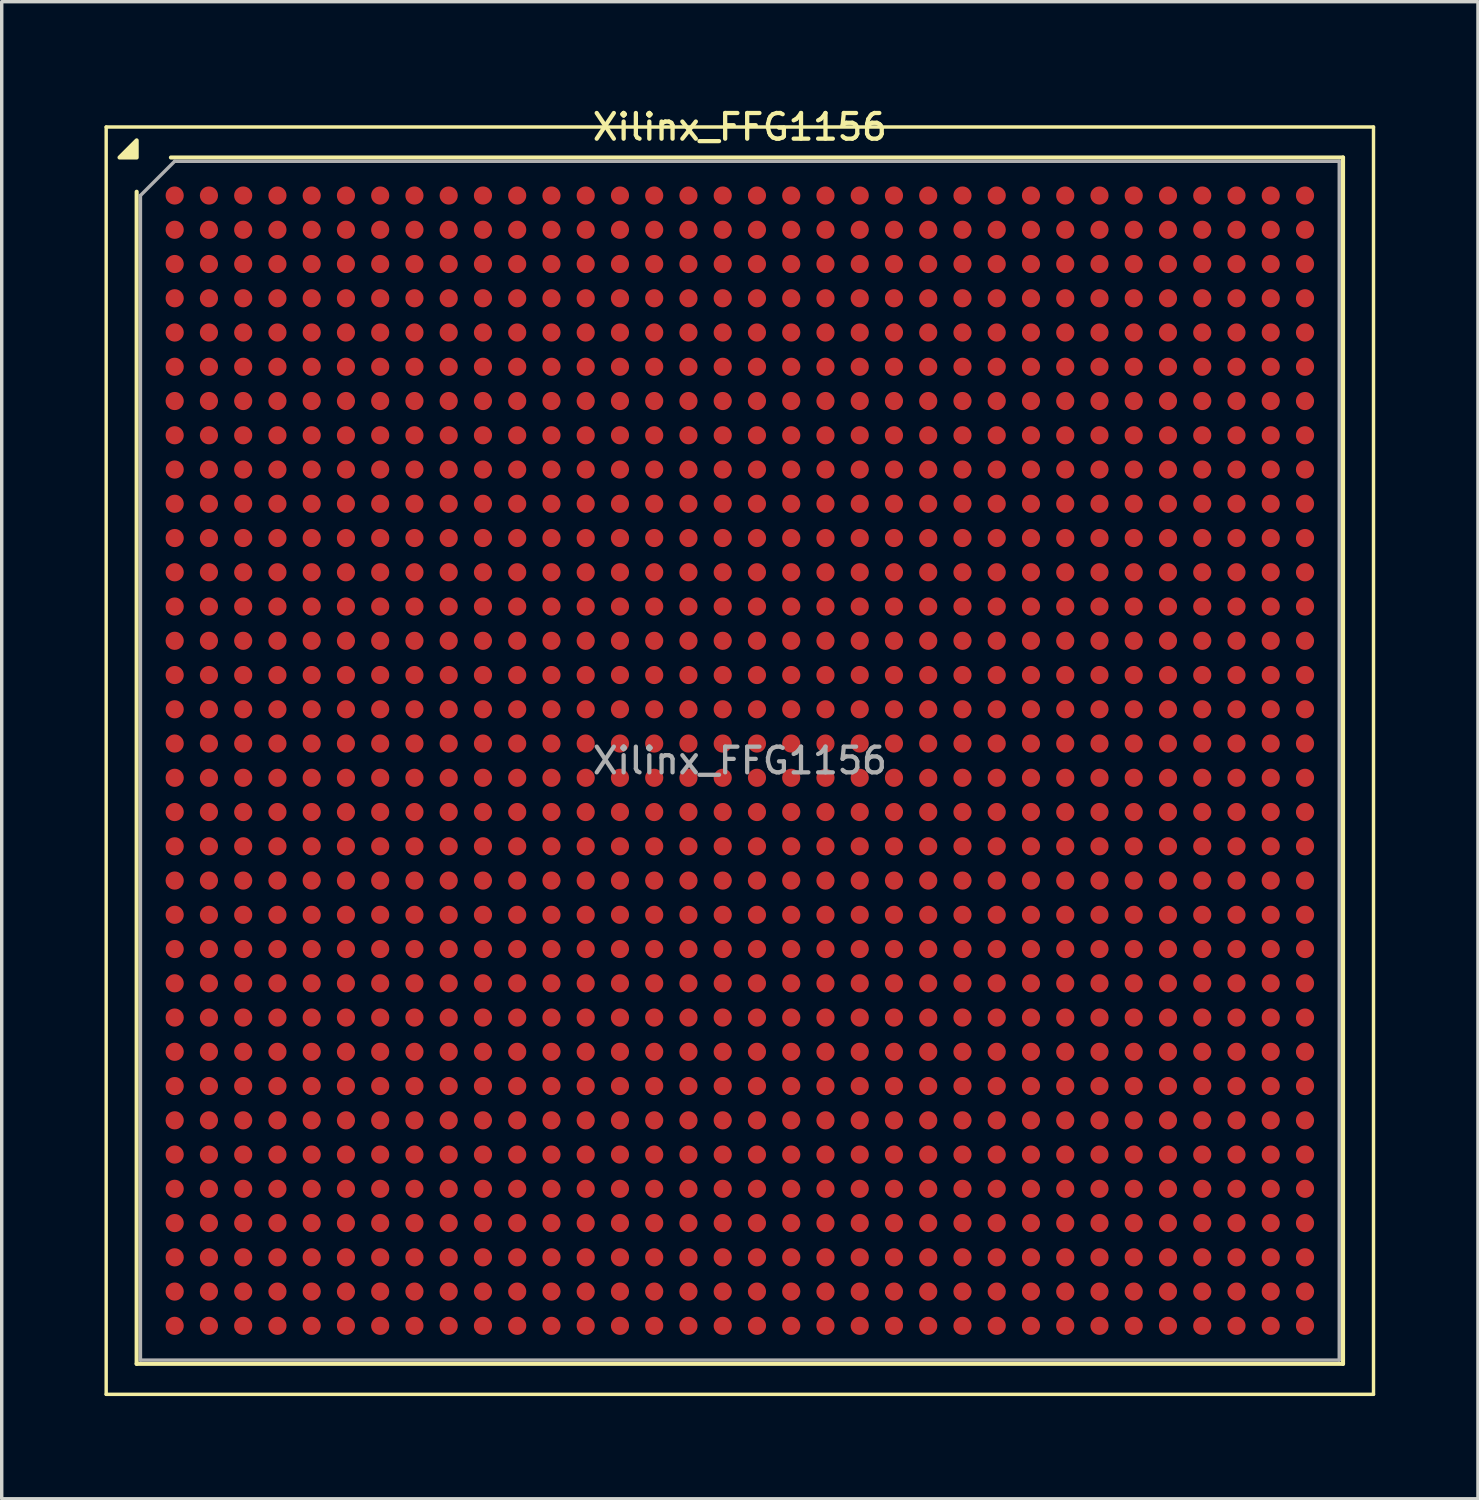
<source format=kicad_pcb>
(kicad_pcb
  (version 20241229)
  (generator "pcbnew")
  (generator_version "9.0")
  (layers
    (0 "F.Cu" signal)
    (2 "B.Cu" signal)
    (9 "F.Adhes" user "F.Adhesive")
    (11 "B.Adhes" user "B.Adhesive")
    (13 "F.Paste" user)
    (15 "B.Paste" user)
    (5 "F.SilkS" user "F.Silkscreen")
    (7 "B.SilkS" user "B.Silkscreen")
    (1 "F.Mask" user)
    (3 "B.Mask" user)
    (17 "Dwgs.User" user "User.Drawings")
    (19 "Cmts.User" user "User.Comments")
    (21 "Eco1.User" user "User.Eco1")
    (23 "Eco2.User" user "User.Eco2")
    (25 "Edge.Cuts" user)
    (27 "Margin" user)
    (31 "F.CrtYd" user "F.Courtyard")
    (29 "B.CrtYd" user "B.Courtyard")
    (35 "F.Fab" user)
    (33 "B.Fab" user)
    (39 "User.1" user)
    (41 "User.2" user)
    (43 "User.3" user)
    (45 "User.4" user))
  (footprint "Xilinx_FFG1156"
    (layer "F.Cu")
    (at 18.55 19.158)
    (property "Reference" "Xilinx_FFG1156" (at 0 -18.5 0) (layer "F.SilkS") (effects (font (size 0.75 0.75) (thickness 0.125))))
    (attr smd)
    (fp_line (start -18.5 -18.5) (end -18.5 18.5) (stroke (width 0.1) (type solid)) (layer "F.SilkS"))
    (fp_line (start -18.5 18.5) (end 18.5 18.5) (stroke (width 0.1) (type solid)) (layer "F.SilkS"))
    (fp_line (start -17.61 17.61) (end -17.61 -16.61) (stroke (width 0.12) (type solid)) (layer "F.SilkS"))
    (fp_line (start -16.61 -17.61) (end 17.61 -17.61) (stroke (width 0.12) (type solid)) (layer "F.SilkS"))
    (fp_line (start 17.61 -17.61) (end 17.61 17.61) (stroke (width 0.12) (type solid)) (layer "F.SilkS"))
    (fp_line (start 17.61 17.61) (end -17.61 17.61) (stroke (width 0.12) (type solid)) (layer "F.SilkS"))
    (fp_line (start 18.5 -18.5) (end -18.5 -18.5) (stroke (width 0.1) (type solid)) (layer "F.SilkS"))
    (fp_line (start 18.5 18.5) (end 18.5 -18.5) (stroke (width 0.1) (type solid)) (layer "F.SilkS"))
    (fp_poly (pts (xy -17.61 -17.61) (xy -18.11 -17.61) (xy -17.61 -18.11) (xy -17.61 -17.61)) (stroke (width 0.12) (type solid)) (fill yes) (layer "F.SilkS"))
    (fp_line (start -17.5 -16.5) (end -16.5 -17.5) (stroke (width 0.1) (type solid)) (layer "F.Fab"))
    (fp_line (start -17.5 17.5) (end -17.5 -16.5) (stroke (width 0.1) (type solid)) (layer "F.Fab"))
    (fp_line (start -16.5 -17.5) (end 17.5 -17.5) (stroke (width 0.1) (type solid)) (layer "F.Fab"))
    (fp_line (start 17.5 -17.5) (end 17.5 17.5) (stroke (width 0.1) (type solid)) (layer "F.Fab"))
    (fp_line (start 17.5 17.5) (end -17.5 17.5) (stroke (width 0.1) (type solid)) (layer "F.Fab"))
    (fp_text user "${REFERENCE}" (at 0 0 0) (layer "F.Fab") (effects (font (size 0.75 0.75) (thickness 0.125))))
    (pad "A1" smd circle (at -16.5 -16.5) (size 0.53 0.53) (property pad_prop_bga) (layers "F.Cu" "F.Mask" "F.Paste"))
    (pad "A2" smd circle (at -15.5 -16.5) (size 0.53 0.53) (property pad_prop_bga) (layers "F.Cu" "F.Mask" "F.Paste"))
    (pad "A3" smd circle (at -14.5 -16.5) (size 0.53 0.53) (property pad_prop_bga) (layers "F.Cu" "F.Mask" "F.Paste"))
    (pad "A4" smd circle (at -13.5 -16.5) (size 0.53 0.53) (property pad_prop_bga) (layers "F.Cu" "F.Mask" "F.Paste"))
    (pad "A5" smd circle (at -12.5 -16.5) (size 0.53 0.53) (property pad_prop_bga) (layers "F.Cu" "F.Mask" "F.Paste"))
    (pad "A6" smd circle (at -11.5 -16.5) (size 0.53 0.53) (property pad_prop_bga) (layers "F.Cu" "F.Mask" "F.Paste"))
    (pad "A7" smd circle (at -10.5 -16.5) (size 0.53 0.53) (property pad_prop_bga) (layers "F.Cu" "F.Mask" "F.Paste"))
    (pad "A8" smd circle (at -9.5 -16.5) (size 0.53 0.53) (property pad_prop_bga) (layers "F.Cu" "F.Mask" "F.Paste"))
    (pad "A9" smd circle (at -8.5 -16.5) (size 0.53 0.53) (property pad_prop_bga) (layers "F.Cu" "F.Mask" "F.Paste"))
    (pad "A10" smd circle (at -7.5 -16.5) (size 0.53 0.53) (property pad_prop_bga) (layers "F.Cu" "F.Mask" "F.Paste"))
    (pad "A11" smd circle (at -6.5 -16.5) (size 0.53 0.53) (property pad_prop_bga) (layers "F.Cu" "F.Mask" "F.Paste"))
    (pad "A12" smd circle (at -5.5 -16.5) (size 0.53 0.53) (property pad_prop_bga) (layers "F.Cu" "F.Mask" "F.Paste"))
    (pad "A13" smd circle (at -4.5 -16.5) (size 0.53 0.53) (property pad_prop_bga) (layers "F.Cu" "F.Mask" "F.Paste"))
    (pad "A14" smd circle (at -3.5 -16.5) (size 0.53 0.53) (property pad_prop_bga) (layers "F.Cu" "F.Mask" "F.Paste"))
    (pad "A15" smd circle (at -2.5 -16.5) (size 0.53 0.53) (property pad_prop_bga) (layers "F.Cu" "F.Mask" "F.Paste"))
    (pad "A16" smd circle (at -1.5 -16.5) (size 0.53 0.53) (property pad_prop_bga) (layers "F.Cu" "F.Mask" "F.Paste"))
    (pad "A17" smd circle (at -0.5 -16.5) (size 0.53 0.53) (property pad_prop_bga) (layers "F.Cu" "F.Mask" "F.Paste"))
    (pad "A18" smd circle (at 0.5 -16.5) (size 0.53 0.53) (property pad_prop_bga) (layers "F.Cu" "F.Mask" "F.Paste"))
    (pad "A19" smd circle (at 1.5 -16.5) (size 0.53 0.53) (property pad_prop_bga) (layers "F.Cu" "F.Mask" "F.Paste"))
    (pad "A20" smd circle (at 2.5 -16.5) (size 0.53 0.53) (property pad_prop_bga) (layers "F.Cu" "F.Mask" "F.Paste"))
    (pad "A21" smd circle (at 3.5 -16.5) (size 0.53 0.53) (property pad_prop_bga) (layers "F.Cu" "F.Mask" "F.Paste"))
    (pad "A22" smd circle (at 4.5 -16.5) (size 0.53 0.53) (property pad_prop_bga) (layers "F.Cu" "F.Mask" "F.Paste"))
    (pad "A23" smd circle (at 5.5 -16.5) (size 0.53 0.53) (property pad_prop_bga) (layers "F.Cu" "F.Mask" "F.Paste"))
    (pad "A24" smd circle (at 6.5 -16.5) (size 0.53 0.53) (property pad_prop_bga) (layers "F.Cu" "F.Mask" "F.Paste"))
    (pad "A25" smd circle (at 7.5 -16.5) (size 0.53 0.53) (property pad_prop_bga) (layers "F.Cu" "F.Mask" "F.Paste"))
    (pad "A26" smd circle (at 8.5 -16.5) (size 0.53 0.53) (property pad_prop_bga) (layers "F.Cu" "F.Mask" "F.Paste"))
    (pad "A27" smd circle (at 9.5 -16.5) (size 0.53 0.53) (property pad_prop_bga) (layers "F.Cu" "F.Mask" "F.Paste"))
    (pad "A28" smd circle (at 10.5 -16.5) (size 0.53 0.53) (property pad_prop_bga) (layers "F.Cu" "F.Mask" "F.Paste"))
    (pad "A29" smd circle (at 11.5 -16.5) (size 0.53 0.53) (property pad_prop_bga) (layers "F.Cu" "F.Mask" "F.Paste"))
    (pad "A30" smd circle (at 12.5 -16.5) (size 0.53 0.53) (property pad_prop_bga) (layers "F.Cu" "F.Mask" "F.Paste"))
    (pad "A31" smd circle (at 13.5 -16.5) (size 0.53 0.53) (property pad_prop_bga) (layers "F.Cu" "F.Mask" "F.Paste"))
    (pad "A32" smd circle (at 14.5 -16.5) (size 0.53 0.53) (property pad_prop_bga) (layers "F.Cu" "F.Mask" "F.Paste"))
    (pad "A33" smd circle (at 15.5 -16.5) (size 0.53 0.53) (property pad_prop_bga) (layers "F.Cu" "F.Mask" "F.Paste"))
    (pad "A34" smd circle (at 16.5 -16.5) (size 0.53 0.53) (property pad_prop_bga) (layers "F.Cu" "F.Mask" "F.Paste"))
    (pad "AA1" smd circle (at -16.5 3.5) (size 0.53 0.53) (property pad_prop_bga) (layers "F.Cu" "F.Mask" "F.Paste"))
    (pad "AA2" smd circle (at -15.5 3.5) (size 0.53 0.53) (property pad_prop_bga) (layers "F.Cu" "F.Mask" "F.Paste"))
    (pad "AA3" smd circle (at -14.5 3.5) (size 0.53 0.53) (property pad_prop_bga) (layers "F.Cu" "F.Mask" "F.Paste"))
    (pad "AA4" smd circle (at -13.5 3.5) (size 0.53 0.53) (property pad_prop_bga) (layers "F.Cu" "F.Mask" "F.Paste"))
    (pad "AA5" smd circle (at -12.5 3.5) (size 0.53 0.53) (property pad_prop_bga) (layers "F.Cu" "F.Mask" "F.Paste"))
    (pad "AA6" smd circle (at -11.5 3.5) (size 0.53 0.53) (property pad_prop_bga) (layers "F.Cu" "F.Mask" "F.Paste"))
    (pad "AA7" smd circle (at -10.5 3.5) (size 0.53 0.53) (property pad_prop_bga) (layers "F.Cu" "F.Mask" "F.Paste"))
    (pad "AA8" smd circle (at -9.5 3.5) (size 0.53 0.53) (property pad_prop_bga) (layers "F.Cu" "F.Mask" "F.Paste"))
    (pad "AA9" smd circle (at -8.5 3.5) (size 0.53 0.53) (property pad_prop_bga) (layers "F.Cu" "F.Mask" "F.Paste"))
    (pad "AA10" smd circle (at -7.5 3.5) (size 0.53 0.53) (property pad_prop_bga) (layers "F.Cu" "F.Mask" "F.Paste"))
    (pad "AA11" smd circle (at -6.5 3.5) (size 0.53 0.53) (property pad_prop_bga) (layers "F.Cu" "F.Mask" "F.Paste"))
    (pad "AA12" smd circle (at -5.5 3.5) (size 0.53 0.53) (property pad_prop_bga) (layers "F.Cu" "F.Mask" "F.Paste"))
    (pad "AA13" smd circle (at -4.5 3.5) (size 0.53 0.53) (property pad_prop_bga) (layers "F.Cu" "F.Mask" "F.Paste"))
    (pad "AA14" smd circle (at -3.5 3.5) (size 0.53 0.53) (property pad_prop_bga) (layers "F.Cu" "F.Mask" "F.Paste"))
    (pad "AA15" smd circle (at -2.5 3.5) (size 0.53 0.53) (property pad_prop_bga) (layers "F.Cu" "F.Mask" "F.Paste"))
    (pad "AA16" smd circle (at -1.5 3.5) (size 0.53 0.53) (property pad_prop_bga) (layers "F.Cu" "F.Mask" "F.Paste"))
    (pad "AA17" smd circle (at -0.5 3.5) (size 0.53 0.53) (property pad_prop_bga) (layers "F.Cu" "F.Mask" "F.Paste"))
    (pad "AA18" smd circle (at 0.5 3.5) (size 0.53 0.53) (property pad_prop_bga) (layers "F.Cu" "F.Mask" "F.Paste"))
    (pad "AA19" smd circle (at 1.5 3.5) (size 0.53 0.53) (property pad_prop_bga) (layers "F.Cu" "F.Mask" "F.Paste"))
    (pad "AA20" smd circle (at 2.5 3.5) (size 0.53 0.53) (property pad_prop_bga) (layers "F.Cu" "F.Mask" "F.Paste"))
    (pad "AA21" smd circle (at 3.5 3.5) (size 0.53 0.53) (property pad_prop_bga) (layers "F.Cu" "F.Mask" "F.Paste"))
    (pad "AA22" smd circle (at 4.5 3.5) (size 0.53 0.53) (property pad_prop_bga) (layers "F.Cu" "F.Mask" "F.Paste"))
    (pad "AA23" smd circle (at 5.5 3.5) (size 0.53 0.53) (property pad_prop_bga) (layers "F.Cu" "F.Mask" "F.Paste"))
    (pad "AA24" smd circle (at 6.5 3.5) (size 0.53 0.53) (property pad_prop_bga) (layers "F.Cu" "F.Mask" "F.Paste"))
    (pad "AA25" smd circle (at 7.5 3.5) (size 0.53 0.53) (property pad_prop_bga) (layers "F.Cu" "F.Mask" "F.Paste"))
    (pad "AA26" smd circle (at 8.5 3.5) (size 0.53 0.53) (property pad_prop_bga) (layers "F.Cu" "F.Mask" "F.Paste"))
    (pad "AA27" smd circle (at 9.5 3.5) (size 0.53 0.53) (property pad_prop_bga) (layers "F.Cu" "F.Mask" "F.Paste"))
    (pad "AA28" smd circle (at 10.5 3.5) (size 0.53 0.53) (property pad_prop_bga) (layers "F.Cu" "F.Mask" "F.Paste"))
    (pad "AA29" smd circle (at 11.5 3.5) (size 0.53 0.53) (property pad_prop_bga) (layers "F.Cu" "F.Mask" "F.Paste"))
    (pad "AA30" smd circle (at 12.5 3.5) (size 0.53 0.53) (property pad_prop_bga) (layers "F.Cu" "F.Mask" "F.Paste"))
    (pad "AA31" smd circle (at 13.5 3.5) (size 0.53 0.53) (property pad_prop_bga) (layers "F.Cu" "F.Mask" "F.Paste"))
    (pad "AA32" smd circle (at 14.5 3.5) (size 0.53 0.53) (property pad_prop_bga) (layers "F.Cu" "F.Mask" "F.Paste"))
    (pad "AA33" smd circle (at 15.5 3.5) (size 0.53 0.53) (property pad_prop_bga) (layers "F.Cu" "F.Mask" "F.Paste"))
    (pad "AA34" smd circle (at 16.5 3.5) (size 0.53 0.53) (property pad_prop_bga) (layers "F.Cu" "F.Mask" "F.Paste"))
    (pad "AB1" smd circle (at -16.5 4.5) (size 0.53 0.53) (property pad_prop_bga) (layers "F.Cu" "F.Mask" "F.Paste"))
    (pad "AB2" smd circle (at -15.5 4.5) (size 0.53 0.53) (property pad_prop_bga) (layers "F.Cu" "F.Mask" "F.Paste"))
    (pad "AB3" smd circle (at -14.5 4.5) (size 0.53 0.53) (property pad_prop_bga) (layers "F.Cu" "F.Mask" "F.Paste"))
    (pad "AB4" smd circle (at -13.5 4.5) (size 0.53 0.53) (property pad_prop_bga) (layers "F.Cu" "F.Mask" "F.Paste"))
    (pad "AB5" smd circle (at -12.5 4.5) (size 0.53 0.53) (property pad_prop_bga) (layers "F.Cu" "F.Mask" "F.Paste"))
    (pad "AB6" smd circle (at -11.5 4.5) (size 0.53 0.53) (property pad_prop_bga) (layers "F.Cu" "F.Mask" "F.Paste"))
    (pad "AB7" smd circle (at -10.5 4.5) (size 0.53 0.53) (property pad_prop_bga) (layers "F.Cu" "F.Mask" "F.Paste"))
    (pad "AB8" smd circle (at -9.5 4.5) (size 0.53 0.53) (property pad_prop_bga) (layers "F.Cu" "F.Mask" "F.Paste"))
    (pad "AB9" smd circle (at -8.5 4.5) (size 0.53 0.53) (property pad_prop_bga) (layers "F.Cu" "F.Mask" "F.Paste"))
    (pad "AB10" smd circle (at -7.5 4.5) (size 0.53 0.53) (property pad_prop_bga) (layers "F.Cu" "F.Mask" "F.Paste"))
    (pad "AB11" smd circle (at -6.5 4.5) (size 0.53 0.53) (property pad_prop_bga) (layers "F.Cu" "F.Mask" "F.Paste"))
    (pad "AB12" smd circle (at -5.5 4.5) (size 0.53 0.53) (property pad_prop_bga) (layers "F.Cu" "F.Mask" "F.Paste"))
    (pad "AB13" smd circle (at -4.5 4.5) (size 0.53 0.53) (property pad_prop_bga) (layers "F.Cu" "F.Mask" "F.Paste"))
    (pad "AB14" smd circle (at -3.5 4.5) (size 0.53 0.53) (property pad_prop_bga) (layers "F.Cu" "F.Mask" "F.Paste"))
    (pad "AB15" smd circle (at -2.5 4.5) (size 0.53 0.53) (property pad_prop_bga) (layers "F.Cu" "F.Mask" "F.Paste"))
    (pad "AB16" smd circle (at -1.5 4.5) (size 0.53 0.53) (property pad_prop_bga) (layers "F.Cu" "F.Mask" "F.Paste"))
    (pad "AB17" smd circle (at -0.5 4.5) (size 0.53 0.53) (property pad_prop_bga) (layers "F.Cu" "F.Mask" "F.Paste"))
    (pad "AB18" smd circle (at 0.5 4.5) (size 0.53 0.53) (property pad_prop_bga) (layers "F.Cu" "F.Mask" "F.Paste"))
    (pad "AB19" smd circle (at 1.5 4.5) (size 0.53 0.53) (property pad_prop_bga) (layers "F.Cu" "F.Mask" "F.Paste"))
    (pad "AB20" smd circle (at 2.5 4.5) (size 0.53 0.53) (property pad_prop_bga) (layers "F.Cu" "F.Mask" "F.Paste"))
    (pad "AB21" smd circle (at 3.5 4.5) (size 0.53 0.53) (property pad_prop_bga) (layers "F.Cu" "F.Mask" "F.Paste"))
    (pad "AB22" smd circle (at 4.5 4.5) (size 0.53 0.53) (property pad_prop_bga) (layers "F.Cu" "F.Mask" "F.Paste"))
    (pad "AB23" smd circle (at 5.5 4.5) (size 0.53 0.53) (property pad_prop_bga) (layers "F.Cu" "F.Mask" "F.Paste"))
    (pad "AB24" smd circle (at 6.5 4.5) (size 0.53 0.53) (property pad_prop_bga) (layers "F.Cu" "F.Mask" "F.Paste"))
    (pad "AB25" smd circle (at 7.5 4.5) (size 0.53 0.53) (property pad_prop_bga) (layers "F.Cu" "F.Mask" "F.Paste"))
    (pad "AB26" smd circle (at 8.5 4.5) (size 0.53 0.53) (property pad_prop_bga) (layers "F.Cu" "F.Mask" "F.Paste"))
    (pad "AB27" smd circle (at 9.5 4.5) (size 0.53 0.53) (property pad_prop_bga) (layers "F.Cu" "F.Mask" "F.Paste"))
    (pad "AB28" smd circle (at 10.5 4.5) (size 0.53 0.53) (property pad_prop_bga) (layers "F.Cu" "F.Mask" "F.Paste"))
    (pad "AB29" smd circle (at 11.5 4.5) (size 0.53 0.53) (property pad_prop_bga) (layers "F.Cu" "F.Mask" "F.Paste"))
    (pad "AB30" smd circle (at 12.5 4.5) (size 0.53 0.53) (property pad_prop_bga) (layers "F.Cu" "F.Mask" "F.Paste"))
    (pad "AB31" smd circle (at 13.5 4.5) (size 0.53 0.53) (property pad_prop_bga) (layers "F.Cu" "F.Mask" "F.Paste"))
    (pad "AB32" smd circle (at 14.5 4.5) (size 0.53 0.53) (property pad_prop_bga) (layers "F.Cu" "F.Mask" "F.Paste"))
    (pad "AB33" smd circle (at 15.5 4.5) (size 0.53 0.53) (property pad_prop_bga) (layers "F.Cu" "F.Mask" "F.Paste"))
    (pad "AB34" smd circle (at 16.5 4.5) (size 0.53 0.53) (property pad_prop_bga) (layers "F.Cu" "F.Mask" "F.Paste"))
    (pad "AC1" smd circle (at -16.5 5.5) (size 0.53 0.53) (property pad_prop_bga) (layers "F.Cu" "F.Mask" "F.Paste"))
    (pad "AC2" smd circle (at -15.5 5.5) (size 0.53 0.53) (property pad_prop_bga) (layers "F.Cu" "F.Mask" "F.Paste"))
    (pad "AC3" smd circle (at -14.5 5.5) (size 0.53 0.53) (property pad_prop_bga) (layers "F.Cu" "F.Mask" "F.Paste"))
    (pad "AC4" smd circle (at -13.5 5.5) (size 0.53 0.53) (property pad_prop_bga) (layers "F.Cu" "F.Mask" "F.Paste"))
    (pad "AC5" smd circle (at -12.5 5.5) (size 0.53 0.53) (property pad_prop_bga) (layers "F.Cu" "F.Mask" "F.Paste"))
    (pad "AC6" smd circle (at -11.5 5.5) (size 0.53 0.53) (property pad_prop_bga) (layers "F.Cu" "F.Mask" "F.Paste"))
    (pad "AC7" smd circle (at -10.5 5.5) (size 0.53 0.53) (property pad_prop_bga) (layers "F.Cu" "F.Mask" "F.Paste"))
    (pad "AC8" smd circle (at -9.5 5.5) (size 0.53 0.53) (property pad_prop_bga) (layers "F.Cu" "F.Mask" "F.Paste"))
    (pad "AC9" smd circle (at -8.5 5.5) (size 0.53 0.53) (property pad_prop_bga) (layers "F.Cu" "F.Mask" "F.Paste"))
    (pad "AC10" smd circle (at -7.5 5.5) (size 0.53 0.53) (property pad_prop_bga) (layers "F.Cu" "F.Mask" "F.Paste"))
    (pad "AC11" smd circle (at -6.5 5.5) (size 0.53 0.53) (property pad_prop_bga) (layers "F.Cu" "F.Mask" "F.Paste"))
    (pad "AC12" smd circle (at -5.5 5.5) (size 0.53 0.53) (property pad_prop_bga) (layers "F.Cu" "F.Mask" "F.Paste"))
    (pad "AC13" smd circle (at -4.5 5.5) (size 0.53 0.53) (property pad_prop_bga) (layers "F.Cu" "F.Mask" "F.Paste"))
    (pad "AC14" smd circle (at -3.5 5.5) (size 0.53 0.53) (property pad_prop_bga) (layers "F.Cu" "F.Mask" "F.Paste"))
    (pad "AC15" smd circle (at -2.5 5.5) (size 0.53 0.53) (property pad_prop_bga) (layers "F.Cu" "F.Mask" "F.Paste"))
    (pad "AC16" smd circle (at -1.5 5.5) (size 0.53 0.53) (property pad_prop_bga) (layers "F.Cu" "F.Mask" "F.Paste"))
    (pad "AC17" smd circle (at -0.5 5.5) (size 0.53 0.53) (property pad_prop_bga) (layers "F.Cu" "F.Mask" "F.Paste"))
    (pad "AC18" smd circle (at 0.5 5.5) (size 0.53 0.53) (property pad_prop_bga) (layers "F.Cu" "F.Mask" "F.Paste"))
    (pad "AC19" smd circle (at 1.5 5.5) (size 0.53 0.53) (property pad_prop_bga) (layers "F.Cu" "F.Mask" "F.Paste"))
    (pad "AC20" smd circle (at 2.5 5.5) (size 0.53 0.53) (property pad_prop_bga) (layers "F.Cu" "F.Mask" "F.Paste"))
    (pad "AC21" smd circle (at 3.5 5.5) (size 0.53 0.53) (property pad_prop_bga) (layers "F.Cu" "F.Mask" "F.Paste"))
    (pad "AC22" smd circle (at 4.5 5.5) (size 0.53 0.53) (property pad_prop_bga) (layers "F.Cu" "F.Mask" "F.Paste"))
    (pad "AC23" smd circle (at 5.5 5.5) (size 0.53 0.53) (property pad_prop_bga) (layers "F.Cu" "F.Mask" "F.Paste"))
    (pad "AC24" smd circle (at 6.5 5.5) (size 0.53 0.53) (property pad_prop_bga) (layers "F.Cu" "F.Mask" "F.Paste"))
    (pad "AC25" smd circle (at 7.5 5.5) (size 0.53 0.53) (property pad_prop_bga) (layers "F.Cu" "F.Mask" "F.Paste"))
    (pad "AC26" smd circle (at 8.5 5.5) (size 0.53 0.53) (property pad_prop_bga) (layers "F.Cu" "F.Mask" "F.Paste"))
    (pad "AC27" smd circle (at 9.5 5.5) (size 0.53 0.53) (property pad_prop_bga) (layers "F.Cu" "F.Mask" "F.Paste"))
    (pad "AC28" smd circle (at 10.5 5.5) (size 0.53 0.53) (property pad_prop_bga) (layers "F.Cu" "F.Mask" "F.Paste"))
    (pad "AC29" smd circle (at 11.5 5.5) (size 0.53 0.53) (property pad_prop_bga) (layers "F.Cu" "F.Mask" "F.Paste"))
    (pad "AC30" smd circle (at 12.5 5.5) (size 0.53 0.53) (property pad_prop_bga) (layers "F.Cu" "F.Mask" "F.Paste"))
    (pad "AC31" smd circle (at 13.5 5.5) (size 0.53 0.53) (property pad_prop_bga) (layers "F.Cu" "F.Mask" "F.Paste"))
    (pad "AC32" smd circle (at 14.5 5.5) (size 0.53 0.53) (property pad_prop_bga) (layers "F.Cu" "F.Mask" "F.Paste"))
    (pad "AC33" smd circle (at 15.5 5.5) (size 0.53 0.53) (property pad_prop_bga) (layers "F.Cu" "F.Mask" "F.Paste"))
    (pad "AC34" smd circle (at 16.5 5.5) (size 0.53 0.53) (property pad_prop_bga) (layers "F.Cu" "F.Mask" "F.Paste"))
    (pad "AD1" smd circle (at -16.5 6.5) (size 0.53 0.53) (property pad_prop_bga) (layers "F.Cu" "F.Mask" "F.Paste"))
    (pad "AD2" smd circle (at -15.5 6.5) (size 0.53 0.53) (property pad_prop_bga) (layers "F.Cu" "F.Mask" "F.Paste"))
    (pad "AD3" smd circle (at -14.5 6.5) (size 0.53 0.53) (property pad_prop_bga) (layers "F.Cu" "F.Mask" "F.Paste"))
    (pad "AD4" smd circle (at -13.5 6.5) (size 0.53 0.53) (property pad_prop_bga) (layers "F.Cu" "F.Mask" "F.Paste"))
    (pad "AD5" smd circle (at -12.5 6.5) (size 0.53 0.53) (property pad_prop_bga) (layers "F.Cu" "F.Mask" "F.Paste"))
    (pad "AD6" smd circle (at -11.5 6.5) (size 0.53 0.53) (property pad_prop_bga) (layers "F.Cu" "F.Mask" "F.Paste"))
    (pad "AD7" smd circle (at -10.5 6.5) (size 0.53 0.53) (property pad_prop_bga) (layers "F.Cu" "F.Mask" "F.Paste"))
    (pad "AD8" smd circle (at -9.5 6.5) (size 0.53 0.53) (property pad_prop_bga) (layers "F.Cu" "F.Mask" "F.Paste"))
    (pad "AD9" smd circle (at -8.5 6.5) (size 0.53 0.53) (property pad_prop_bga) (layers "F.Cu" "F.Mask" "F.Paste"))
    (pad "AD10" smd circle (at -7.5 6.5) (size 0.53 0.53) (property pad_prop_bga) (layers "F.Cu" "F.Mask" "F.Paste"))
    (pad "AD11" smd circle (at -6.5 6.5) (size 0.53 0.53) (property pad_prop_bga) (layers "F.Cu" "F.Mask" "F.Paste"))
    (pad "AD12" smd circle (at -5.5 6.5) (size 0.53 0.53) (property pad_prop_bga) (layers "F.Cu" "F.Mask" "F.Paste"))
    (pad "AD13" smd circle (at -4.5 6.5) (size 0.53 0.53) (property pad_prop_bga) (layers "F.Cu" "F.Mask" "F.Paste"))
    (pad "AD14" smd circle (at -3.5 6.5) (size 0.53 0.53) (property pad_prop_bga) (layers "F.Cu" "F.Mask" "F.Paste"))
    (pad "AD15" smd circle (at -2.5 6.5) (size 0.53 0.53) (property pad_prop_bga) (layers "F.Cu" "F.Mask" "F.Paste"))
    (pad "AD16" smd circle (at -1.5 6.5) (size 0.53 0.53) (property pad_prop_bga) (layers "F.Cu" "F.Mask" "F.Paste"))
    (pad "AD17" smd circle (at -0.5 6.5) (size 0.53 0.53) (property pad_prop_bga) (layers "F.Cu" "F.Mask" "F.Paste"))
    (pad "AD18" smd circle (at 0.5 6.5) (size 0.53 0.53) (property pad_prop_bga) (layers "F.Cu" "F.Mask" "F.Paste"))
    (pad "AD19" smd circle (at 1.5 6.5) (size 0.53 0.53) (property pad_prop_bga) (layers "F.Cu" "F.Mask" "F.Paste"))
    (pad "AD20" smd circle (at 2.5 6.5) (size 0.53 0.53) (property pad_prop_bga) (layers "F.Cu" "F.Mask" "F.Paste"))
    (pad "AD21" smd circle (at 3.5 6.5) (size 0.53 0.53) (property pad_prop_bga) (layers "F.Cu" "F.Mask" "F.Paste"))
    (pad "AD22" smd circle (at 4.5 6.5) (size 0.53 0.53) (property pad_prop_bga) (layers "F.Cu" "F.Mask" "F.Paste"))
    (pad "AD23" smd circle (at 5.5 6.5) (size 0.53 0.53) (property pad_prop_bga) (layers "F.Cu" "F.Mask" "F.Paste"))
    (pad "AD24" smd circle (at 6.5 6.5) (size 0.53 0.53) (property pad_prop_bga) (layers "F.Cu" "F.Mask" "F.Paste"))
    (pad "AD25" smd circle (at 7.5 6.5) (size 0.53 0.53) (property pad_prop_bga) (layers "F.Cu" "F.Mask" "F.Paste"))
    (pad "AD26" smd circle (at 8.5 6.5) (size 0.53 0.53) (property pad_prop_bga) (layers "F.Cu" "F.Mask" "F.Paste"))
    (pad "AD27" smd circle (at 9.5 6.5) (size 0.53 0.53) (property pad_prop_bga) (layers "F.Cu" "F.Mask" "F.Paste"))
    (pad "AD28" smd circle (at 10.5 6.5) (size 0.53 0.53) (property pad_prop_bga) (layers "F.Cu" "F.Mask" "F.Paste"))
    (pad "AD29" smd circle (at 11.5 6.5) (size 0.53 0.53) (property pad_prop_bga) (layers "F.Cu" "F.Mask" "F.Paste"))
    (pad "AD30" smd circle (at 12.5 6.5) (size 0.53 0.53) (property pad_prop_bga) (layers "F.Cu" "F.Mask" "F.Paste"))
    (pad "AD31" smd circle (at 13.5 6.5) (size 0.53 0.53) (property pad_prop_bga) (layers "F.Cu" "F.Mask" "F.Paste"))
    (pad "AD32" smd circle (at 14.5 6.5) (size 0.53 0.53) (property pad_prop_bga) (layers "F.Cu" "F.Mask" "F.Paste"))
    (pad "AD33" smd circle (at 15.5 6.5) (size 0.53 0.53) (property pad_prop_bga) (layers "F.Cu" "F.Mask" "F.Paste"))
    (pad "AD34" smd circle (at 16.5 6.5) (size 0.53 0.53) (property pad_prop_bga) (layers "F.Cu" "F.Mask" "F.Paste"))
    (pad "AE1" smd circle (at -16.5 7.5) (size 0.53 0.53) (property pad_prop_bga) (layers "F.Cu" "F.Mask" "F.Paste"))
    (pad "AE2" smd circle (at -15.5 7.5) (size 0.53 0.53) (property pad_prop_bga) (layers "F.Cu" "F.Mask" "F.Paste"))
    (pad "AE3" smd circle (at -14.5 7.5) (size 0.53 0.53) (property pad_prop_bga) (layers "F.Cu" "F.Mask" "F.Paste"))
    (pad "AE4" smd circle (at -13.5 7.5) (size 0.53 0.53) (property pad_prop_bga) (layers "F.Cu" "F.Mask" "F.Paste"))
    (pad "AE5" smd circle (at -12.5 7.5) (size 0.53 0.53) (property pad_prop_bga) (layers "F.Cu" "F.Mask" "F.Paste"))
    (pad "AE6" smd circle (at -11.5 7.5) (size 0.53 0.53) (property pad_prop_bga) (layers "F.Cu" "F.Mask" "F.Paste"))
    (pad "AE7" smd circle (at -10.5 7.5) (size 0.53 0.53) (property pad_prop_bga) (layers "F.Cu" "F.Mask" "F.Paste"))
    (pad "AE8" smd circle (at -9.5 7.5) (size 0.53 0.53) (property pad_prop_bga) (layers "F.Cu" "F.Mask" "F.Paste"))
    (pad "AE9" smd circle (at -8.5 7.5) (size 0.53 0.53) (property pad_prop_bga) (layers "F.Cu" "F.Mask" "F.Paste"))
    (pad "AE10" smd circle (at -7.5 7.5) (size 0.53 0.53) (property pad_prop_bga) (layers "F.Cu" "F.Mask" "F.Paste"))
    (pad "AE11" smd circle (at -6.5 7.5) (size 0.53 0.53) (property pad_prop_bga) (layers "F.Cu" "F.Mask" "F.Paste"))
    (pad "AE12" smd circle (at -5.5 7.5) (size 0.53 0.53) (property pad_prop_bga) (layers "F.Cu" "F.Mask" "F.Paste"))
    (pad "AE13" smd circle (at -4.5 7.5) (size 0.53 0.53) (property pad_prop_bga) (layers "F.Cu" "F.Mask" "F.Paste"))
    (pad "AE14" smd circle (at -3.5 7.5) (size 0.53 0.53) (property pad_prop_bga) (layers "F.Cu" "F.Mask" "F.Paste"))
    (pad "AE15" smd circle (at -2.5 7.5) (size 0.53 0.53) (property pad_prop_bga) (layers "F.Cu" "F.Mask" "F.Paste"))
    (pad "AE16" smd circle (at -1.5 7.5) (size 0.53 0.53) (property pad_prop_bga) (layers "F.Cu" "F.Mask" "F.Paste"))
    (pad "AE17" smd circle (at -0.5 7.5) (size 0.53 0.53) (property pad_prop_bga) (layers "F.Cu" "F.Mask" "F.Paste"))
    (pad "AE18" smd circle (at 0.5 7.5) (size 0.53 0.53) (property pad_prop_bga) (layers "F.Cu" "F.Mask" "F.Paste"))
    (pad "AE19" smd circle (at 1.5 7.5) (size 0.53 0.53) (property pad_prop_bga) (layers "F.Cu" "F.Mask" "F.Paste"))
    (pad "AE20" smd circle (at 2.5 7.5) (size 0.53 0.53) (property pad_prop_bga) (layers "F.Cu" "F.Mask" "F.Paste"))
    (pad "AE21" smd circle (at 3.5 7.5) (size 0.53 0.53) (property pad_prop_bga) (layers "F.Cu" "F.Mask" "F.Paste"))
    (pad "AE22" smd circle (at 4.5 7.5) (size 0.53 0.53) (property pad_prop_bga) (layers "F.Cu" "F.Mask" "F.Paste"))
    (pad "AE23" smd circle (at 5.5 7.5) (size 0.53 0.53) (property pad_prop_bga) (layers "F.Cu" "F.Mask" "F.Paste"))
    (pad "AE24" smd circle (at 6.5 7.5) (size 0.53 0.53) (property pad_prop_bga) (layers "F.Cu" "F.Mask" "F.Paste"))
    (pad "AE25" smd circle (at 7.5 7.5) (size 0.53 0.53) (property pad_prop_bga) (layers "F.Cu" "F.Mask" "F.Paste"))
    (pad "AE26" smd circle (at 8.5 7.5) (size 0.53 0.53) (property pad_prop_bga) (layers "F.Cu" "F.Mask" "F.Paste"))
    (pad "AE27" smd circle (at 9.5 7.5) (size 0.53 0.53) (property pad_prop_bga) (layers "F.Cu" "F.Mask" "F.Paste"))
    (pad "AE28" smd circle (at 10.5 7.5) (size 0.53 0.53) (property pad_prop_bga) (layers "F.Cu" "F.Mask" "F.Paste"))
    (pad "AE29" smd circle (at 11.5 7.5) (size 0.53 0.53) (property pad_prop_bga) (layers "F.Cu" "F.Mask" "F.Paste"))
    (pad "AE30" smd circle (at 12.5 7.5) (size 0.53 0.53) (property pad_prop_bga) (layers "F.Cu" "F.Mask" "F.Paste"))
    (pad "AE31" smd circle (at 13.5 7.5) (size 0.53 0.53) (property pad_prop_bga) (layers "F.Cu" "F.Mask" "F.Paste"))
    (pad "AE32" smd circle (at 14.5 7.5) (size 0.53 0.53) (property pad_prop_bga) (layers "F.Cu" "F.Mask" "F.Paste"))
    (pad "AE33" smd circle (at 15.5 7.5) (size 0.53 0.53) (property pad_prop_bga) (layers "F.Cu" "F.Mask" "F.Paste"))
    (pad "AE34" smd circle (at 16.5 7.5) (size 0.53 0.53) (property pad_prop_bga) (layers "F.Cu" "F.Mask" "F.Paste"))
    (pad "AF1" smd circle (at -16.5 8.5) (size 0.53 0.53) (property pad_prop_bga) (layers "F.Cu" "F.Mask" "F.Paste"))
    (pad "AF2" smd circle (at -15.5 8.5) (size 0.53 0.53) (property pad_prop_bga) (layers "F.Cu" "F.Mask" "F.Paste"))
    (pad "AF3" smd circle (at -14.5 8.5) (size 0.53 0.53) (property pad_prop_bga) (layers "F.Cu" "F.Mask" "F.Paste"))
    (pad "AF4" smd circle (at -13.5 8.5) (size 0.53 0.53) (property pad_prop_bga) (layers "F.Cu" "F.Mask" "F.Paste"))
    (pad "AF5" smd circle (at -12.5 8.5) (size 0.53 0.53) (property pad_prop_bga) (layers "F.Cu" "F.Mask" "F.Paste"))
    (pad "AF6" smd circle (at -11.5 8.5) (size 0.53 0.53) (property pad_prop_bga) (layers "F.Cu" "F.Mask" "F.Paste"))
    (pad "AF7" smd circle (at -10.5 8.5) (size 0.53 0.53) (property pad_prop_bga) (layers "F.Cu" "F.Mask" "F.Paste"))
    (pad "AF8" smd circle (at -9.5 8.5) (size 0.53 0.53) (property pad_prop_bga) (layers "F.Cu" "F.Mask" "F.Paste"))
    (pad "AF9" smd circle (at -8.5 8.5) (size 0.53 0.53) (property pad_prop_bga) (layers "F.Cu" "F.Mask" "F.Paste"))
    (pad "AF10" smd circle (at -7.5 8.5) (size 0.53 0.53) (property pad_prop_bga) (layers "F.Cu" "F.Mask" "F.Paste"))
    (pad "AF11" smd circle (at -6.5 8.5) (size 0.53 0.53) (property pad_prop_bga) (layers "F.Cu" "F.Mask" "F.Paste"))
    (pad "AF12" smd circle (at -5.5 8.5) (size 0.53 0.53) (property pad_prop_bga) (layers "F.Cu" "F.Mask" "F.Paste"))
    (pad "AF13" smd circle (at -4.5 8.5) (size 0.53 0.53) (property pad_prop_bga) (layers "F.Cu" "F.Mask" "F.Paste"))
    (pad "AF14" smd circle (at -3.5 8.5) (size 0.53 0.53) (property pad_prop_bga) (layers "F.Cu" "F.Mask" "F.Paste"))
    (pad "AF15" smd circle (at -2.5 8.5) (size 0.53 0.53) (property pad_prop_bga) (layers "F.Cu" "F.Mask" "F.Paste"))
    (pad "AF16" smd circle (at -1.5 8.5) (size 0.53 0.53) (property pad_prop_bga) (layers "F.Cu" "F.Mask" "F.Paste"))
    (pad "AF17" smd circle (at -0.5 8.5) (size 0.53 0.53) (property pad_prop_bga) (layers "F.Cu" "F.Mask" "F.Paste"))
    (pad "AF18" smd circle (at 0.5 8.5) (size 0.53 0.53) (property pad_prop_bga) (layers "F.Cu" "F.Mask" "F.Paste"))
    (pad "AF19" smd circle (at 1.5 8.5) (size 0.53 0.53) (property pad_prop_bga) (layers "F.Cu" "F.Mask" "F.Paste"))
    (pad "AF20" smd circle (at 2.5 8.5) (size 0.53 0.53) (property pad_prop_bga) (layers "F.Cu" "F.Mask" "F.Paste"))
    (pad "AF21" smd circle (at 3.5 8.5) (size 0.53 0.53) (property pad_prop_bga) (layers "F.Cu" "F.Mask" "F.Paste"))
    (pad "AF22" smd circle (at 4.5 8.5) (size 0.53 0.53) (property pad_prop_bga) (layers "F.Cu" "F.Mask" "F.Paste"))
    (pad "AF23" smd circle (at 5.5 8.5) (size 0.53 0.53) (property pad_prop_bga) (layers "F.Cu" "F.Mask" "F.Paste"))
    (pad "AF24" smd circle (at 6.5 8.5) (size 0.53 0.53) (property pad_prop_bga) (layers "F.Cu" "F.Mask" "F.Paste"))
    (pad "AF25" smd circle (at 7.5 8.5) (size 0.53 0.53) (property pad_prop_bga) (layers "F.Cu" "F.Mask" "F.Paste"))
    (pad "AF26" smd circle (at 8.5 8.5) (size 0.53 0.53) (property pad_prop_bga) (layers "F.Cu" "F.Mask" "F.Paste"))
    (pad "AF27" smd circle (at 9.5 8.5) (size 0.53 0.53) (property pad_prop_bga) (layers "F.Cu" "F.Mask" "F.Paste"))
    (pad "AF28" smd circle (at 10.5 8.5) (size 0.53 0.53) (property pad_prop_bga) (layers "F.Cu" "F.Mask" "F.Paste"))
    (pad "AF29" smd circle (at 11.5 8.5) (size 0.53 0.53) (property pad_prop_bga) (layers "F.Cu" "F.Mask" "F.Paste"))
    (pad "AF30" smd circle (at 12.5 8.5) (size 0.53 0.53) (property pad_prop_bga) (layers "F.Cu" "F.Mask" "F.Paste"))
    (pad "AF31" smd circle (at 13.5 8.5) (size 0.53 0.53) (property pad_prop_bga) (layers "F.Cu" "F.Mask" "F.Paste"))
    (pad "AF32" smd circle (at 14.5 8.5) (size 0.53 0.53) (property pad_prop_bga) (layers "F.Cu" "F.Mask" "F.Paste"))
    (pad "AF33" smd circle (at 15.5 8.5) (size 0.53 0.53) (property pad_prop_bga) (layers "F.Cu" "F.Mask" "F.Paste"))
    (pad "AF34" smd circle (at 16.5 8.5) (size 0.53 0.53) (property pad_prop_bga) (layers "F.Cu" "F.Mask" "F.Paste"))
    (pad "AG1" smd circle (at -16.5 9.5) (size 0.53 0.53) (property pad_prop_bga) (layers "F.Cu" "F.Mask" "F.Paste"))
    (pad "AG2" smd circle (at -15.5 9.5) (size 0.53 0.53) (property pad_prop_bga) (layers "F.Cu" "F.Mask" "F.Paste"))
    (pad "AG3" smd circle (at -14.5 9.5) (size 0.53 0.53) (property pad_prop_bga) (layers "F.Cu" "F.Mask" "F.Paste"))
    (pad "AG4" smd circle (at -13.5 9.5) (size 0.53 0.53) (property pad_prop_bga) (layers "F.Cu" "F.Mask" "F.Paste"))
    (pad "AG5" smd circle (at -12.5 9.5) (size 0.53 0.53) (property pad_prop_bga) (layers "F.Cu" "F.Mask" "F.Paste"))
    (pad "AG6" smd circle (at -11.5 9.5) (size 0.53 0.53) (property pad_prop_bga) (layers "F.Cu" "F.Mask" "F.Paste"))
    (pad "AG7" smd circle (at -10.5 9.5) (size 0.53 0.53) (property pad_prop_bga) (layers "F.Cu" "F.Mask" "F.Paste"))
    (pad "AG8" smd circle (at -9.5 9.5) (size 0.53 0.53) (property pad_prop_bga) (layers "F.Cu" "F.Mask" "F.Paste"))
    (pad "AG9" smd circle (at -8.5 9.5) (size 0.53 0.53) (property pad_prop_bga) (layers "F.Cu" "F.Mask" "F.Paste"))
    (pad "AG10" smd circle (at -7.5 9.5) (size 0.53 0.53) (property pad_prop_bga) (layers "F.Cu" "F.Mask" "F.Paste"))
    (pad "AG11" smd circle (at -6.5 9.5) (size 0.53 0.53) (property pad_prop_bga) (layers "F.Cu" "F.Mask" "F.Paste"))
    (pad "AG12" smd circle (at -5.5 9.5) (size 0.53 0.53) (property pad_prop_bga) (layers "F.Cu" "F.Mask" "F.Paste"))
    (pad "AG13" smd circle (at -4.5 9.5) (size 0.53 0.53) (property pad_prop_bga) (layers "F.Cu" "F.Mask" "F.Paste"))
    (pad "AG14" smd circle (at -3.5 9.5) (size 0.53 0.53) (property pad_prop_bga) (layers "F.Cu" "F.Mask" "F.Paste"))
    (pad "AG15" smd circle (at -2.5 9.5) (size 0.53 0.53) (property pad_prop_bga) (layers "F.Cu" "F.Mask" "F.Paste"))
    (pad "AG16" smd circle (at -1.5 9.5) (size 0.53 0.53) (property pad_prop_bga) (layers "F.Cu" "F.Mask" "F.Paste"))
    (pad "AG17" smd circle (at -0.5 9.5) (size 0.53 0.53) (property pad_prop_bga) (layers "F.Cu" "F.Mask" "F.Paste"))
    (pad "AG18" smd circle (at 0.5 9.5) (size 0.53 0.53) (property pad_prop_bga) (layers "F.Cu" "F.Mask" "F.Paste"))
    (pad "AG19" smd circle (at 1.5 9.5) (size 0.53 0.53) (property pad_prop_bga) (layers "F.Cu" "F.Mask" "F.Paste"))
    (pad "AG20" smd circle (at 2.5 9.5) (size 0.53 0.53) (property pad_prop_bga) (layers "F.Cu" "F.Mask" "F.Paste"))
    (pad "AG21" smd circle (at 3.5 9.5) (size 0.53 0.53) (property pad_prop_bga) (layers "F.Cu" "F.Mask" "F.Paste"))
    (pad "AG22" smd circle (at 4.5 9.5) (size 0.53 0.53) (property pad_prop_bga) (layers "F.Cu" "F.Mask" "F.Paste"))
    (pad "AG23" smd circle (at 5.5 9.5) (size 0.53 0.53) (property pad_prop_bga) (layers "F.Cu" "F.Mask" "F.Paste"))
    (pad "AG24" smd circle (at 6.5 9.5) (size 0.53 0.53) (property pad_prop_bga) (layers "F.Cu" "F.Mask" "F.Paste"))
    (pad "AG25" smd circle (at 7.5 9.5) (size 0.53 0.53) (property pad_prop_bga) (layers "F.Cu" "F.Mask" "F.Paste"))
    (pad "AG26" smd circle (at 8.5 9.5) (size 0.53 0.53) (property pad_prop_bga) (layers "F.Cu" "F.Mask" "F.Paste"))
    (pad "AG27" smd circle (at 9.5 9.5) (size 0.53 0.53) (property pad_prop_bga) (layers "F.Cu" "F.Mask" "F.Paste"))
    (pad "AG28" smd circle (at 10.5 9.5) (size 0.53 0.53) (property pad_prop_bga) (layers "F.Cu" "F.Mask" "F.Paste"))
    (pad "AG29" smd circle (at 11.5 9.5) (size 0.53 0.53) (property pad_prop_bga) (layers "F.Cu" "F.Mask" "F.Paste"))
    (pad "AG30" smd circle (at 12.5 9.5) (size 0.53 0.53) (property pad_prop_bga) (layers "F.Cu" "F.Mask" "F.Paste"))
    (pad "AG31" smd circle (at 13.5 9.5) (size 0.53 0.53) (property pad_prop_bga) (layers "F.Cu" "F.Mask" "F.Paste"))
    (pad "AG32" smd circle (at 14.5 9.5) (size 0.53 0.53) (property pad_prop_bga) (layers "F.Cu" "F.Mask" "F.Paste"))
    (pad "AG33" smd circle (at 15.5 9.5) (size 0.53 0.53) (property pad_prop_bga) (layers "F.Cu" "F.Mask" "F.Paste"))
    (pad "AG34" smd circle (at 16.5 9.5) (size 0.53 0.53) (property pad_prop_bga) (layers "F.Cu" "F.Mask" "F.Paste"))
    (pad "AH1" smd circle (at -16.5 10.5) (size 0.53 0.53) (property pad_prop_bga) (layers "F.Cu" "F.Mask" "F.Paste"))
    (pad "AH2" smd circle (at -15.5 10.5) (size 0.53 0.53) (property pad_prop_bga) (layers "F.Cu" "F.Mask" "F.Paste"))
    (pad "AH3" smd circle (at -14.5 10.5) (size 0.53 0.53) (property pad_prop_bga) (layers "F.Cu" "F.Mask" "F.Paste"))
    (pad "AH4" smd circle (at -13.5 10.5) (size 0.53 0.53) (property pad_prop_bga) (layers "F.Cu" "F.Mask" "F.Paste"))
    (pad "AH5" smd circle (at -12.5 10.5) (size 0.53 0.53) (property pad_prop_bga) (layers "F.Cu" "F.Mask" "F.Paste"))
    (pad "AH6" smd circle (at -11.5 10.5) (size 0.53 0.53) (property pad_prop_bga) (layers "F.Cu" "F.Mask" "F.Paste"))
    (pad "AH7" smd circle (at -10.5 10.5) (size 0.53 0.53) (property pad_prop_bga) (layers "F.Cu" "F.Mask" "F.Paste"))
    (pad "AH8" smd circle (at -9.5 10.5) (size 0.53 0.53) (property pad_prop_bga) (layers "F.Cu" "F.Mask" "F.Paste"))
    (pad "AH9" smd circle (at -8.5 10.5) (size 0.53 0.53) (property pad_prop_bga) (layers "F.Cu" "F.Mask" "F.Paste"))
    (pad "AH10" smd circle (at -7.5 10.5) (size 0.53 0.53) (property pad_prop_bga) (layers "F.Cu" "F.Mask" "F.Paste"))
    (pad "AH11" smd circle (at -6.5 10.5) (size 0.53 0.53) (property pad_prop_bga) (layers "F.Cu" "F.Mask" "F.Paste"))
    (pad "AH12" smd circle (at -5.5 10.5) (size 0.53 0.53) (property pad_prop_bga) (layers "F.Cu" "F.Mask" "F.Paste"))
    (pad "AH13" smd circle (at -4.5 10.5) (size 0.53 0.53) (property pad_prop_bga) (layers "F.Cu" "F.Mask" "F.Paste"))
    (pad "AH14" smd circle (at -3.5 10.5) (size 0.53 0.53) (property pad_prop_bga) (layers "F.Cu" "F.Mask" "F.Paste"))
    (pad "AH15" smd circle (at -2.5 10.5) (size 0.53 0.53) (property pad_prop_bga) (layers "F.Cu" "F.Mask" "F.Paste"))
    (pad "AH16" smd circle (at -1.5 10.5) (size 0.53 0.53) (property pad_prop_bga) (layers "F.Cu" "F.Mask" "F.Paste"))
    (pad "AH17" smd circle (at -0.5 10.5) (size 0.53 0.53) (property pad_prop_bga) (layers "F.Cu" "F.Mask" "F.Paste"))
    (pad "AH18" smd circle (at 0.5 10.5) (size 0.53 0.53) (property pad_prop_bga) (layers "F.Cu" "F.Mask" "F.Paste"))
    (pad "AH19" smd circle (at 1.5 10.5) (size 0.53 0.53) (property pad_prop_bga) (layers "F.Cu" "F.Mask" "F.Paste"))
    (pad "AH20" smd circle (at 2.5 10.5) (size 0.53 0.53) (property pad_prop_bga) (layers "F.Cu" "F.Mask" "F.Paste"))
    (pad "AH21" smd circle (at 3.5 10.5) (size 0.53 0.53) (property pad_prop_bga) (layers "F.Cu" "F.Mask" "F.Paste"))
    (pad "AH22" smd circle (at 4.5 10.5) (size 0.53 0.53) (property pad_prop_bga) (layers "F.Cu" "F.Mask" "F.Paste"))
    (pad "AH23" smd circle (at 5.5 10.5) (size 0.53 0.53) (property pad_prop_bga) (layers "F.Cu" "F.Mask" "F.Paste"))
    (pad "AH24" smd circle (at 6.5 10.5) (size 0.53 0.53) (property pad_prop_bga) (layers "F.Cu" "F.Mask" "F.Paste"))
    (pad "AH25" smd circle (at 7.5 10.5) (size 0.53 0.53) (property pad_prop_bga) (layers "F.Cu" "F.Mask" "F.Paste"))
    (pad "AH26" smd circle (at 8.5 10.5) (size 0.53 0.53) (property pad_prop_bga) (layers "F.Cu" "F.Mask" "F.Paste"))
    (pad "AH27" smd circle (at 9.5 10.5) (size 0.53 0.53) (property pad_prop_bga) (layers "F.Cu" "F.Mask" "F.Paste"))
    (pad "AH28" smd circle (at 10.5 10.5) (size 0.53 0.53) (property pad_prop_bga) (layers "F.Cu" "F.Mask" "F.Paste"))
    (pad "AH29" smd circle (at 11.5 10.5) (size 0.53 0.53) (property pad_prop_bga) (layers "F.Cu" "F.Mask" "F.Paste"))
    (pad "AH30" smd circle (at 12.5 10.5) (size 0.53 0.53) (property pad_prop_bga) (layers "F.Cu" "F.Mask" "F.Paste"))
    (pad "AH31" smd circle (at 13.5 10.5) (size 0.53 0.53) (property pad_prop_bga) (layers "F.Cu" "F.Mask" "F.Paste"))
    (pad "AH32" smd circle (at 14.5 10.5) (size 0.53 0.53) (property pad_prop_bga) (layers "F.Cu" "F.Mask" "F.Paste"))
    (pad "AH33" smd circle (at 15.5 10.5) (size 0.53 0.53) (property pad_prop_bga) (layers "F.Cu" "F.Mask" "F.Paste"))
    (pad "AH34" smd circle (at 16.5 10.5) (size 0.53 0.53) (property pad_prop_bga) (layers "F.Cu" "F.Mask" "F.Paste"))
    (pad "AJ1" smd circle (at -16.5 11.5) (size 0.53 0.53) (property pad_prop_bga) (layers "F.Cu" "F.Mask" "F.Paste"))
    (pad "AJ2" smd circle (at -15.5 11.5) (size 0.53 0.53) (property pad_prop_bga) (layers "F.Cu" "F.Mask" "F.Paste"))
    (pad "AJ3" smd circle (at -14.5 11.5) (size 0.53 0.53) (property pad_prop_bga) (layers "F.Cu" "F.Mask" "F.Paste"))
    (pad "AJ4" smd circle (at -13.5 11.5) (size 0.53 0.53) (property pad_prop_bga) (layers "F.Cu" "F.Mask" "F.Paste"))
    (pad "AJ5" smd circle (at -12.5 11.5) (size 0.53 0.53) (property pad_prop_bga) (layers "F.Cu" "F.Mask" "F.Paste"))
    (pad "AJ6" smd circle (at -11.5 11.5) (size 0.53 0.53) (property pad_prop_bga) (layers "F.Cu" "F.Mask" "F.Paste"))
    (pad "AJ7" smd circle (at -10.5 11.5) (size 0.53 0.53) (property pad_prop_bga) (layers "F.Cu" "F.Mask" "F.Paste"))
    (pad "AJ8" smd circle (at -9.5 11.5) (size 0.53 0.53) (property pad_prop_bga) (layers "F.Cu" "F.Mask" "F.Paste"))
    (pad "AJ9" smd circle (at -8.5 11.5) (size 0.53 0.53) (property pad_prop_bga) (layers "F.Cu" "F.Mask" "F.Paste"))
    (pad "AJ10" smd circle (at -7.5 11.5) (size 0.53 0.53) (property pad_prop_bga) (layers "F.Cu" "F.Mask" "F.Paste"))
    (pad "AJ11" smd circle (at -6.5 11.5) (size 0.53 0.53) (property pad_prop_bga) (layers "F.Cu" "F.Mask" "F.Paste"))
    (pad "AJ12" smd circle (at -5.5 11.5) (size 0.53 0.53) (property pad_prop_bga) (layers "F.Cu" "F.Mask" "F.Paste"))
    (pad "AJ13" smd circle (at -4.5 11.5) (size 0.53 0.53) (property pad_prop_bga) (layers "F.Cu" "F.Mask" "F.Paste"))
    (pad "AJ14" smd circle (at -3.5 11.5) (size 0.53 0.53) (property pad_prop_bga) (layers "F.Cu" "F.Mask" "F.Paste"))
    (pad "AJ15" smd circle (at -2.5 11.5) (size 0.53 0.53) (property pad_prop_bga) (layers "F.Cu" "F.Mask" "F.Paste"))
    (pad "AJ16" smd circle (at -1.5 11.5) (size 0.53 0.53) (property pad_prop_bga) (layers "F.Cu" "F.Mask" "F.Paste"))
    (pad "AJ17" smd circle (at -0.5 11.5) (size 0.53 0.53) (property pad_prop_bga) (layers "F.Cu" "F.Mask" "F.Paste"))
    (pad "AJ18" smd circle (at 0.5 11.5) (size 0.53 0.53) (property pad_prop_bga) (layers "F.Cu" "F.Mask" "F.Paste"))
    (pad "AJ19" smd circle (at 1.5 11.5) (size 0.53 0.53) (property pad_prop_bga) (layers "F.Cu" "F.Mask" "F.Paste"))
    (pad "AJ20" smd circle (at 2.5 11.5) (size 0.53 0.53) (property pad_prop_bga) (layers "F.Cu" "F.Mask" "F.Paste"))
    (pad "AJ21" smd circle (at 3.5 11.5) (size 0.53 0.53) (property pad_prop_bga) (layers "F.Cu" "F.Mask" "F.Paste"))
    (pad "AJ22" smd circle (at 4.5 11.5) (size 0.53 0.53) (property pad_prop_bga) (layers "F.Cu" "F.Mask" "F.Paste"))
    (pad "AJ23" smd circle (at 5.5 11.5) (size 0.53 0.53) (property pad_prop_bga) (layers "F.Cu" "F.Mask" "F.Paste"))
    (pad "AJ24" smd circle (at 6.5 11.5) (size 0.53 0.53) (property pad_prop_bga) (layers "F.Cu" "F.Mask" "F.Paste"))
    (pad "AJ25" smd circle (at 7.5 11.5) (size 0.53 0.53) (property pad_prop_bga) (layers "F.Cu" "F.Mask" "F.Paste"))
    (pad "AJ26" smd circle (at 8.5 11.5) (size 0.53 0.53) (property pad_prop_bga) (layers "F.Cu" "F.Mask" "F.Paste"))
    (pad "AJ27" smd circle (at 9.5 11.5) (size 0.53 0.53) (property pad_prop_bga) (layers "F.Cu" "F.Mask" "F.Paste"))
    (pad "AJ28" smd circle (at 10.5 11.5) (size 0.53 0.53) (property pad_prop_bga) (layers "F.Cu" "F.Mask" "F.Paste"))
    (pad "AJ29" smd circle (at 11.5 11.5) (size 0.53 0.53) (property pad_prop_bga) (layers "F.Cu" "F.Mask" "F.Paste"))
    (pad "AJ30" smd circle (at 12.5 11.5) (size 0.53 0.53) (property pad_prop_bga) (layers "F.Cu" "F.Mask" "F.Paste"))
    (pad "AJ31" smd circle (at 13.5 11.5) (size 0.53 0.53) (property pad_prop_bga) (layers "F.Cu" "F.Mask" "F.Paste"))
    (pad "AJ32" smd circle (at 14.5 11.5) (size 0.53 0.53) (property pad_prop_bga) (layers "F.Cu" "F.Mask" "F.Paste"))
    (pad "AJ33" smd circle (at 15.5 11.5) (size 0.53 0.53) (property pad_prop_bga) (layers "F.Cu" "F.Mask" "F.Paste"))
    (pad "AJ34" smd circle (at 16.5 11.5) (size 0.53 0.53) (property pad_prop_bga) (layers "F.Cu" "F.Mask" "F.Paste"))
    (pad "AK1" smd circle (at -16.5 12.5) (size 0.53 0.53) (property pad_prop_bga) (layers "F.Cu" "F.Mask" "F.Paste"))
    (pad "AK2" smd circle (at -15.5 12.5) (size 0.53 0.53) (property pad_prop_bga) (layers "F.Cu" "F.Mask" "F.Paste"))
    (pad "AK3" smd circle (at -14.5 12.5) (size 0.53 0.53) (property pad_prop_bga) (layers "F.Cu" "F.Mask" "F.Paste"))
    (pad "AK4" smd circle (at -13.5 12.5) (size 0.53 0.53) (property pad_prop_bga) (layers "F.Cu" "F.Mask" "F.Paste"))
    (pad "AK5" smd circle (at -12.5 12.5) (size 0.53 0.53) (property pad_prop_bga) (layers "F.Cu" "F.Mask" "F.Paste"))
    (pad "AK6" smd circle (at -11.5 12.5) (size 0.53 0.53) (property pad_prop_bga) (layers "F.Cu" "F.Mask" "F.Paste"))
    (pad "AK7" smd circle (at -10.5 12.5) (size 0.53 0.53) (property pad_prop_bga) (layers "F.Cu" "F.Mask" "F.Paste"))
    (pad "AK8" smd circle (at -9.5 12.5) (size 0.53 0.53) (property pad_prop_bga) (layers "F.Cu" "F.Mask" "F.Paste"))
    (pad "AK9" smd circle (at -8.5 12.5) (size 0.53 0.53) (property pad_prop_bga) (layers "F.Cu" "F.Mask" "F.Paste"))
    (pad "AK10" smd circle (at -7.5 12.5) (size 0.53 0.53) (property pad_prop_bga) (layers "F.Cu" "F.Mask" "F.Paste"))
    (pad "AK11" smd circle (at -6.5 12.5) (size 0.53 0.53) (property pad_prop_bga) (layers "F.Cu" "F.Mask" "F.Paste"))
    (pad "AK12" smd circle (at -5.5 12.5) (size 0.53 0.53) (property pad_prop_bga) (layers "F.Cu" "F.Mask" "F.Paste"))
    (pad "AK13" smd circle (at -4.5 12.5) (size 0.53 0.53) (property pad_prop_bga) (layers "F.Cu" "F.Mask" "F.Paste"))
    (pad "AK14" smd circle (at -3.5 12.5) (size 0.53 0.53) (property pad_prop_bga) (layers "F.Cu" "F.Mask" "F.Paste"))
    (pad "AK15" smd circle (at -2.5 12.5) (size 0.53 0.53) (property pad_prop_bga) (layers "F.Cu" "F.Mask" "F.Paste"))
    (pad "AK16" smd circle (at -1.5 12.5) (size 0.53 0.53) (property pad_prop_bga) (layers "F.Cu" "F.Mask" "F.Paste"))
    (pad "AK17" smd circle (at -0.5 12.5) (size 0.53 0.53) (property pad_prop_bga) (layers "F.Cu" "F.Mask" "F.Paste"))
    (pad "AK18" smd circle (at 0.5 12.5) (size 0.53 0.53) (property pad_prop_bga) (layers "F.Cu" "F.Mask" "F.Paste"))
    (pad "AK19" smd circle (at 1.5 12.5) (size 0.53 0.53) (property pad_prop_bga) (layers "F.Cu" "F.Mask" "F.Paste"))
    (pad "AK20" smd circle (at 2.5 12.5) (size 0.53 0.53) (property pad_prop_bga) (layers "F.Cu" "F.Mask" "F.Paste"))
    (pad "AK21" smd circle (at 3.5 12.5) (size 0.53 0.53) (property pad_prop_bga) (layers "F.Cu" "F.Mask" "F.Paste"))
    (pad "AK22" smd circle (at 4.5 12.5) (size 0.53 0.53) (property pad_prop_bga) (layers "F.Cu" "F.Mask" "F.Paste"))
    (pad "AK23" smd circle (at 5.5 12.5) (size 0.53 0.53) (property pad_prop_bga) (layers "F.Cu" "F.Mask" "F.Paste"))
    (pad "AK24" smd circle (at 6.5 12.5) (size 0.53 0.53) (property pad_prop_bga) (layers "F.Cu" "F.Mask" "F.Paste"))
    (pad "AK25" smd circle (at 7.5 12.5) (size 0.53 0.53) (property pad_prop_bga) (layers "F.Cu" "F.Mask" "F.Paste"))
    (pad "AK26" smd circle (at 8.5 12.5) (size 0.53 0.53) (property pad_prop_bga) (layers "F.Cu" "F.Mask" "F.Paste"))
    (pad "AK27" smd circle (at 9.5 12.5) (size 0.53 0.53) (property pad_prop_bga) (layers "F.Cu" "F.Mask" "F.Paste"))
    (pad "AK28" smd circle (at 10.5 12.5) (size 0.53 0.53) (property pad_prop_bga) (layers "F.Cu" "F.Mask" "F.Paste"))
    (pad "AK29" smd circle (at 11.5 12.5) (size 0.53 0.53) (property pad_prop_bga) (layers "F.Cu" "F.Mask" "F.Paste"))
    (pad "AK30" smd circle (at 12.5 12.5) (size 0.53 0.53) (property pad_prop_bga) (layers "F.Cu" "F.Mask" "F.Paste"))
    (pad "AK31" smd circle (at 13.5 12.5) (size 0.53 0.53) (property pad_prop_bga) (layers "F.Cu" "F.Mask" "F.Paste"))
    (pad "AK32" smd circle (at 14.5 12.5) (size 0.53 0.53) (property pad_prop_bga) (layers "F.Cu" "F.Mask" "F.Paste"))
    (pad "AK33" smd circle (at 15.5 12.5) (size 0.53 0.53) (property pad_prop_bga) (layers "F.Cu" "F.Mask" "F.Paste"))
    (pad "AK34" smd circle (at 16.5 12.5) (size 0.53 0.53) (property pad_prop_bga) (layers "F.Cu" "F.Mask" "F.Paste"))
    (pad "AL1" smd circle (at -16.5 13.5) (size 0.53 0.53) (property pad_prop_bga) (layers "F.Cu" "F.Mask" "F.Paste"))
    (pad "AL2" smd circle (at -15.5 13.5) (size 0.53 0.53) (property pad_prop_bga) (layers "F.Cu" "F.Mask" "F.Paste"))
    (pad "AL3" smd circle (at -14.5 13.5) (size 0.53 0.53) (property pad_prop_bga) (layers "F.Cu" "F.Mask" "F.Paste"))
    (pad "AL4" smd circle (at -13.5 13.5) (size 0.53 0.53) (property pad_prop_bga) (layers "F.Cu" "F.Mask" "F.Paste"))
    (pad "AL5" smd circle (at -12.5 13.5) (size 0.53 0.53) (property pad_prop_bga) (layers "F.Cu" "F.Mask" "F.Paste"))
    (pad "AL6" smd circle (at -11.5 13.5) (size 0.53 0.53) (property pad_prop_bga) (layers "F.Cu" "F.Mask" "F.Paste"))
    (pad "AL7" smd circle (at -10.5 13.5) (size 0.53 0.53) (property pad_prop_bga) (layers "F.Cu" "F.Mask" "F.Paste"))
    (pad "AL8" smd circle (at -9.5 13.5) (size 0.53 0.53) (property pad_prop_bga) (layers "F.Cu" "F.Mask" "F.Paste"))
    (pad "AL9" smd circle (at -8.5 13.5) (size 0.53 0.53) (property pad_prop_bga) (layers "F.Cu" "F.Mask" "F.Paste"))
    (pad "AL10" smd circle (at -7.5 13.5) (size 0.53 0.53) (property pad_prop_bga) (layers "F.Cu" "F.Mask" "F.Paste"))
    (pad "AL11" smd circle (at -6.5 13.5) (size 0.53 0.53) (property pad_prop_bga) (layers "F.Cu" "F.Mask" "F.Paste"))
    (pad "AL12" smd circle (at -5.5 13.5) (size 0.53 0.53) (property pad_prop_bga) (layers "F.Cu" "F.Mask" "F.Paste"))
    (pad "AL13" smd circle (at -4.5 13.5) (size 0.53 0.53) (property pad_prop_bga) (layers "F.Cu" "F.Mask" "F.Paste"))
    (pad "AL14" smd circle (at -3.5 13.5) (size 0.53 0.53) (property pad_prop_bga) (layers "F.Cu" "F.Mask" "F.Paste"))
    (pad "AL15" smd circle (at -2.5 13.5) (size 0.53 0.53) (property pad_prop_bga) (layers "F.Cu" "F.Mask" "F.Paste"))
    (pad "AL16" smd circle (at -1.5 13.5) (size 0.53 0.53) (property pad_prop_bga) (layers "F.Cu" "F.Mask" "F.Paste"))
    (pad "AL17" smd circle (at -0.5 13.5) (size 0.53 0.53) (property pad_prop_bga) (layers "F.Cu" "F.Mask" "F.Paste"))
    (pad "AL18" smd circle (at 0.5 13.5) (size 0.53 0.53) (property pad_prop_bga) (layers "F.Cu" "F.Mask" "F.Paste"))
    (pad "AL19" smd circle (at 1.5 13.5) (size 0.53 0.53) (property pad_prop_bga) (layers "F.Cu" "F.Mask" "F.Paste"))
    (pad "AL20" smd circle (at 2.5 13.5) (size 0.53 0.53) (property pad_prop_bga) (layers "F.Cu" "F.Mask" "F.Paste"))
    (pad "AL21" smd circle (at 3.5 13.5) (size 0.53 0.53) (property pad_prop_bga) (layers "F.Cu" "F.Mask" "F.Paste"))
    (pad "AL22" smd circle (at 4.5 13.5) (size 0.53 0.53) (property pad_prop_bga) (layers "F.Cu" "F.Mask" "F.Paste"))
    (pad "AL23" smd circle (at 5.5 13.5) (size 0.53 0.53) (property pad_prop_bga) (layers "F.Cu" "F.Mask" "F.Paste"))
    (pad "AL24" smd circle (at 6.5 13.5) (size 0.53 0.53) (property pad_prop_bga) (layers "F.Cu" "F.Mask" "F.Paste"))
    (pad "AL25" smd circle (at 7.5 13.5) (size 0.53 0.53) (property pad_prop_bga) (layers "F.Cu" "F.Mask" "F.Paste"))
    (pad "AL26" smd circle (at 8.5 13.5) (size 0.53 0.53) (property pad_prop_bga) (layers "F.Cu" "F.Mask" "F.Paste"))
    (pad "AL27" smd circle (at 9.5 13.5) (size 0.53 0.53) (property pad_prop_bga) (layers "F.Cu" "F.Mask" "F.Paste"))
    (pad "AL28" smd circle (at 10.5 13.5) (size 0.53 0.53) (property pad_prop_bga) (layers "F.Cu" "F.Mask" "F.Paste"))
    (pad "AL29" smd circle (at 11.5 13.5) (size 0.53 0.53) (property pad_prop_bga) (layers "F.Cu" "F.Mask" "F.Paste"))
    (pad "AL30" smd circle (at 12.5 13.5) (size 0.53 0.53) (property pad_prop_bga) (layers "F.Cu" "F.Mask" "F.Paste"))
    (pad "AL31" smd circle (at 13.5 13.5) (size 0.53 0.53) (property pad_prop_bga) (layers "F.Cu" "F.Mask" "F.Paste"))
    (pad "AL32" smd circle (at 14.5 13.5) (size 0.53 0.53) (property pad_prop_bga) (layers "F.Cu" "F.Mask" "F.Paste"))
    (pad "AL33" smd circle (at 15.5 13.5) (size 0.53 0.53) (property pad_prop_bga) (layers "F.Cu" "F.Mask" "F.Paste"))
    (pad "AL34" smd circle (at 16.5 13.5) (size 0.53 0.53) (property pad_prop_bga) (layers "F.Cu" "F.Mask" "F.Paste"))
    (pad "AM1" smd circle (at -16.5 14.5) (size 0.53 0.53) (property pad_prop_bga) (layers "F.Cu" "F.Mask" "F.Paste"))
    (pad "AM2" smd circle (at -15.5 14.5) (size 0.53 0.53) (property pad_prop_bga) (layers "F.Cu" "F.Mask" "F.Paste"))
    (pad "AM3" smd circle (at -14.5 14.5) (size 0.53 0.53) (property pad_prop_bga) (layers "F.Cu" "F.Mask" "F.Paste"))
    (pad "AM4" smd circle (at -13.5 14.5) (size 0.53 0.53) (property pad_prop_bga) (layers "F.Cu" "F.Mask" "F.Paste"))
    (pad "AM5" smd circle (at -12.5 14.5) (size 0.53 0.53) (property pad_prop_bga) (layers "F.Cu" "F.Mask" "F.Paste"))
    (pad "AM6" smd circle (at -11.5 14.5) (size 0.53 0.53) (property pad_prop_bga) (layers "F.Cu" "F.Mask" "F.Paste"))
    (pad "AM7" smd circle (at -10.5 14.5) (size 0.53 0.53) (property pad_prop_bga) (layers "F.Cu" "F.Mask" "F.Paste"))
    (pad "AM8" smd circle (at -9.5 14.5) (size 0.53 0.53) (property pad_prop_bga) (layers "F.Cu" "F.Mask" "F.Paste"))
    (pad "AM9" smd circle (at -8.5 14.5) (size 0.53 0.53) (property pad_prop_bga) (layers "F.Cu" "F.Mask" "F.Paste"))
    (pad "AM10" smd circle (at -7.5 14.5) (size 0.53 0.53) (property pad_prop_bga) (layers "F.Cu" "F.Mask" "F.Paste"))
    (pad "AM11" smd circle (at -6.5 14.5) (size 0.53 0.53) (property pad_prop_bga) (layers "F.Cu" "F.Mask" "F.Paste"))
    (pad "AM12" smd circle (at -5.5 14.5) (size 0.53 0.53) (property pad_prop_bga) (layers "F.Cu" "F.Mask" "F.Paste"))
    (pad "AM13" smd circle (at -4.5 14.5) (size 0.53 0.53) (property pad_prop_bga) (layers "F.Cu" "F.Mask" "F.Paste"))
    (pad "AM14" smd circle (at -3.5 14.5) (size 0.53 0.53) (property pad_prop_bga) (layers "F.Cu" "F.Mask" "F.Paste"))
    (pad "AM15" smd circle (at -2.5 14.5) (size 0.53 0.53) (property pad_prop_bga) (layers "F.Cu" "F.Mask" "F.Paste"))
    (pad "AM16" smd circle (at -1.5 14.5) (size 0.53 0.53) (property pad_prop_bga) (layers "F.Cu" "F.Mask" "F.Paste"))
    (pad "AM17" smd circle (at -0.5 14.5) (size 0.53 0.53) (property pad_prop_bga) (layers "F.Cu" "F.Mask" "F.Paste"))
    (pad "AM18" smd circle (at 0.5 14.5) (size 0.53 0.53) (property pad_prop_bga) (layers "F.Cu" "F.Mask" "F.Paste"))
    (pad "AM19" smd circle (at 1.5 14.5) (size 0.53 0.53) (property pad_prop_bga) (layers "F.Cu" "F.Mask" "F.Paste"))
    (pad "AM20" smd circle (at 2.5 14.5) (size 0.53 0.53) (property pad_prop_bga) (layers "F.Cu" "F.Mask" "F.Paste"))
    (pad "AM21" smd circle (at 3.5 14.5) (size 0.53 0.53) (property pad_prop_bga) (layers "F.Cu" "F.Mask" "F.Paste"))
    (pad "AM22" smd circle (at 4.5 14.5) (size 0.53 0.53) (property pad_prop_bga) (layers "F.Cu" "F.Mask" "F.Paste"))
    (pad "AM23" smd circle (at 5.5 14.5) (size 0.53 0.53) (property pad_prop_bga) (layers "F.Cu" "F.Mask" "F.Paste"))
    (pad "AM24" smd circle (at 6.5 14.5) (size 0.53 0.53) (property pad_prop_bga) (layers "F.Cu" "F.Mask" "F.Paste"))
    (pad "AM25" smd circle (at 7.5 14.5) (size 0.53 0.53) (property pad_prop_bga) (layers "F.Cu" "F.Mask" "F.Paste"))
    (pad "AM26" smd circle (at 8.5 14.5) (size 0.53 0.53) (property pad_prop_bga) (layers "F.Cu" "F.Mask" "F.Paste"))
    (pad "AM27" smd circle (at 9.5 14.5) (size 0.53 0.53) (property pad_prop_bga) (layers "F.Cu" "F.Mask" "F.Paste"))
    (pad "AM28" smd circle (at 10.5 14.5) (size 0.53 0.53) (property pad_prop_bga) (layers "F.Cu" "F.Mask" "F.Paste"))
    (pad "AM29" smd circle (at 11.5 14.5) (size 0.53 0.53) (property pad_prop_bga) (layers "F.Cu" "F.Mask" "F.Paste"))
    (pad "AM30" smd circle (at 12.5 14.5) (size 0.53 0.53) (property pad_prop_bga) (layers "F.Cu" "F.Mask" "F.Paste"))
    (pad "AM31" smd circle (at 13.5 14.5) (size 0.53 0.53) (property pad_prop_bga) (layers "F.Cu" "F.Mask" "F.Paste"))
    (pad "AM32" smd circle (at 14.5 14.5) (size 0.53 0.53) (property pad_prop_bga) (layers "F.Cu" "F.Mask" "F.Paste"))
    (pad "AM33" smd circle (at 15.5 14.5) (size 0.53 0.53) (property pad_prop_bga) (layers "F.Cu" "F.Mask" "F.Paste"))
    (pad "AM34" smd circle (at 16.5 14.5) (size 0.53 0.53) (property pad_prop_bga) (layers "F.Cu" "F.Mask" "F.Paste"))
    (pad "AN1" smd circle (at -16.5 15.5) (size 0.53 0.53) (property pad_prop_bga) (layers "F.Cu" "F.Mask" "F.Paste"))
    (pad "AN2" smd circle (at -15.5 15.5) (size 0.53 0.53) (property pad_prop_bga) (layers "F.Cu" "F.Mask" "F.Paste"))
    (pad "AN3" smd circle (at -14.5 15.5) (size 0.53 0.53) (property pad_prop_bga) (layers "F.Cu" "F.Mask" "F.Paste"))
    (pad "AN4" smd circle (at -13.5 15.5) (size 0.53 0.53) (property pad_prop_bga) (layers "F.Cu" "F.Mask" "F.Paste"))
    (pad "AN5" smd circle (at -12.5 15.5) (size 0.53 0.53) (property pad_prop_bga) (layers "F.Cu" "F.Mask" "F.Paste"))
    (pad "AN6" smd circle (at -11.5 15.5) (size 0.53 0.53) (property pad_prop_bga) (layers "F.Cu" "F.Mask" "F.Paste"))
    (pad "AN7" smd circle (at -10.5 15.5) (size 0.53 0.53) (property pad_prop_bga) (layers "F.Cu" "F.Mask" "F.Paste"))
    (pad "AN8" smd circle (at -9.5 15.5) (size 0.53 0.53) (property pad_prop_bga) (layers "F.Cu" "F.Mask" "F.Paste"))
    (pad "AN9" smd circle (at -8.5 15.5) (size 0.53 0.53) (property pad_prop_bga) (layers "F.Cu" "F.Mask" "F.Paste"))
    (pad "AN10" smd circle (at -7.5 15.5) (size 0.53 0.53) (property pad_prop_bga) (layers "F.Cu" "F.Mask" "F.Paste"))
    (pad "AN11" smd circle (at -6.5 15.5) (size 0.53 0.53) (property pad_prop_bga) (layers "F.Cu" "F.Mask" "F.Paste"))
    (pad "AN12" smd circle (at -5.5 15.5) (size 0.53 0.53) (property pad_prop_bga) (layers "F.Cu" "F.Mask" "F.Paste"))
    (pad "AN13" smd circle (at -4.5 15.5) (size 0.53 0.53) (property pad_prop_bga) (layers "F.Cu" "F.Mask" "F.Paste"))
    (pad "AN14" smd circle (at -3.5 15.5) (size 0.53 0.53) (property pad_prop_bga) (layers "F.Cu" "F.Mask" "F.Paste"))
    (pad "AN15" smd circle (at -2.5 15.5) (size 0.53 0.53) (property pad_prop_bga) (layers "F.Cu" "F.Mask" "F.Paste"))
    (pad "AN16" smd circle (at -1.5 15.5) (size 0.53 0.53) (property pad_prop_bga) (layers "F.Cu" "F.Mask" "F.Paste"))
    (pad "AN17" smd circle (at -0.5 15.5) (size 0.53 0.53) (property pad_prop_bga) (layers "F.Cu" "F.Mask" "F.Paste"))
    (pad "AN18" smd circle (at 0.5 15.5) (size 0.53 0.53) (property pad_prop_bga) (layers "F.Cu" "F.Mask" "F.Paste"))
    (pad "AN19" smd circle (at 1.5 15.5) (size 0.53 0.53) (property pad_prop_bga) (layers "F.Cu" "F.Mask" "F.Paste"))
    (pad "AN20" smd circle (at 2.5 15.5) (size 0.53 0.53) (property pad_prop_bga) (layers "F.Cu" "F.Mask" "F.Paste"))
    (pad "AN21" smd circle (at 3.5 15.5) (size 0.53 0.53) (property pad_prop_bga) (layers "F.Cu" "F.Mask" "F.Paste"))
    (pad "AN22" smd circle (at 4.5 15.5) (size 0.53 0.53) (property pad_prop_bga) (layers "F.Cu" "F.Mask" "F.Paste"))
    (pad "AN23" smd circle (at 5.5 15.5) (size 0.53 0.53) (property pad_prop_bga) (layers "F.Cu" "F.Mask" "F.Paste"))
    (pad "AN24" smd circle (at 6.5 15.5) (size 0.53 0.53) (property pad_prop_bga) (layers "F.Cu" "F.Mask" "F.Paste"))
    (pad "AN25" smd circle (at 7.5 15.5) (size 0.53 0.53) (property pad_prop_bga) (layers "F.Cu" "F.Mask" "F.Paste"))
    (pad "AN26" smd circle (at 8.5 15.5) (size 0.53 0.53) (property pad_prop_bga) (layers "F.Cu" "F.Mask" "F.Paste"))
    (pad "AN27" smd circle (at 9.5 15.5) (size 0.53 0.53) (property pad_prop_bga) (layers "F.Cu" "F.Mask" "F.Paste"))
    (pad "AN28" smd circle (at 10.5 15.5) (size 0.53 0.53) (property pad_prop_bga) (layers "F.Cu" "F.Mask" "F.Paste"))
    (pad "AN29" smd circle (at 11.5 15.5) (size 0.53 0.53) (property pad_prop_bga) (layers "F.Cu" "F.Mask" "F.Paste"))
    (pad "AN30" smd circle (at 12.5 15.5) (size 0.53 0.53) (property pad_prop_bga) (layers "F.Cu" "F.Mask" "F.Paste"))
    (pad "AN31" smd circle (at 13.5 15.5) (size 0.53 0.53) (property pad_prop_bga) (layers "F.Cu" "F.Mask" "F.Paste"))
    (pad "AN32" smd circle (at 14.5 15.5) (size 0.53 0.53) (property pad_prop_bga) (layers "F.Cu" "F.Mask" "F.Paste"))
    (pad "AN33" smd circle (at 15.5 15.5) (size 0.53 0.53) (property pad_prop_bga) (layers "F.Cu" "F.Mask" "F.Paste"))
    (pad "AN34" smd circle (at 16.5 15.5) (size 0.53 0.53) (property pad_prop_bga) (layers "F.Cu" "F.Mask" "F.Paste"))
    (pad "AP1" smd circle (at -16.5 16.5) (size 0.53 0.53) (property pad_prop_bga) (layers "F.Cu" "F.Mask" "F.Paste"))
    (pad "AP2" smd circle (at -15.5 16.5) (size 0.53 0.53) (property pad_prop_bga) (layers "F.Cu" "F.Mask" "F.Paste"))
    (pad "AP3" smd circle (at -14.5 16.5) (size 0.53 0.53) (property pad_prop_bga) (layers "F.Cu" "F.Mask" "F.Paste"))
    (pad "AP4" smd circle (at -13.5 16.5) (size 0.53 0.53) (property pad_prop_bga) (layers "F.Cu" "F.Mask" "F.Paste"))
    (pad "AP5" smd circle (at -12.5 16.5) (size 0.53 0.53) (property pad_prop_bga) (layers "F.Cu" "F.Mask" "F.Paste"))
    (pad "AP6" smd circle (at -11.5 16.5) (size 0.53 0.53) (property pad_prop_bga) (layers "F.Cu" "F.Mask" "F.Paste"))
    (pad "AP7" smd circle (at -10.5 16.5) (size 0.53 0.53) (property pad_prop_bga) (layers "F.Cu" "F.Mask" "F.Paste"))
    (pad "AP8" smd circle (at -9.5 16.5) (size 0.53 0.53) (property pad_prop_bga) (layers "F.Cu" "F.Mask" "F.Paste"))
    (pad "AP9" smd circle (at -8.5 16.5) (size 0.53 0.53) (property pad_prop_bga) (layers "F.Cu" "F.Mask" "F.Paste"))
    (pad "AP10" smd circle (at -7.5 16.5) (size 0.53 0.53) (property pad_prop_bga) (layers "F.Cu" "F.Mask" "F.Paste"))
    (pad "AP11" smd circle (at -6.5 16.5) (size 0.53 0.53) (property pad_prop_bga) (layers "F.Cu" "F.Mask" "F.Paste"))
    (pad "AP12" smd circle (at -5.5 16.5) (size 0.53 0.53) (property pad_prop_bga) (layers "F.Cu" "F.Mask" "F.Paste"))
    (pad "AP13" smd circle (at -4.5 16.5) (size 0.53 0.53) (property pad_prop_bga) (layers "F.Cu" "F.Mask" "F.Paste"))
    (pad "AP14" smd circle (at -3.5 16.5) (size 0.53 0.53) (property pad_prop_bga) (layers "F.Cu" "F.Mask" "F.Paste"))
    (pad "AP15" smd circle (at -2.5 16.5) (size 0.53 0.53) (property pad_prop_bga) (layers "F.Cu" "F.Mask" "F.Paste"))
    (pad "AP16" smd circle (at -1.5 16.5) (size 0.53 0.53) (property pad_prop_bga) (layers "F.Cu" "F.Mask" "F.Paste"))
    (pad "AP17" smd circle (at -0.5 16.5) (size 0.53 0.53) (property pad_prop_bga) (layers "F.Cu" "F.Mask" "F.Paste"))
    (pad "AP18" smd circle (at 0.5 16.5) (size 0.53 0.53) (property pad_prop_bga) (layers "F.Cu" "F.Mask" "F.Paste"))
    (pad "AP19" smd circle (at 1.5 16.5) (size 0.53 0.53) (property pad_prop_bga) (layers "F.Cu" "F.Mask" "F.Paste"))
    (pad "AP20" smd circle (at 2.5 16.5) (size 0.53 0.53) (property pad_prop_bga) (layers "F.Cu" "F.Mask" "F.Paste"))
    (pad "AP21" smd circle (at 3.5 16.5) (size 0.53 0.53) (property pad_prop_bga) (layers "F.Cu" "F.Mask" "F.Paste"))
    (pad "AP22" smd circle (at 4.5 16.5) (size 0.53 0.53) (property pad_prop_bga) (layers "F.Cu" "F.Mask" "F.Paste"))
    (pad "AP23" smd circle (at 5.5 16.5) (size 0.53 0.53) (property pad_prop_bga) (layers "F.Cu" "F.Mask" "F.Paste"))
    (pad "AP24" smd circle (at 6.5 16.5) (size 0.53 0.53) (property pad_prop_bga) (layers "F.Cu" "F.Mask" "F.Paste"))
    (pad "AP25" smd circle (at 7.5 16.5) (size 0.53 0.53) (property pad_prop_bga) (layers "F.Cu" "F.Mask" "F.Paste"))
    (pad "AP26" smd circle (at 8.5 16.5) (size 0.53 0.53) (property pad_prop_bga) (layers "F.Cu" "F.Mask" "F.Paste"))
    (pad "AP27" smd circle (at 9.5 16.5) (size 0.53 0.53) (property pad_prop_bga) (layers "F.Cu" "F.Mask" "F.Paste"))
    (pad "AP28" smd circle (at 10.5 16.5) (size 0.53 0.53) (property pad_prop_bga) (layers "F.Cu" "F.Mask" "F.Paste"))
    (pad "AP29" smd circle (at 11.5 16.5) (size 0.53 0.53) (property pad_prop_bga) (layers "F.Cu" "F.Mask" "F.Paste"))
    (pad "AP30" smd circle (at 12.5 16.5) (size 0.53 0.53) (property pad_prop_bga) (layers "F.Cu" "F.Mask" "F.Paste"))
    (pad "AP31" smd circle (at 13.5 16.5) (size 0.53 0.53) (property pad_prop_bga) (layers "F.Cu" "F.Mask" "F.Paste"))
    (pad "AP32" smd circle (at 14.5 16.5) (size 0.53 0.53) (property pad_prop_bga) (layers "F.Cu" "F.Mask" "F.Paste"))
    (pad "AP33" smd circle (at 15.5 16.5) (size 0.53 0.53) (property pad_prop_bga) (layers "F.Cu" "F.Mask" "F.Paste"))
    (pad "AP34" smd circle (at 16.5 16.5) (size 0.53 0.53) (property pad_prop_bga) (layers "F.Cu" "F.Mask" "F.Paste"))
    (pad "B1" smd circle (at -16.5 -15.5) (size 0.53 0.53) (property pad_prop_bga) (layers "F.Cu" "F.Mask" "F.Paste"))
    (pad "B2" smd circle (at -15.5 -15.5) (size 0.53 0.53) (property pad_prop_bga) (layers "F.Cu" "F.Mask" "F.Paste"))
    (pad "B3" smd circle (at -14.5 -15.5) (size 0.53 0.53) (property pad_prop_bga) (layers "F.Cu" "F.Mask" "F.Paste"))
    (pad "B4" smd circle (at -13.5 -15.5) (size 0.53 0.53) (property pad_prop_bga) (layers "F.Cu" "F.Mask" "F.Paste"))
    (pad "B5" smd circle (at -12.5 -15.5) (size 0.53 0.53) (property pad_prop_bga) (layers "F.Cu" "F.Mask" "F.Paste"))
    (pad "B6" smd circle (at -11.5 -15.5) (size 0.53 0.53) (property pad_prop_bga) (layers "F.Cu" "F.Mask" "F.Paste"))
    (pad "B7" smd circle (at -10.5 -15.5) (size 0.53 0.53) (property pad_prop_bga) (layers "F.Cu" "F.Mask" "F.Paste"))
    (pad "B8" smd circle (at -9.5 -15.5) (size 0.53 0.53) (property pad_prop_bga) (layers "F.Cu" "F.Mask" "F.Paste"))
    (pad "B9" smd circle (at -8.5 -15.5) (size 0.53 0.53) (property pad_prop_bga) (layers "F.Cu" "F.Mask" "F.Paste"))
    (pad "B10" smd circle (at -7.5 -15.5) (size 0.53 0.53) (property pad_prop_bga) (layers "F.Cu" "F.Mask" "F.Paste"))
    (pad "B11" smd circle (at -6.5 -15.5) (size 0.53 0.53) (property pad_prop_bga) (layers "F.Cu" "F.Mask" "F.Paste"))
    (pad "B12" smd circle (at -5.5 -15.5) (size 0.53 0.53) (property pad_prop_bga) (layers "F.Cu" "F.Mask" "F.Paste"))
    (pad "B13" smd circle (at -4.5 -15.5) (size 0.53 0.53) (property pad_prop_bga) (layers "F.Cu" "F.Mask" "F.Paste"))
    (pad "B14" smd circle (at -3.5 -15.5) (size 0.53 0.53) (property pad_prop_bga) (layers "F.Cu" "F.Mask" "F.Paste"))
    (pad "B15" smd circle (at -2.5 -15.5) (size 0.53 0.53) (property pad_prop_bga) (layers "F.Cu" "F.Mask" "F.Paste"))
    (pad "B16" smd circle (at -1.5 -15.5) (size 0.53 0.53) (property pad_prop_bga) (layers "F.Cu" "F.Mask" "F.Paste"))
    (pad "B17" smd circle (at -0.5 -15.5) (size 0.53 0.53) (property pad_prop_bga) (layers "F.Cu" "F.Mask" "F.Paste"))
    (pad "B18" smd circle (at 0.5 -15.5) (size 0.53 0.53) (property pad_prop_bga) (layers "F.Cu" "F.Mask" "F.Paste"))
    (pad "B19" smd circle (at 1.5 -15.5) (size 0.53 0.53) (property pad_prop_bga) (layers "F.Cu" "F.Mask" "F.Paste"))
    (pad "B20" smd circle (at 2.5 -15.5) (size 0.53 0.53) (property pad_prop_bga) (layers "F.Cu" "F.Mask" "F.Paste"))
    (pad "B21" smd circle (at 3.5 -15.5) (size 0.53 0.53) (property pad_prop_bga) (layers "F.Cu" "F.Mask" "F.Paste"))
    (pad "B22" smd circle (at 4.5 -15.5) (size 0.53 0.53) (property pad_prop_bga) (layers "F.Cu" "F.Mask" "F.Paste"))
    (pad "B23" smd circle (at 5.5 -15.5) (size 0.53 0.53) (property pad_prop_bga) (layers "F.Cu" "F.Mask" "F.Paste"))
    (pad "B24" smd circle (at 6.5 -15.5) (size 0.53 0.53) (property pad_prop_bga) (layers "F.Cu" "F.Mask" "F.Paste"))
    (pad "B25" smd circle (at 7.5 -15.5) (size 0.53 0.53) (property pad_prop_bga) (layers "F.Cu" "F.Mask" "F.Paste"))
    (pad "B26" smd circle (at 8.5 -15.5) (size 0.53 0.53) (property pad_prop_bga) (layers "F.Cu" "F.Mask" "F.Paste"))
    (pad "B27" smd circle (at 9.5 -15.5) (size 0.53 0.53) (property pad_prop_bga) (layers "F.Cu" "F.Mask" "F.Paste"))
    (pad "B28" smd circle (at 10.5 -15.5) (size 0.53 0.53) (property pad_prop_bga) (layers "F.Cu" "F.Mask" "F.Paste"))
    (pad "B29" smd circle (at 11.5 -15.5) (size 0.53 0.53) (property pad_prop_bga) (layers "F.Cu" "F.Mask" "F.Paste"))
    (pad "B30" smd circle (at 12.5 -15.5) (size 0.53 0.53) (property pad_prop_bga) (layers "F.Cu" "F.Mask" "F.Paste"))
    (pad "B31" smd circle (at 13.5 -15.5) (size 0.53 0.53) (property pad_prop_bga) (layers "F.Cu" "F.Mask" "F.Paste"))
    (pad "B32" smd circle (at 14.5 -15.5) (size 0.53 0.53) (property pad_prop_bga) (layers "F.Cu" "F.Mask" "F.Paste"))
    (pad "B33" smd circle (at 15.5 -15.5) (size 0.53 0.53) (property pad_prop_bga) (layers "F.Cu" "F.Mask" "F.Paste"))
    (pad "B34" smd circle (at 16.5 -15.5) (size 0.53 0.53) (property pad_prop_bga) (layers "F.Cu" "F.Mask" "F.Paste"))
    (pad "C1" smd circle (at -16.5 -14.5) (size 0.53 0.53) (property pad_prop_bga) (layers "F.Cu" "F.Mask" "F.Paste"))
    (pad "C2" smd circle (at -15.5 -14.5) (size 0.53 0.53) (property pad_prop_bga) (layers "F.Cu" "F.Mask" "F.Paste"))
    (pad "C3" smd circle (at -14.5 -14.5) (size 0.53 0.53) (property pad_prop_bga) (layers "F.Cu" "F.Mask" "F.Paste"))
    (pad "C4" smd circle (at -13.5 -14.5) (size 0.53 0.53) (property pad_prop_bga) (layers "F.Cu" "F.Mask" "F.Paste"))
    (pad "C5" smd circle (at -12.5 -14.5) (size 0.53 0.53) (property pad_prop_bga) (layers "F.Cu" "F.Mask" "F.Paste"))
    (pad "C6" smd circle (at -11.5 -14.5) (size 0.53 0.53) (property pad_prop_bga) (layers "F.Cu" "F.Mask" "F.Paste"))
    (pad "C7" smd circle (at -10.5 -14.5) (size 0.53 0.53) (property pad_prop_bga) (layers "F.Cu" "F.Mask" "F.Paste"))
    (pad "C8" smd circle (at -9.5 -14.5) (size 0.53 0.53) (property pad_prop_bga) (layers "F.Cu" "F.Mask" "F.Paste"))
    (pad "C9" smd circle (at -8.5 -14.5) (size 0.53 0.53) (property pad_prop_bga) (layers "F.Cu" "F.Mask" "F.Paste"))
    (pad "C10" smd circle (at -7.5 -14.5) (size 0.53 0.53) (property pad_prop_bga) (layers "F.Cu" "F.Mask" "F.Paste"))
    (pad "C11" smd circle (at -6.5 -14.5) (size 0.53 0.53) (property pad_prop_bga) (layers "F.Cu" "F.Mask" "F.Paste"))
    (pad "C12" smd circle (at -5.5 -14.5) (size 0.53 0.53) (property pad_prop_bga) (layers "F.Cu" "F.Mask" "F.Paste"))
    (pad "C13" smd circle (at -4.5 -14.5) (size 0.53 0.53) (property pad_prop_bga) (layers "F.Cu" "F.Mask" "F.Paste"))
    (pad "C14" smd circle (at -3.5 -14.5) (size 0.53 0.53) (property pad_prop_bga) (layers "F.Cu" "F.Mask" "F.Paste"))
    (pad "C15" smd circle (at -2.5 -14.5) (size 0.53 0.53) (property pad_prop_bga) (layers "F.Cu" "F.Mask" "F.Paste"))
    (pad "C16" smd circle (at -1.5 -14.5) (size 0.53 0.53) (property pad_prop_bga) (layers "F.Cu" "F.Mask" "F.Paste"))
    (pad "C17" smd circle (at -0.5 -14.5) (size 0.53 0.53) (property pad_prop_bga) (layers "F.Cu" "F.Mask" "F.Paste"))
    (pad "C18" smd circle (at 0.5 -14.5) (size 0.53 0.53) (property pad_prop_bga) (layers "F.Cu" "F.Mask" "F.Paste"))
    (pad "C19" smd circle (at 1.5 -14.5) (size 0.53 0.53) (property pad_prop_bga) (layers "F.Cu" "F.Mask" "F.Paste"))
    (pad "C20" smd circle (at 2.5 -14.5) (size 0.53 0.53) (property pad_prop_bga) (layers "F.Cu" "F.Mask" "F.Paste"))
    (pad "C21" smd circle (at 3.5 -14.5) (size 0.53 0.53) (property pad_prop_bga) (layers "F.Cu" "F.Mask" "F.Paste"))
    (pad "C22" smd circle (at 4.5 -14.5) (size 0.53 0.53) (property pad_prop_bga) (layers "F.Cu" "F.Mask" "F.Paste"))
    (pad "C23" smd circle (at 5.5 -14.5) (size 0.53 0.53) (property pad_prop_bga) (layers "F.Cu" "F.Mask" "F.Paste"))
    (pad "C24" smd circle (at 6.5 -14.5) (size 0.53 0.53) (property pad_prop_bga) (layers "F.Cu" "F.Mask" "F.Paste"))
    (pad "C25" smd circle (at 7.5 -14.5) (size 0.53 0.53) (property pad_prop_bga) (layers "F.Cu" "F.Mask" "F.Paste"))
    (pad "C26" smd circle (at 8.5 -14.5) (size 0.53 0.53) (property pad_prop_bga) (layers "F.Cu" "F.Mask" "F.Paste"))
    (pad "C27" smd circle (at 9.5 -14.5) (size 0.53 0.53) (property pad_prop_bga) (layers "F.Cu" "F.Mask" "F.Paste"))
    (pad "C28" smd circle (at 10.5 -14.5) (size 0.53 0.53) (property pad_prop_bga) (layers "F.Cu" "F.Mask" "F.Paste"))
    (pad "C29" smd circle (at 11.5 -14.5) (size 0.53 0.53) (property pad_prop_bga) (layers "F.Cu" "F.Mask" "F.Paste"))
    (pad "C30" smd circle (at 12.5 -14.5) (size 0.53 0.53) (property pad_prop_bga) (layers "F.Cu" "F.Mask" "F.Paste"))
    (pad "C31" smd circle (at 13.5 -14.5) (size 0.53 0.53) (property pad_prop_bga) (layers "F.Cu" "F.Mask" "F.Paste"))
    (pad "C32" smd circle (at 14.5 -14.5) (size 0.53 0.53) (property pad_prop_bga) (layers "F.Cu" "F.Mask" "F.Paste"))
    (pad "C33" smd circle (at 15.5 -14.5) (size 0.53 0.53) (property pad_prop_bga) (layers "F.Cu" "F.Mask" "F.Paste"))
    (pad "C34" smd circle (at 16.5 -14.5) (size 0.53 0.53) (property pad_prop_bga) (layers "F.Cu" "F.Mask" "F.Paste"))
    (pad "D1" smd circle (at -16.5 -13.5) (size 0.53 0.53) (property pad_prop_bga) (layers "F.Cu" "F.Mask" "F.Paste"))
    (pad "D2" smd circle (at -15.5 -13.5) (size 0.53 0.53) (property pad_prop_bga) (layers "F.Cu" "F.Mask" "F.Paste"))
    (pad "D3" smd circle (at -14.5 -13.5) (size 0.53 0.53) (property pad_prop_bga) (layers "F.Cu" "F.Mask" "F.Paste"))
    (pad "D4" smd circle (at -13.5 -13.5) (size 0.53 0.53) (property pad_prop_bga) (layers "F.Cu" "F.Mask" "F.Paste"))
    (pad "D5" smd circle (at -12.5 -13.5) (size 0.53 0.53) (property pad_prop_bga) (layers "F.Cu" "F.Mask" "F.Paste"))
    (pad "D6" smd circle (at -11.5 -13.5) (size 0.53 0.53) (property pad_prop_bga) (layers "F.Cu" "F.Mask" "F.Paste"))
    (pad "D7" smd circle (at -10.5 -13.5) (size 0.53 0.53) (property pad_prop_bga) (layers "F.Cu" "F.Mask" "F.Paste"))
    (pad "D8" smd circle (at -9.5 -13.5) (size 0.53 0.53) (property pad_prop_bga) (layers "F.Cu" "F.Mask" "F.Paste"))
    (pad "D9" smd circle (at -8.5 -13.5) (size 0.53 0.53) (property pad_prop_bga) (layers "F.Cu" "F.Mask" "F.Paste"))
    (pad "D10" smd circle (at -7.5 -13.5) (size 0.53 0.53) (property pad_prop_bga) (layers "F.Cu" "F.Mask" "F.Paste"))
    (pad "D11" smd circle (at -6.5 -13.5) (size 0.53 0.53) (property pad_prop_bga) (layers "F.Cu" "F.Mask" "F.Paste"))
    (pad "D12" smd circle (at -5.5 -13.5) (size 0.53 0.53) (property pad_prop_bga) (layers "F.Cu" "F.Mask" "F.Paste"))
    (pad "D13" smd circle (at -4.5 -13.5) (size 0.53 0.53) (property pad_prop_bga) (layers "F.Cu" "F.Mask" "F.Paste"))
    (pad "D14" smd circle (at -3.5 -13.5) (size 0.53 0.53) (property pad_prop_bga) (layers "F.Cu" "F.Mask" "F.Paste"))
    (pad "D15" smd circle (at -2.5 -13.5) (size 0.53 0.53) (property pad_prop_bga) (layers "F.Cu" "F.Mask" "F.Paste"))
    (pad "D16" smd circle (at -1.5 -13.5) (size 0.53 0.53) (property pad_prop_bga) (layers "F.Cu" "F.Mask" "F.Paste"))
    (pad "D17" smd circle (at -0.5 -13.5) (size 0.53 0.53) (property pad_prop_bga) (layers "F.Cu" "F.Mask" "F.Paste"))
    (pad "D18" smd circle (at 0.5 -13.5) (size 0.53 0.53) (property pad_prop_bga) (layers "F.Cu" "F.Mask" "F.Paste"))
    (pad "D19" smd circle (at 1.5 -13.5) (size 0.53 0.53) (property pad_prop_bga) (layers "F.Cu" "F.Mask" "F.Paste"))
    (pad "D20" smd circle (at 2.5 -13.5) (size 0.53 0.53) (property pad_prop_bga) (layers "F.Cu" "F.Mask" "F.Paste"))
    (pad "D21" smd circle (at 3.5 -13.5) (size 0.53 0.53) (property pad_prop_bga) (layers "F.Cu" "F.Mask" "F.Paste"))
    (pad "D22" smd circle (at 4.5 -13.5) (size 0.53 0.53) (property pad_prop_bga) (layers "F.Cu" "F.Mask" "F.Paste"))
    (pad "D23" smd circle (at 5.5 -13.5) (size 0.53 0.53) (property pad_prop_bga) (layers "F.Cu" "F.Mask" "F.Paste"))
    (pad "D24" smd circle (at 6.5 -13.5) (size 0.53 0.53) (property pad_prop_bga) (layers "F.Cu" "F.Mask" "F.Paste"))
    (pad "D25" smd circle (at 7.5 -13.5) (size 0.53 0.53) (property pad_prop_bga) (layers "F.Cu" "F.Mask" "F.Paste"))
    (pad "D26" smd circle (at 8.5 -13.5) (size 0.53 0.53) (property pad_prop_bga) (layers "F.Cu" "F.Mask" "F.Paste"))
    (pad "D27" smd circle (at 9.5 -13.5) (size 0.53 0.53) (property pad_prop_bga) (layers "F.Cu" "F.Mask" "F.Paste"))
    (pad "D28" smd circle (at 10.5 -13.5) (size 0.53 0.53) (property pad_prop_bga) (layers "F.Cu" "F.Mask" "F.Paste"))
    (pad "D29" smd circle (at 11.5 -13.5) (size 0.53 0.53) (property pad_prop_bga) (layers "F.Cu" "F.Mask" "F.Paste"))
    (pad "D30" smd circle (at 12.5 -13.5) (size 0.53 0.53) (property pad_prop_bga) (layers "F.Cu" "F.Mask" "F.Paste"))
    (pad "D31" smd circle (at 13.5 -13.5) (size 0.53 0.53) (property pad_prop_bga) (layers "F.Cu" "F.Mask" "F.Paste"))
    (pad "D32" smd circle (at 14.5 -13.5) (size 0.53 0.53) (property pad_prop_bga) (layers "F.Cu" "F.Mask" "F.Paste"))
    (pad "D33" smd circle (at 15.5 -13.5) (size 0.53 0.53) (property pad_prop_bga) (layers "F.Cu" "F.Mask" "F.Paste"))
    (pad "D34" smd circle (at 16.5 -13.5) (size 0.53 0.53) (property pad_prop_bga) (layers "F.Cu" "F.Mask" "F.Paste"))
    (pad "E1" smd circle (at -16.5 -12.5) (size 0.53 0.53) (property pad_prop_bga) (layers "F.Cu" "F.Mask" "F.Paste"))
    (pad "E2" smd circle (at -15.5 -12.5) (size 0.53 0.53) (property pad_prop_bga) (layers "F.Cu" "F.Mask" "F.Paste"))
    (pad "E3" smd circle (at -14.5 -12.5) (size 0.53 0.53) (property pad_prop_bga) (layers "F.Cu" "F.Mask" "F.Paste"))
    (pad "E4" smd circle (at -13.5 -12.5) (size 0.53 0.53) (property pad_prop_bga) (layers "F.Cu" "F.Mask" "F.Paste"))
    (pad "E5" smd circle (at -12.5 -12.5) (size 0.53 0.53) (property pad_prop_bga) (layers "F.Cu" "F.Mask" "F.Paste"))
    (pad "E6" smd circle (at -11.5 -12.5) (size 0.53 0.53) (property pad_prop_bga) (layers "F.Cu" "F.Mask" "F.Paste"))
    (pad "E7" smd circle (at -10.5 -12.5) (size 0.53 0.53) (property pad_prop_bga) (layers "F.Cu" "F.Mask" "F.Paste"))
    (pad "E8" smd circle (at -9.5 -12.5) (size 0.53 0.53) (property pad_prop_bga) (layers "F.Cu" "F.Mask" "F.Paste"))
    (pad "E9" smd circle (at -8.5 -12.5) (size 0.53 0.53) (property pad_prop_bga) (layers "F.Cu" "F.Mask" "F.Paste"))
    (pad "E10" smd circle (at -7.5 -12.5) (size 0.53 0.53) (property pad_prop_bga) (layers "F.Cu" "F.Mask" "F.Paste"))
    (pad "E11" smd circle (at -6.5 -12.5) (size 0.53 0.53) (property pad_prop_bga) (layers "F.Cu" "F.Mask" "F.Paste"))
    (pad "E12" smd circle (at -5.5 -12.5) (size 0.53 0.53) (property pad_prop_bga) (layers "F.Cu" "F.Mask" "F.Paste"))
    (pad "E13" smd circle (at -4.5 -12.5) (size 0.53 0.53) (property pad_prop_bga) (layers "F.Cu" "F.Mask" "F.Paste"))
    (pad "E14" smd circle (at -3.5 -12.5) (size 0.53 0.53) (property pad_prop_bga) (layers "F.Cu" "F.Mask" "F.Paste"))
    (pad "E15" smd circle (at -2.5 -12.5) (size 0.53 0.53) (property pad_prop_bga) (layers "F.Cu" "F.Mask" "F.Paste"))
    (pad "E16" smd circle (at -1.5 -12.5) (size 0.53 0.53) (property pad_prop_bga) (layers "F.Cu" "F.Mask" "F.Paste"))
    (pad "E17" smd circle (at -0.5 -12.5) (size 0.53 0.53) (property pad_prop_bga) (layers "F.Cu" "F.Mask" "F.Paste"))
    (pad "E18" smd circle (at 0.5 -12.5) (size 0.53 0.53) (property pad_prop_bga) (layers "F.Cu" "F.Mask" "F.Paste"))
    (pad "E19" smd circle (at 1.5 -12.5) (size 0.53 0.53) (property pad_prop_bga) (layers "F.Cu" "F.Mask" "F.Paste"))
    (pad "E20" smd circle (at 2.5 -12.5) (size 0.53 0.53) (property pad_prop_bga) (layers "F.Cu" "F.Mask" "F.Paste"))
    (pad "E21" smd circle (at 3.5 -12.5) (size 0.53 0.53) (property pad_prop_bga) (layers "F.Cu" "F.Mask" "F.Paste"))
    (pad "E22" smd circle (at 4.5 -12.5) (size 0.53 0.53) (property pad_prop_bga) (layers "F.Cu" "F.Mask" "F.Paste"))
    (pad "E23" smd circle (at 5.5 -12.5) (size 0.53 0.53) (property pad_prop_bga) (layers "F.Cu" "F.Mask" "F.Paste"))
    (pad "E24" smd circle (at 6.5 -12.5) (size 0.53 0.53) (property pad_prop_bga) (layers "F.Cu" "F.Mask" "F.Paste"))
    (pad "E25" smd circle (at 7.5 -12.5) (size 0.53 0.53) (property pad_prop_bga) (layers "F.Cu" "F.Mask" "F.Paste"))
    (pad "E26" smd circle (at 8.5 -12.5) (size 0.53 0.53) (property pad_prop_bga) (layers "F.Cu" "F.Mask" "F.Paste"))
    (pad "E27" smd circle (at 9.5 -12.5) (size 0.53 0.53) (property pad_prop_bga) (layers "F.Cu" "F.Mask" "F.Paste"))
    (pad "E28" smd circle (at 10.5 -12.5) (size 0.53 0.53) (property pad_prop_bga) (layers "F.Cu" "F.Mask" "F.Paste"))
    (pad "E29" smd circle (at 11.5 -12.5) (size 0.53 0.53) (property pad_prop_bga) (layers "F.Cu" "F.Mask" "F.Paste"))
    (pad "E30" smd circle (at 12.5 -12.5) (size 0.53 0.53) (property pad_prop_bga) (layers "F.Cu" "F.Mask" "F.Paste"))
    (pad "E31" smd circle (at 13.5 -12.5) (size 0.53 0.53) (property pad_prop_bga) (layers "F.Cu" "F.Mask" "F.Paste"))
    (pad "E32" smd circle (at 14.5 -12.5) (size 0.53 0.53) (property pad_prop_bga) (layers "F.Cu" "F.Mask" "F.Paste"))
    (pad "E33" smd circle (at 15.5 -12.5) (size 0.53 0.53) (property pad_prop_bga) (layers "F.Cu" "F.Mask" "F.Paste"))
    (pad "E34" smd circle (at 16.5 -12.5) (size 0.53 0.53) (property pad_prop_bga) (layers "F.Cu" "F.Mask" "F.Paste"))
    (pad "F1" smd circle (at -16.5 -11.5) (size 0.53 0.53) (property pad_prop_bga) (layers "F.Cu" "F.Mask" "F.Paste"))
    (pad "F2" smd circle (at -15.5 -11.5) (size 0.53 0.53) (property pad_prop_bga) (layers "F.Cu" "F.Mask" "F.Paste"))
    (pad "F3" smd circle (at -14.5 -11.5) (size 0.53 0.53) (property pad_prop_bga) (layers "F.Cu" "F.Mask" "F.Paste"))
    (pad "F4" smd circle (at -13.5 -11.5) (size 0.53 0.53) (property pad_prop_bga) (layers "F.Cu" "F.Mask" "F.Paste"))
    (pad "F5" smd circle (at -12.5 -11.5) (size 0.53 0.53) (property pad_prop_bga) (layers "F.Cu" "F.Mask" "F.Paste"))
    (pad "F6" smd circle (at -11.5 -11.5) (size 0.53 0.53) (property pad_prop_bga) (layers "F.Cu" "F.Mask" "F.Paste"))
    (pad "F7" smd circle (at -10.5 -11.5) (size 0.53 0.53) (property pad_prop_bga) (layers "F.Cu" "F.Mask" "F.Paste"))
    (pad "F8" smd circle (at -9.5 -11.5) (size 0.53 0.53) (property pad_prop_bga) (layers "F.Cu" "F.Mask" "F.Paste"))
    (pad "F9" smd circle (at -8.5 -11.5) (size 0.53 0.53) (property pad_prop_bga) (layers "F.Cu" "F.Mask" "F.Paste"))
    (pad "F10" smd circle (at -7.5 -11.5) (size 0.53 0.53) (property pad_prop_bga) (layers "F.Cu" "F.Mask" "F.Paste"))
    (pad "F11" smd circle (at -6.5 -11.5) (size 0.53 0.53) (property pad_prop_bga) (layers "F.Cu" "F.Mask" "F.Paste"))
    (pad "F12" smd circle (at -5.5 -11.5) (size 0.53 0.53) (property pad_prop_bga) (layers "F.Cu" "F.Mask" "F.Paste"))
    (pad "F13" smd circle (at -4.5 -11.5) (size 0.53 0.53) (property pad_prop_bga) (layers "F.Cu" "F.Mask" "F.Paste"))
    (pad "F14" smd circle (at -3.5 -11.5) (size 0.53 0.53) (property pad_prop_bga) (layers "F.Cu" "F.Mask" "F.Paste"))
    (pad "F15" smd circle (at -2.5 -11.5) (size 0.53 0.53) (property pad_prop_bga) (layers "F.Cu" "F.Mask" "F.Paste"))
    (pad "F16" smd circle (at -1.5 -11.5) (size 0.53 0.53) (property pad_prop_bga) (layers "F.Cu" "F.Mask" "F.Paste"))
    (pad "F17" smd circle (at -0.5 -11.5) (size 0.53 0.53) (property pad_prop_bga) (layers "F.Cu" "F.Mask" "F.Paste"))
    (pad "F18" smd circle (at 0.5 -11.5) (size 0.53 0.53) (property pad_prop_bga) (layers "F.Cu" "F.Mask" "F.Paste"))
    (pad "F19" smd circle (at 1.5 -11.5) (size 0.53 0.53) (property pad_prop_bga) (layers "F.Cu" "F.Mask" "F.Paste"))
    (pad "F20" smd circle (at 2.5 -11.5) (size 0.53 0.53) (property pad_prop_bga) (layers "F.Cu" "F.Mask" "F.Paste"))
    (pad "F21" smd circle (at 3.5 -11.5) (size 0.53 0.53) (property pad_prop_bga) (layers "F.Cu" "F.Mask" "F.Paste"))
    (pad "F22" smd circle (at 4.5 -11.5) (size 0.53 0.53) (property pad_prop_bga) (layers "F.Cu" "F.Mask" "F.Paste"))
    (pad "F23" smd circle (at 5.5 -11.5) (size 0.53 0.53) (property pad_prop_bga) (layers "F.Cu" "F.Mask" "F.Paste"))
    (pad "F24" smd circle (at 6.5 -11.5) (size 0.53 0.53) (property pad_prop_bga) (layers "F.Cu" "F.Mask" "F.Paste"))
    (pad "F25" smd circle (at 7.5 -11.5) (size 0.53 0.53) (property pad_prop_bga) (layers "F.Cu" "F.Mask" "F.Paste"))
    (pad "F26" smd circle (at 8.5 -11.5) (size 0.53 0.53) (property pad_prop_bga) (layers "F.Cu" "F.Mask" "F.Paste"))
    (pad "F27" smd circle (at 9.5 -11.5) (size 0.53 0.53) (property pad_prop_bga) (layers "F.Cu" "F.Mask" "F.Paste"))
    (pad "F28" smd circle (at 10.5 -11.5) (size 0.53 0.53) (property pad_prop_bga) (layers "F.Cu" "F.Mask" "F.Paste"))
    (pad "F29" smd circle (at 11.5 -11.5) (size 0.53 0.53) (property pad_prop_bga) (layers "F.Cu" "F.Mask" "F.Paste"))
    (pad "F30" smd circle (at 12.5 -11.5) (size 0.53 0.53) (property pad_prop_bga) (layers "F.Cu" "F.Mask" "F.Paste"))
    (pad "F31" smd circle (at 13.5 -11.5) (size 0.53 0.53) (property pad_prop_bga) (layers "F.Cu" "F.Mask" "F.Paste"))
    (pad "F32" smd circle (at 14.5 -11.5) (size 0.53 0.53) (property pad_prop_bga) (layers "F.Cu" "F.Mask" "F.Paste"))
    (pad "F33" smd circle (at 15.5 -11.5) (size 0.53 0.53) (property pad_prop_bga) (layers "F.Cu" "F.Mask" "F.Paste"))
    (pad "F34" smd circle (at 16.5 -11.5) (size 0.53 0.53) (property pad_prop_bga) (layers "F.Cu" "F.Mask" "F.Paste"))
    (pad "G1" smd circle (at -16.5 -10.5) (size 0.53 0.53) (property pad_prop_bga) (layers "F.Cu" "F.Mask" "F.Paste"))
    (pad "G2" smd circle (at -15.5 -10.5) (size 0.53 0.53) (property pad_prop_bga) (layers "F.Cu" "F.Mask" "F.Paste"))
    (pad "G3" smd circle (at -14.5 -10.5) (size 0.53 0.53) (property pad_prop_bga) (layers "F.Cu" "F.Mask" "F.Paste"))
    (pad "G4" smd circle (at -13.5 -10.5) (size 0.53 0.53) (property pad_prop_bga) (layers "F.Cu" "F.Mask" "F.Paste"))
    (pad "G5" smd circle (at -12.5 -10.5) (size 0.53 0.53) (property pad_prop_bga) (layers "F.Cu" "F.Mask" "F.Paste"))
    (pad "G6" smd circle (at -11.5 -10.5) (size 0.53 0.53) (property pad_prop_bga) (layers "F.Cu" "F.Mask" "F.Paste"))
    (pad "G7" smd circle (at -10.5 -10.5) (size 0.53 0.53) (property pad_prop_bga) (layers "F.Cu" "F.Mask" "F.Paste"))
    (pad "G8" smd circle (at -9.5 -10.5) (size 0.53 0.53) (property pad_prop_bga) (layers "F.Cu" "F.Mask" "F.Paste"))
    (pad "G9" smd circle (at -8.5 -10.5) (size 0.53 0.53) (property pad_prop_bga) (layers "F.Cu" "F.Mask" "F.Paste"))
    (pad "G10" smd circle (at -7.5 -10.5) (size 0.53 0.53) (property pad_prop_bga) (layers "F.Cu" "F.Mask" "F.Paste"))
    (pad "G11" smd circle (at -6.5 -10.5) (size 0.53 0.53) (property pad_prop_bga) (layers "F.Cu" "F.Mask" "F.Paste"))
    (pad "G12" smd circle (at -5.5 -10.5) (size 0.53 0.53) (property pad_prop_bga) (layers "F.Cu" "F.Mask" "F.Paste"))
    (pad "G13" smd circle (at -4.5 -10.5) (size 0.53 0.53) (property pad_prop_bga) (layers "F.Cu" "F.Mask" "F.Paste"))
    (pad "G14" smd circle (at -3.5 -10.5) (size 0.53 0.53) (property pad_prop_bga) (layers "F.Cu" "F.Mask" "F.Paste"))
    (pad "G15" smd circle (at -2.5 -10.5) (size 0.53 0.53) (property pad_prop_bga) (layers "F.Cu" "F.Mask" "F.Paste"))
    (pad "G16" smd circle (at -1.5 -10.5) (size 0.53 0.53) (property pad_prop_bga) (layers "F.Cu" "F.Mask" "F.Paste"))
    (pad "G17" smd circle (at -0.5 -10.5) (size 0.53 0.53) (property pad_prop_bga) (layers "F.Cu" "F.Mask" "F.Paste"))
    (pad "G18" smd circle (at 0.5 -10.5) (size 0.53 0.53) (property pad_prop_bga) (layers "F.Cu" "F.Mask" "F.Paste"))
    (pad "G19" smd circle (at 1.5 -10.5) (size 0.53 0.53) (property pad_prop_bga) (layers "F.Cu" "F.Mask" "F.Paste"))
    (pad "G20" smd circle (at 2.5 -10.5) (size 0.53 0.53) (property pad_prop_bga) (layers "F.Cu" "F.Mask" "F.Paste"))
    (pad "G21" smd circle (at 3.5 -10.5) (size 0.53 0.53) (property pad_prop_bga) (layers "F.Cu" "F.Mask" "F.Paste"))
    (pad "G22" smd circle (at 4.5 -10.5) (size 0.53 0.53) (property pad_prop_bga) (layers "F.Cu" "F.Mask" "F.Paste"))
    (pad "G23" smd circle (at 5.5 -10.5) (size 0.53 0.53) (property pad_prop_bga) (layers "F.Cu" "F.Mask" "F.Paste"))
    (pad "G24" smd circle (at 6.5 -10.5) (size 0.53 0.53) (property pad_prop_bga) (layers "F.Cu" "F.Mask" "F.Paste"))
    (pad "G25" smd circle (at 7.5 -10.5) (size 0.53 0.53) (property pad_prop_bga) (layers "F.Cu" "F.Mask" "F.Paste"))
    (pad "G26" smd circle (at 8.5 -10.5) (size 0.53 0.53) (property pad_prop_bga) (layers "F.Cu" "F.Mask" "F.Paste"))
    (pad "G27" smd circle (at 9.5 -10.5) (size 0.53 0.53) (property pad_prop_bga) (layers "F.Cu" "F.Mask" "F.Paste"))
    (pad "G28" smd circle (at 10.5 -10.5) (size 0.53 0.53) (property pad_prop_bga) (layers "F.Cu" "F.Mask" "F.Paste"))
    (pad "G29" smd circle (at 11.5 -10.5) (size 0.53 0.53) (property pad_prop_bga) (layers "F.Cu" "F.Mask" "F.Paste"))
    (pad "G30" smd circle (at 12.5 -10.5) (size 0.53 0.53) (property pad_prop_bga) (layers "F.Cu" "F.Mask" "F.Paste"))
    (pad "G31" smd circle (at 13.5 -10.5) (size 0.53 0.53) (property pad_prop_bga) (layers "F.Cu" "F.Mask" "F.Paste"))
    (pad "G32" smd circle (at 14.5 -10.5) (size 0.53 0.53) (property pad_prop_bga) (layers "F.Cu" "F.Mask" "F.Paste"))
    (pad "G33" smd circle (at 15.5 -10.5) (size 0.53 0.53) (property pad_prop_bga) (layers "F.Cu" "F.Mask" "F.Paste"))
    (pad "G34" smd circle (at 16.5 -10.5) (size 0.53 0.53) (property pad_prop_bga) (layers "F.Cu" "F.Mask" "F.Paste"))
    (pad "H1" smd circle (at -16.5 -9.5) (size 0.53 0.53) (property pad_prop_bga) (layers "F.Cu" "F.Mask" "F.Paste"))
    (pad "H2" smd circle (at -15.5 -9.5) (size 0.53 0.53) (property pad_prop_bga) (layers "F.Cu" "F.Mask" "F.Paste"))
    (pad "H3" smd circle (at -14.5 -9.5) (size 0.53 0.53) (property pad_prop_bga) (layers "F.Cu" "F.Mask" "F.Paste"))
    (pad "H4" smd circle (at -13.5 -9.5) (size 0.53 0.53) (property pad_prop_bga) (layers "F.Cu" "F.Mask" "F.Paste"))
    (pad "H5" smd circle (at -12.5 -9.5) (size 0.53 0.53) (property pad_prop_bga) (layers "F.Cu" "F.Mask" "F.Paste"))
    (pad "H6" smd circle (at -11.5 -9.5) (size 0.53 0.53) (property pad_prop_bga) (layers "F.Cu" "F.Mask" "F.Paste"))
    (pad "H7" smd circle (at -10.5 -9.5) (size 0.53 0.53) (property pad_prop_bga) (layers "F.Cu" "F.Mask" "F.Paste"))
    (pad "H8" smd circle (at -9.5 -9.5) (size 0.53 0.53) (property pad_prop_bga) (layers "F.Cu" "F.Mask" "F.Paste"))
    (pad "H9" smd circle (at -8.5 -9.5) (size 0.53 0.53) (property pad_prop_bga) (layers "F.Cu" "F.Mask" "F.Paste"))
    (pad "H10" smd circle (at -7.5 -9.5) (size 0.53 0.53) (property pad_prop_bga) (layers "F.Cu" "F.Mask" "F.Paste"))
    (pad "H11" smd circle (at -6.5 -9.5) (size 0.53 0.53) (property pad_prop_bga) (layers "F.Cu" "F.Mask" "F.Paste"))
    (pad "H12" smd circle (at -5.5 -9.5) (size 0.53 0.53) (property pad_prop_bga) (layers "F.Cu" "F.Mask" "F.Paste"))
    (pad "H13" smd circle (at -4.5 -9.5) (size 0.53 0.53) (property pad_prop_bga) (layers "F.Cu" "F.Mask" "F.Paste"))
    (pad "H14" smd circle (at -3.5 -9.5) (size 0.53 0.53) (property pad_prop_bga) (layers "F.Cu" "F.Mask" "F.Paste"))
    (pad "H15" smd circle (at -2.5 -9.5) (size 0.53 0.53) (property pad_prop_bga) (layers "F.Cu" "F.Mask" "F.Paste"))
    (pad "H16" smd circle (at -1.5 -9.5) (size 0.53 0.53) (property pad_prop_bga) (layers "F.Cu" "F.Mask" "F.Paste"))
    (pad "H17" smd circle (at -0.5 -9.5) (size 0.53 0.53) (property pad_prop_bga) (layers "F.Cu" "F.Mask" "F.Paste"))
    (pad "H18" smd circle (at 0.5 -9.5) (size 0.53 0.53) (property pad_prop_bga) (layers "F.Cu" "F.Mask" "F.Paste"))
    (pad "H19" smd circle (at 1.5 -9.5) (size 0.53 0.53) (property pad_prop_bga) (layers "F.Cu" "F.Mask" "F.Paste"))
    (pad "H20" smd circle (at 2.5 -9.5) (size 0.53 0.53) (property pad_prop_bga) (layers "F.Cu" "F.Mask" "F.Paste"))
    (pad "H21" smd circle (at 3.5 -9.5) (size 0.53 0.53) (property pad_prop_bga) (layers "F.Cu" "F.Mask" "F.Paste"))
    (pad "H22" smd circle (at 4.5 -9.5) (size 0.53 0.53) (property pad_prop_bga) (layers "F.Cu" "F.Mask" "F.Paste"))
    (pad "H23" smd circle (at 5.5 -9.5) (size 0.53 0.53) (property pad_prop_bga) (layers "F.Cu" "F.Mask" "F.Paste"))
    (pad "H24" smd circle (at 6.5 -9.5) (size 0.53 0.53) (property pad_prop_bga) (layers "F.Cu" "F.Mask" "F.Paste"))
    (pad "H25" smd circle (at 7.5 -9.5) (size 0.53 0.53) (property pad_prop_bga) (layers "F.Cu" "F.Mask" "F.Paste"))
    (pad "H26" smd circle (at 8.5 -9.5) (size 0.53 0.53) (property pad_prop_bga) (layers "F.Cu" "F.Mask" "F.Paste"))
    (pad "H27" smd circle (at 9.5 -9.5) (size 0.53 0.53) (property pad_prop_bga) (layers "F.Cu" "F.Mask" "F.Paste"))
    (pad "H28" smd circle (at 10.5 -9.5) (size 0.53 0.53) (property pad_prop_bga) (layers "F.Cu" "F.Mask" "F.Paste"))
    (pad "H29" smd circle (at 11.5 -9.5) (size 0.53 0.53) (property pad_prop_bga) (layers "F.Cu" "F.Mask" "F.Paste"))
    (pad "H30" smd circle (at 12.5 -9.5) (size 0.53 0.53) (property pad_prop_bga) (layers "F.Cu" "F.Mask" "F.Paste"))
    (pad "H31" smd circle (at 13.5 -9.5) (size 0.53 0.53) (property pad_prop_bga) (layers "F.Cu" "F.Mask" "F.Paste"))
    (pad "H32" smd circle (at 14.5 -9.5) (size 0.53 0.53) (property pad_prop_bga) (layers "F.Cu" "F.Mask" "F.Paste"))
    (pad "H33" smd circle (at 15.5 -9.5) (size 0.53 0.53) (property pad_prop_bga) (layers "F.Cu" "F.Mask" "F.Paste"))
    (pad "H34" smd circle (at 16.5 -9.5) (size 0.53 0.53) (property pad_prop_bga) (layers "F.Cu" "F.Mask" "F.Paste"))
    (pad "J1" smd circle (at -16.5 -8.5) (size 0.53 0.53) (property pad_prop_bga) (layers "F.Cu" "F.Mask" "F.Paste"))
    (pad "J2" smd circle (at -15.5 -8.5) (size 0.53 0.53) (property pad_prop_bga) (layers "F.Cu" "F.Mask" "F.Paste"))
    (pad "J3" smd circle (at -14.5 -8.5) (size 0.53 0.53) (property pad_prop_bga) (layers "F.Cu" "F.Mask" "F.Paste"))
    (pad "J4" smd circle (at -13.5 -8.5) (size 0.53 0.53) (property pad_prop_bga) (layers "F.Cu" "F.Mask" "F.Paste"))
    (pad "J5" smd circle (at -12.5 -8.5) (size 0.53 0.53) (property pad_prop_bga) (layers "F.Cu" "F.Mask" "F.Paste"))
    (pad "J6" smd circle (at -11.5 -8.5) (size 0.53 0.53) (property pad_prop_bga) (layers "F.Cu" "F.Mask" "F.Paste"))
    (pad "J7" smd circle (at -10.5 -8.5) (size 0.53 0.53) (property pad_prop_bga) (layers "F.Cu" "F.Mask" "F.Paste"))
    (pad "J8" smd circle (at -9.5 -8.5) (size 0.53 0.53) (property pad_prop_bga) (layers "F.Cu" "F.Mask" "F.Paste"))
    (pad "J9" smd circle (at -8.5 -8.5) (size 0.53 0.53) (property pad_prop_bga) (layers "F.Cu" "F.Mask" "F.Paste"))
    (pad "J10" smd circle (at -7.5 -8.5) (size 0.53 0.53) (property pad_prop_bga) (layers "F.Cu" "F.Mask" "F.Paste"))
    (pad "J11" smd circle (at -6.5 -8.5) (size 0.53 0.53) (property pad_prop_bga) (layers "F.Cu" "F.Mask" "F.Paste"))
    (pad "J12" smd circle (at -5.5 -8.5) (size 0.53 0.53) (property pad_prop_bga) (layers "F.Cu" "F.Mask" "F.Paste"))
    (pad "J13" smd circle (at -4.5 -8.5) (size 0.53 0.53) (property pad_prop_bga) (layers "F.Cu" "F.Mask" "F.Paste"))
    (pad "J14" smd circle (at -3.5 -8.5) (size 0.53 0.53) (property pad_prop_bga) (layers "F.Cu" "F.Mask" "F.Paste"))
    (pad "J15" smd circle (at -2.5 -8.5) (size 0.53 0.53) (property pad_prop_bga) (layers "F.Cu" "F.Mask" "F.Paste"))
    (pad "J16" smd circle (at -1.5 -8.5) (size 0.53 0.53) (property pad_prop_bga) (layers "F.Cu" "F.Mask" "F.Paste"))
    (pad "J17" smd circle (at -0.5 -8.5) (size 0.53 0.53) (property pad_prop_bga) (layers "F.Cu" "F.Mask" "F.Paste"))
    (pad "J18" smd circle (at 0.5 -8.5) (size 0.53 0.53) (property pad_prop_bga) (layers "F.Cu" "F.Mask" "F.Paste"))
    (pad "J19" smd circle (at 1.5 -8.5) (size 0.53 0.53) (property pad_prop_bga) (layers "F.Cu" "F.Mask" "F.Paste"))
    (pad "J20" smd circle (at 2.5 -8.5) (size 0.53 0.53) (property pad_prop_bga) (layers "F.Cu" "F.Mask" "F.Paste"))
    (pad "J21" smd circle (at 3.5 -8.5) (size 0.53 0.53) (property pad_prop_bga) (layers "F.Cu" "F.Mask" "F.Paste"))
    (pad "J22" smd circle (at 4.5 -8.5) (size 0.53 0.53) (property pad_prop_bga) (layers "F.Cu" "F.Mask" "F.Paste"))
    (pad "J23" smd circle (at 5.5 -8.5) (size 0.53 0.53) (property pad_prop_bga) (layers "F.Cu" "F.Mask" "F.Paste"))
    (pad "J24" smd circle (at 6.5 -8.5) (size 0.53 0.53) (property pad_prop_bga) (layers "F.Cu" "F.Mask" "F.Paste"))
    (pad "J25" smd circle (at 7.5 -8.5) (size 0.53 0.53) (property pad_prop_bga) (layers "F.Cu" "F.Mask" "F.Paste"))
    (pad "J26" smd circle (at 8.5 -8.5) (size 0.53 0.53) (property pad_prop_bga) (layers "F.Cu" "F.Mask" "F.Paste"))
    (pad "J27" smd circle (at 9.5 -8.5) (size 0.53 0.53) (property pad_prop_bga) (layers "F.Cu" "F.Mask" "F.Paste"))
    (pad "J28" smd circle (at 10.5 -8.5) (size 0.53 0.53) (property pad_prop_bga) (layers "F.Cu" "F.Mask" "F.Paste"))
    (pad "J29" smd circle (at 11.5 -8.5) (size 0.53 0.53) (property pad_prop_bga) (layers "F.Cu" "F.Mask" "F.Paste"))
    (pad "J30" smd circle (at 12.5 -8.5) (size 0.53 0.53) (property pad_prop_bga) (layers "F.Cu" "F.Mask" "F.Paste"))
    (pad "J31" smd circle (at 13.5 -8.5) (size 0.53 0.53) (property pad_prop_bga) (layers "F.Cu" "F.Mask" "F.Paste"))
    (pad "J32" smd circle (at 14.5 -8.5) (size 0.53 0.53) (property pad_prop_bga) (layers "F.Cu" "F.Mask" "F.Paste"))
    (pad "J33" smd circle (at 15.5 -8.5) (size 0.53 0.53) (property pad_prop_bga) (layers "F.Cu" "F.Mask" "F.Paste"))
    (pad "J34" smd circle (at 16.5 -8.5) (size 0.53 0.53) (property pad_prop_bga) (layers "F.Cu" "F.Mask" "F.Paste"))
    (pad "K1" smd circle (at -16.5 -7.5) (size 0.53 0.53) (property pad_prop_bga) (layers "F.Cu" "F.Mask" "F.Paste"))
    (pad "K2" smd circle (at -15.5 -7.5) (size 0.53 0.53) (property pad_prop_bga) (layers "F.Cu" "F.Mask" "F.Paste"))
    (pad "K3" smd circle (at -14.5 -7.5) (size 0.53 0.53) (property pad_prop_bga) (layers "F.Cu" "F.Mask" "F.Paste"))
    (pad "K4" smd circle (at -13.5 -7.5) (size 0.53 0.53) (property pad_prop_bga) (layers "F.Cu" "F.Mask" "F.Paste"))
    (pad "K5" smd circle (at -12.5 -7.5) (size 0.53 0.53) (property pad_prop_bga) (layers "F.Cu" "F.Mask" "F.Paste"))
    (pad "K6" smd circle (at -11.5 -7.5) (size 0.53 0.53) (property pad_prop_bga) (layers "F.Cu" "F.Mask" "F.Paste"))
    (pad "K7" smd circle (at -10.5 -7.5) (size 0.53 0.53) (property pad_prop_bga) (layers "F.Cu" "F.Mask" "F.Paste"))
    (pad "K8" smd circle (at -9.5 -7.5) (size 0.53 0.53) (property pad_prop_bga) (layers "F.Cu" "F.Mask" "F.Paste"))
    (pad "K9" smd circle (at -8.5 -7.5) (size 0.53 0.53) (property pad_prop_bga) (layers "F.Cu" "F.Mask" "F.Paste"))
    (pad "K10" smd circle (at -7.5 -7.5) (size 0.53 0.53) (property pad_prop_bga) (layers "F.Cu" "F.Mask" "F.Paste"))
    (pad "K11" smd circle (at -6.5 -7.5) (size 0.53 0.53) (property pad_prop_bga) (layers "F.Cu" "F.Mask" "F.Paste"))
    (pad "K12" smd circle (at -5.5 -7.5) (size 0.53 0.53) (property pad_prop_bga) (layers "F.Cu" "F.Mask" "F.Paste"))
    (pad "K13" smd circle (at -4.5 -7.5) (size 0.53 0.53) (property pad_prop_bga) (layers "F.Cu" "F.Mask" "F.Paste"))
    (pad "K14" smd circle (at -3.5 -7.5) (size 0.53 0.53) (property pad_prop_bga) (layers "F.Cu" "F.Mask" "F.Paste"))
    (pad "K15" smd circle (at -2.5 -7.5) (size 0.53 0.53) (property pad_prop_bga) (layers "F.Cu" "F.Mask" "F.Paste"))
    (pad "K16" smd circle (at -1.5 -7.5) (size 0.53 0.53) (property pad_prop_bga) (layers "F.Cu" "F.Mask" "F.Paste"))
    (pad "K17" smd circle (at -0.5 -7.5) (size 0.53 0.53) (property pad_prop_bga) (layers "F.Cu" "F.Mask" "F.Paste"))
    (pad "K18" smd circle (at 0.5 -7.5) (size 0.53 0.53) (property pad_prop_bga) (layers "F.Cu" "F.Mask" "F.Paste"))
    (pad "K19" smd circle (at 1.5 -7.5) (size 0.53 0.53) (property pad_prop_bga) (layers "F.Cu" "F.Mask" "F.Paste"))
    (pad "K20" smd circle (at 2.5 -7.5) (size 0.53 0.53) (property pad_prop_bga) (layers "F.Cu" "F.Mask" "F.Paste"))
    (pad "K21" smd circle (at 3.5 -7.5) (size 0.53 0.53) (property pad_prop_bga) (layers "F.Cu" "F.Mask" "F.Paste"))
    (pad "K22" smd circle (at 4.5 -7.5) (size 0.53 0.53) (property pad_prop_bga) (layers "F.Cu" "F.Mask" "F.Paste"))
    (pad "K23" smd circle (at 5.5 -7.5) (size 0.53 0.53) (property pad_prop_bga) (layers "F.Cu" "F.Mask" "F.Paste"))
    (pad "K24" smd circle (at 6.5 -7.5) (size 0.53 0.53) (property pad_prop_bga) (layers "F.Cu" "F.Mask" "F.Paste"))
    (pad "K25" smd circle (at 7.5 -7.5) (size 0.53 0.53) (property pad_prop_bga) (layers "F.Cu" "F.Mask" "F.Paste"))
    (pad "K26" smd circle (at 8.5 -7.5) (size 0.53 0.53) (property pad_prop_bga) (layers "F.Cu" "F.Mask" "F.Paste"))
    (pad "K27" smd circle (at 9.5 -7.5) (size 0.53 0.53) (property pad_prop_bga) (layers "F.Cu" "F.Mask" "F.Paste"))
    (pad "K28" smd circle (at 10.5 -7.5) (size 0.53 0.53) (property pad_prop_bga) (layers "F.Cu" "F.Mask" "F.Paste"))
    (pad "K29" smd circle (at 11.5 -7.5) (size 0.53 0.53) (property pad_prop_bga) (layers "F.Cu" "F.Mask" "F.Paste"))
    (pad "K30" smd circle (at 12.5 -7.5) (size 0.53 0.53) (property pad_prop_bga) (layers "F.Cu" "F.Mask" "F.Paste"))
    (pad "K31" smd circle (at 13.5 -7.5) (size 0.53 0.53) (property pad_prop_bga) (layers "F.Cu" "F.Mask" "F.Paste"))
    (pad "K32" smd circle (at 14.5 -7.5) (size 0.53 0.53) (property pad_prop_bga) (layers "F.Cu" "F.Mask" "F.Paste"))
    (pad "K33" smd circle (at 15.5 -7.5) (size 0.53 0.53) (property pad_prop_bga) (layers "F.Cu" "F.Mask" "F.Paste"))
    (pad "K34" smd circle (at 16.5 -7.5) (size 0.53 0.53) (property pad_prop_bga) (layers "F.Cu" "F.Mask" "F.Paste"))
    (pad "L1" smd circle (at -16.5 -6.5) (size 0.53 0.53) (property pad_prop_bga) (layers "F.Cu" "F.Mask" "F.Paste"))
    (pad "L2" smd circle (at -15.5 -6.5) (size 0.53 0.53) (property pad_prop_bga) (layers "F.Cu" "F.Mask" "F.Paste"))
    (pad "L3" smd circle (at -14.5 -6.5) (size 0.53 0.53) (property pad_prop_bga) (layers "F.Cu" "F.Mask" "F.Paste"))
    (pad "L4" smd circle (at -13.5 -6.5) (size 0.53 0.53) (property pad_prop_bga) (layers "F.Cu" "F.Mask" "F.Paste"))
    (pad "L5" smd circle (at -12.5 -6.5) (size 0.53 0.53) (property pad_prop_bga) (layers "F.Cu" "F.Mask" "F.Paste"))
    (pad "L6" smd circle (at -11.5 -6.5) (size 0.53 0.53) (property pad_prop_bga) (layers "F.Cu" "F.Mask" "F.Paste"))
    (pad "L7" smd circle (at -10.5 -6.5) (size 0.53 0.53) (property pad_prop_bga) (layers "F.Cu" "F.Mask" "F.Paste"))
    (pad "L8" smd circle (at -9.5 -6.5) (size 0.53 0.53) (property pad_prop_bga) (layers "F.Cu" "F.Mask" "F.Paste"))
    (pad "L9" smd circle (at -8.5 -6.5) (size 0.53 0.53) (property pad_prop_bga) (layers "F.Cu" "F.Mask" "F.Paste"))
    (pad "L10" smd circle (at -7.5 -6.5) (size 0.53 0.53) (property pad_prop_bga) (layers "F.Cu" "F.Mask" "F.Paste"))
    (pad "L11" smd circle (at -6.5 -6.5) (size 0.53 0.53) (property pad_prop_bga) (layers "F.Cu" "F.Mask" "F.Paste"))
    (pad "L12" smd circle (at -5.5 -6.5) (size 0.53 0.53) (property pad_prop_bga) (layers "F.Cu" "F.Mask" "F.Paste"))
    (pad "L13" smd circle (at -4.5 -6.5) (size 0.53 0.53) (property pad_prop_bga) (layers "F.Cu" "F.Mask" "F.Paste"))
    (pad "L14" smd circle (at -3.5 -6.5) (size 0.53 0.53) (property pad_prop_bga) (layers "F.Cu" "F.Mask" "F.Paste"))
    (pad "L15" smd circle (at -2.5 -6.5) (size 0.53 0.53) (property pad_prop_bga) (layers "F.Cu" "F.Mask" "F.Paste"))
    (pad "L16" smd circle (at -1.5 -6.5) (size 0.53 0.53) (property pad_prop_bga) (layers "F.Cu" "F.Mask" "F.Paste"))
    (pad "L17" smd circle (at -0.5 -6.5) (size 0.53 0.53) (property pad_prop_bga) (layers "F.Cu" "F.Mask" "F.Paste"))
    (pad "L18" smd circle (at 0.5 -6.5) (size 0.53 0.53) (property pad_prop_bga) (layers "F.Cu" "F.Mask" "F.Paste"))
    (pad "L19" smd circle (at 1.5 -6.5) (size 0.53 0.53) (property pad_prop_bga) (layers "F.Cu" "F.Mask" "F.Paste"))
    (pad "L20" smd circle (at 2.5 -6.5) (size 0.53 0.53) (property pad_prop_bga) (layers "F.Cu" "F.Mask" "F.Paste"))
    (pad "L21" smd circle (at 3.5 -6.5) (size 0.53 0.53) (property pad_prop_bga) (layers "F.Cu" "F.Mask" "F.Paste"))
    (pad "L22" smd circle (at 4.5 -6.5) (size 0.53 0.53) (property pad_prop_bga) (layers "F.Cu" "F.Mask" "F.Paste"))
    (pad "L23" smd circle (at 5.5 -6.5) (size 0.53 0.53) (property pad_prop_bga) (layers "F.Cu" "F.Mask" "F.Paste"))
    (pad "L24" smd circle (at 6.5 -6.5) (size 0.53 0.53) (property pad_prop_bga) (layers "F.Cu" "F.Mask" "F.Paste"))
    (pad "L25" smd circle (at 7.5 -6.5) (size 0.53 0.53) (property pad_prop_bga) (layers "F.Cu" "F.Mask" "F.Paste"))
    (pad "L26" smd circle (at 8.5 -6.5) (size 0.53 0.53) (property pad_prop_bga) (layers "F.Cu" "F.Mask" "F.Paste"))
    (pad "L27" smd circle (at 9.5 -6.5) (size 0.53 0.53) (property pad_prop_bga) (layers "F.Cu" "F.Mask" "F.Paste"))
    (pad "L28" smd circle (at 10.5 -6.5) (size 0.53 0.53) (property pad_prop_bga) (layers "F.Cu" "F.Mask" "F.Paste"))
    (pad "L29" smd circle (at 11.5 -6.5) (size 0.53 0.53) (property pad_prop_bga) (layers "F.Cu" "F.Mask" "F.Paste"))
    (pad "L30" smd circle (at 12.5 -6.5) (size 0.53 0.53) (property pad_prop_bga) (layers "F.Cu" "F.Mask" "F.Paste"))
    (pad "L31" smd circle (at 13.5 -6.5) (size 0.53 0.53) (property pad_prop_bga) (layers "F.Cu" "F.Mask" "F.Paste"))
    (pad "L32" smd circle (at 14.5 -6.5) (size 0.53 0.53) (property pad_prop_bga) (layers "F.Cu" "F.Mask" "F.Paste"))
    (pad "L33" smd circle (at 15.5 -6.5) (size 0.53 0.53) (property pad_prop_bga) (layers "F.Cu" "F.Mask" "F.Paste"))
    (pad "L34" smd circle (at 16.5 -6.5) (size 0.53 0.53) (property pad_prop_bga) (layers "F.Cu" "F.Mask" "F.Paste"))
    (pad "M1" smd circle (at -16.5 -5.5) (size 0.53 0.53) (property pad_prop_bga) (layers "F.Cu" "F.Mask" "F.Paste"))
    (pad "M2" smd circle (at -15.5 -5.5) (size 0.53 0.53) (property pad_prop_bga) (layers "F.Cu" "F.Mask" "F.Paste"))
    (pad "M3" smd circle (at -14.5 -5.5) (size 0.53 0.53) (property pad_prop_bga) (layers "F.Cu" "F.Mask" "F.Paste"))
    (pad "M4" smd circle (at -13.5 -5.5) (size 0.53 0.53) (property pad_prop_bga) (layers "F.Cu" "F.Mask" "F.Paste"))
    (pad "M5" smd circle (at -12.5 -5.5) (size 0.53 0.53) (property pad_prop_bga) (layers "F.Cu" "F.Mask" "F.Paste"))
    (pad "M6" smd circle (at -11.5 -5.5) (size 0.53 0.53) (property pad_prop_bga) (layers "F.Cu" "F.Mask" "F.Paste"))
    (pad "M7" smd circle (at -10.5 -5.5) (size 0.53 0.53) (property pad_prop_bga) (layers "F.Cu" "F.Mask" "F.Paste"))
    (pad "M8" smd circle (at -9.5 -5.5) (size 0.53 0.53) (property pad_prop_bga) (layers "F.Cu" "F.Mask" "F.Paste"))
    (pad "M9" smd circle (at -8.5 -5.5) (size 0.53 0.53) (property pad_prop_bga) (layers "F.Cu" "F.Mask" "F.Paste"))
    (pad "M10" smd circle (at -7.5 -5.5) (size 0.53 0.53) (property pad_prop_bga) (layers "F.Cu" "F.Mask" "F.Paste"))
    (pad "M11" smd circle (at -6.5 -5.5) (size 0.53 0.53) (property pad_prop_bga) (layers "F.Cu" "F.Mask" "F.Paste"))
    (pad "M12" smd circle (at -5.5 -5.5) (size 0.53 0.53) (property pad_prop_bga) (layers "F.Cu" "F.Mask" "F.Paste"))
    (pad "M13" smd circle (at -4.5 -5.5) (size 0.53 0.53) (property pad_prop_bga) (layers "F.Cu" "F.Mask" "F.Paste"))
    (pad "M14" smd circle (at -3.5 -5.5) (size 0.53 0.53) (property pad_prop_bga) (layers "F.Cu" "F.Mask" "F.Paste"))
    (pad "M15" smd circle (at -2.5 -5.5) (size 0.53 0.53) (property pad_prop_bga) (layers "F.Cu" "F.Mask" "F.Paste"))
    (pad "M16" smd circle (at -1.5 -5.5) (size 0.53 0.53) (property pad_prop_bga) (layers "F.Cu" "F.Mask" "F.Paste"))
    (pad "M17" smd circle (at -0.5 -5.5) (size 0.53 0.53) (property pad_prop_bga) (layers "F.Cu" "F.Mask" "F.Paste"))
    (pad "M18" smd circle (at 0.5 -5.5) (size 0.53 0.53) (property pad_prop_bga) (layers "F.Cu" "F.Mask" "F.Paste"))
    (pad "M19" smd circle (at 1.5 -5.5) (size 0.53 0.53) (property pad_prop_bga) (layers "F.Cu" "F.Mask" "F.Paste"))
    (pad "M20" smd circle (at 2.5 -5.5) (size 0.53 0.53) (property pad_prop_bga) (layers "F.Cu" "F.Mask" "F.Paste"))
    (pad "M21" smd circle (at 3.5 -5.5) (size 0.53 0.53) (property pad_prop_bga) (layers "F.Cu" "F.Mask" "F.Paste"))
    (pad "M22" smd circle (at 4.5 -5.5) (size 0.53 0.53) (property pad_prop_bga) (layers "F.Cu" "F.Mask" "F.Paste"))
    (pad "M23" smd circle (at 5.5 -5.5) (size 0.53 0.53) (property pad_prop_bga) (layers "F.Cu" "F.Mask" "F.Paste"))
    (pad "M24" smd circle (at 6.5 -5.5) (size 0.53 0.53) (property pad_prop_bga) (layers "F.Cu" "F.Mask" "F.Paste"))
    (pad "M25" smd circle (at 7.5 -5.5) (size 0.53 0.53) (property pad_prop_bga) (layers "F.Cu" "F.Mask" "F.Paste"))
    (pad "M26" smd circle (at 8.5 -5.5) (size 0.53 0.53) (property pad_prop_bga) (layers "F.Cu" "F.Mask" "F.Paste"))
    (pad "M27" smd circle (at 9.5 -5.5) (size 0.53 0.53) (property pad_prop_bga) (layers "F.Cu" "F.Mask" "F.Paste"))
    (pad "M28" smd circle (at 10.5 -5.5) (size 0.53 0.53) (property pad_prop_bga) (layers "F.Cu" "F.Mask" "F.Paste"))
    (pad "M29" smd circle (at 11.5 -5.5) (size 0.53 0.53) (property pad_prop_bga) (layers "F.Cu" "F.Mask" "F.Paste"))
    (pad "M30" smd circle (at 12.5 -5.5) (size 0.53 0.53) (property pad_prop_bga) (layers "F.Cu" "F.Mask" "F.Paste"))
    (pad "M31" smd circle (at 13.5 -5.5) (size 0.53 0.53) (property pad_prop_bga) (layers "F.Cu" "F.Mask" "F.Paste"))
    (pad "M32" smd circle (at 14.5 -5.5) (size 0.53 0.53) (property pad_prop_bga) (layers "F.Cu" "F.Mask" "F.Paste"))
    (pad "M33" smd circle (at 15.5 -5.5) (size 0.53 0.53) (property pad_prop_bga) (layers "F.Cu" "F.Mask" "F.Paste"))
    (pad "M34" smd circle (at 16.5 -5.5) (size 0.53 0.53) (property pad_prop_bga) (layers "F.Cu" "F.Mask" "F.Paste"))
    (pad "N1" smd circle (at -16.5 -4.5) (size 0.53 0.53) (property pad_prop_bga) (layers "F.Cu" "F.Mask" "F.Paste"))
    (pad "N2" smd circle (at -15.5 -4.5) (size 0.53 0.53) (property pad_prop_bga) (layers "F.Cu" "F.Mask" "F.Paste"))
    (pad "N3" smd circle (at -14.5 -4.5) (size 0.53 0.53) (property pad_prop_bga) (layers "F.Cu" "F.Mask" "F.Paste"))
    (pad "N4" smd circle (at -13.5 -4.5) (size 0.53 0.53) (property pad_prop_bga) (layers "F.Cu" "F.Mask" "F.Paste"))
    (pad "N5" smd circle (at -12.5 -4.5) (size 0.53 0.53) (property pad_prop_bga) (layers "F.Cu" "F.Mask" "F.Paste"))
    (pad "N6" smd circle (at -11.5 -4.5) (size 0.53 0.53) (property pad_prop_bga) (layers "F.Cu" "F.Mask" "F.Paste"))
    (pad "N7" smd circle (at -10.5 -4.5) (size 0.53 0.53) (property pad_prop_bga) (layers "F.Cu" "F.Mask" "F.Paste"))
    (pad "N8" smd circle (at -9.5 -4.5) (size 0.53 0.53) (property pad_prop_bga) (layers "F.Cu" "F.Mask" "F.Paste"))
    (pad "N9" smd circle (at -8.5 -4.5) (size 0.53 0.53) (property pad_prop_bga) (layers "F.Cu" "F.Mask" "F.Paste"))
    (pad "N10" smd circle (at -7.5 -4.5) (size 0.53 0.53) (property pad_prop_bga) (layers "F.Cu" "F.Mask" "F.Paste"))
    (pad "N11" smd circle (at -6.5 -4.5) (size 0.53 0.53) (property pad_prop_bga) (layers "F.Cu" "F.Mask" "F.Paste"))
    (pad "N12" smd circle (at -5.5 -4.5) (size 0.53 0.53) (property pad_prop_bga) (layers "F.Cu" "F.Mask" "F.Paste"))
    (pad "N13" smd circle (at -4.5 -4.5) (size 0.53 0.53) (property pad_prop_bga) (layers "F.Cu" "F.Mask" "F.Paste"))
    (pad "N14" smd circle (at -3.5 -4.5) (size 0.53 0.53) (property pad_prop_bga) (layers "F.Cu" "F.Mask" "F.Paste"))
    (pad "N15" smd circle (at -2.5 -4.5) (size 0.53 0.53) (property pad_prop_bga) (layers "F.Cu" "F.Mask" "F.Paste"))
    (pad "N16" smd circle (at -1.5 -4.5) (size 0.53 0.53) (property pad_prop_bga) (layers "F.Cu" "F.Mask" "F.Paste"))
    (pad "N17" smd circle (at -0.5 -4.5) (size 0.53 0.53) (property pad_prop_bga) (layers "F.Cu" "F.Mask" "F.Paste"))
    (pad "N18" smd circle (at 0.5 -4.5) (size 0.53 0.53) (property pad_prop_bga) (layers "F.Cu" "F.Mask" "F.Paste"))
    (pad "N19" smd circle (at 1.5 -4.5) (size 0.53 0.53) (property pad_prop_bga) (layers "F.Cu" "F.Mask" "F.Paste"))
    (pad "N20" smd circle (at 2.5 -4.5) (size 0.53 0.53) (property pad_prop_bga) (layers "F.Cu" "F.Mask" "F.Paste"))
    (pad "N21" smd circle (at 3.5 -4.5) (size 0.53 0.53) (property pad_prop_bga) (layers "F.Cu" "F.Mask" "F.Paste"))
    (pad "N22" smd circle (at 4.5 -4.5) (size 0.53 0.53) (property pad_prop_bga) (layers "F.Cu" "F.Mask" "F.Paste"))
    (pad "N23" smd circle (at 5.5 -4.5) (size 0.53 0.53) (property pad_prop_bga) (layers "F.Cu" "F.Mask" "F.Paste"))
    (pad "N24" smd circle (at 6.5 -4.5) (size 0.53 0.53) (property pad_prop_bga) (layers "F.Cu" "F.Mask" "F.Paste"))
    (pad "N25" smd circle (at 7.5 -4.5) (size 0.53 0.53) (property pad_prop_bga) (layers "F.Cu" "F.Mask" "F.Paste"))
    (pad "N26" smd circle (at 8.5 -4.5) (size 0.53 0.53) (property pad_prop_bga) (layers "F.Cu" "F.Mask" "F.Paste"))
    (pad "N27" smd circle (at 9.5 -4.5) (size 0.53 0.53) (property pad_prop_bga) (layers "F.Cu" "F.Mask" "F.Paste"))
    (pad "N28" smd circle (at 10.5 -4.5) (size 0.53 0.53) (property pad_prop_bga) (layers "F.Cu" "F.Mask" "F.Paste"))
    (pad "N29" smd circle (at 11.5 -4.5) (size 0.53 0.53) (property pad_prop_bga) (layers "F.Cu" "F.Mask" "F.Paste"))
    (pad "N30" smd circle (at 12.5 -4.5) (size 0.53 0.53) (property pad_prop_bga) (layers "F.Cu" "F.Mask" "F.Paste"))
    (pad "N31" smd circle (at 13.5 -4.5) (size 0.53 0.53) (property pad_prop_bga) (layers "F.Cu" "F.Mask" "F.Paste"))
    (pad "N32" smd circle (at 14.5 -4.5) (size 0.53 0.53) (property pad_prop_bga) (layers "F.Cu" "F.Mask" "F.Paste"))
    (pad "N33" smd circle (at 15.5 -4.5) (size 0.53 0.53) (property pad_prop_bga) (layers "F.Cu" "F.Mask" "F.Paste"))
    (pad "N34" smd circle (at 16.5 -4.5) (size 0.53 0.53) (property pad_prop_bga) (layers "F.Cu" "F.Mask" "F.Paste"))
    (pad "P1" smd circle (at -16.5 -3.5) (size 0.53 0.53) (property pad_prop_bga) (layers "F.Cu" "F.Mask" "F.Paste"))
    (pad "P2" smd circle (at -15.5 -3.5) (size 0.53 0.53) (property pad_prop_bga) (layers "F.Cu" "F.Mask" "F.Paste"))
    (pad "P3" smd circle (at -14.5 -3.5) (size 0.53 0.53) (property pad_prop_bga) (layers "F.Cu" "F.Mask" "F.Paste"))
    (pad "P4" smd circle (at -13.5 -3.5) (size 0.53 0.53) (property pad_prop_bga) (layers "F.Cu" "F.Mask" "F.Paste"))
    (pad "P5" smd circle (at -12.5 -3.5) (size 0.53 0.53) (property pad_prop_bga) (layers "F.Cu" "F.Mask" "F.Paste"))
    (pad "P6" smd circle (at -11.5 -3.5) (size 0.53 0.53) (property pad_prop_bga) (layers "F.Cu" "F.Mask" "F.Paste"))
    (pad "P7" smd circle (at -10.5 -3.5) (size 0.53 0.53) (property pad_prop_bga) (layers "F.Cu" "F.Mask" "F.Paste"))
    (pad "P8" smd circle (at -9.5 -3.5) (size 0.53 0.53) (property pad_prop_bga) (layers "F.Cu" "F.Mask" "F.Paste"))
    (pad "P9" smd circle (at -8.5 -3.5) (size 0.53 0.53) (property pad_prop_bga) (layers "F.Cu" "F.Mask" "F.Paste"))
    (pad "P10" smd circle (at -7.5 -3.5) (size 0.53 0.53) (property pad_prop_bga) (layers "F.Cu" "F.Mask" "F.Paste"))
    (pad "P11" smd circle (at -6.5 -3.5) (size 0.53 0.53) (property pad_prop_bga) (layers "F.Cu" "F.Mask" "F.Paste"))
    (pad "P12" smd circle (at -5.5 -3.5) (size 0.53 0.53) (property pad_prop_bga) (layers "F.Cu" "F.Mask" "F.Paste"))
    (pad "P13" smd circle (at -4.5 -3.5) (size 0.53 0.53) (property pad_prop_bga) (layers "F.Cu" "F.Mask" "F.Paste"))
    (pad "P14" smd circle (at -3.5 -3.5) (size 0.53 0.53) (property pad_prop_bga) (layers "F.Cu" "F.Mask" "F.Paste"))
    (pad "P15" smd circle (at -2.5 -3.5) (size 0.53 0.53) (property pad_prop_bga) (layers "F.Cu" "F.Mask" "F.Paste"))
    (pad "P16" smd circle (at -1.5 -3.5) (size 0.53 0.53) (property pad_prop_bga) (layers "F.Cu" "F.Mask" "F.Paste"))
    (pad "P17" smd circle (at -0.5 -3.5) (size 0.53 0.53) (property pad_prop_bga) (layers "F.Cu" "F.Mask" "F.Paste"))
    (pad "P18" smd circle (at 0.5 -3.5) (size 0.53 0.53) (property pad_prop_bga) (layers "F.Cu" "F.Mask" "F.Paste"))
    (pad "P19" smd circle (at 1.5 -3.5) (size 0.53 0.53) (property pad_prop_bga) (layers "F.Cu" "F.Mask" "F.Paste"))
    (pad "P20" smd circle (at 2.5 -3.5) (size 0.53 0.53) (property pad_prop_bga) (layers "F.Cu" "F.Mask" "F.Paste"))
    (pad "P21" smd circle (at 3.5 -3.5) (size 0.53 0.53) (property pad_prop_bga) (layers "F.Cu" "F.Mask" "F.Paste"))
    (pad "P22" smd circle (at 4.5 -3.5) (size 0.53 0.53) (property pad_prop_bga) (layers "F.Cu" "F.Mask" "F.Paste"))
    (pad "P23" smd circle (at 5.5 -3.5) (size 0.53 0.53) (property pad_prop_bga) (layers "F.Cu" "F.Mask" "F.Paste"))
    (pad "P24" smd circle (at 6.5 -3.5) (size 0.53 0.53) (property pad_prop_bga) (layers "F.Cu" "F.Mask" "F.Paste"))
    (pad "P25" smd circle (at 7.5 -3.5) (size 0.53 0.53) (property pad_prop_bga) (layers "F.Cu" "F.Mask" "F.Paste"))
    (pad "P26" smd circle (at 8.5 -3.5) (size 0.53 0.53) (property pad_prop_bga) (layers "F.Cu" "F.Mask" "F.Paste"))
    (pad "P27" smd circle (at 9.5 -3.5) (size 0.53 0.53) (property pad_prop_bga) (layers "F.Cu" "F.Mask" "F.Paste"))
    (pad "P28" smd circle (at 10.5 -3.5) (size 0.53 0.53) (property pad_prop_bga) (layers "F.Cu" "F.Mask" "F.Paste"))
    (pad "P29" smd circle (at 11.5 -3.5) (size 0.53 0.53) (property pad_prop_bga) (layers "F.Cu" "F.Mask" "F.Paste"))
    (pad "P30" smd circle (at 12.5 -3.5) (size 0.53 0.53) (property pad_prop_bga) (layers "F.Cu" "F.Mask" "F.Paste"))
    (pad "P31" smd circle (at 13.5 -3.5) (size 0.53 0.53) (property pad_prop_bga) (layers "F.Cu" "F.Mask" "F.Paste"))
    (pad "P32" smd circle (at 14.5 -3.5) (size 0.53 0.53) (property pad_prop_bga) (layers "F.Cu" "F.Mask" "F.Paste"))
    (pad "P33" smd circle (at 15.5 -3.5) (size 0.53 0.53) (property pad_prop_bga) (layers "F.Cu" "F.Mask" "F.Paste"))
    (pad "P34" smd circle (at 16.5 -3.5) (size 0.53 0.53) (property pad_prop_bga) (layers "F.Cu" "F.Mask" "F.Paste"))
    (pad "R1" smd circle (at -16.5 -2.5) (size 0.53 0.53) (property pad_prop_bga) (layers "F.Cu" "F.Mask" "F.Paste"))
    (pad "R2" smd circle (at -15.5 -2.5) (size 0.53 0.53) (property pad_prop_bga) (layers "F.Cu" "F.Mask" "F.Paste"))
    (pad "R3" smd circle (at -14.5 -2.5) (size 0.53 0.53) (property pad_prop_bga) (layers "F.Cu" "F.Mask" "F.Paste"))
    (pad "R4" smd circle (at -13.5 -2.5) (size 0.53 0.53) (property pad_prop_bga) (layers "F.Cu" "F.Mask" "F.Paste"))
    (pad "R5" smd circle (at -12.5 -2.5) (size 0.53 0.53) (property pad_prop_bga) (layers "F.Cu" "F.Mask" "F.Paste"))
    (pad "R6" smd circle (at -11.5 -2.5) (size 0.53 0.53) (property pad_prop_bga) (layers "F.Cu" "F.Mask" "F.Paste"))
    (pad "R7" smd circle (at -10.5 -2.5) (size 0.53 0.53) (property pad_prop_bga) (layers "F.Cu" "F.Mask" "F.Paste"))
    (pad "R8" smd circle (at -9.5 -2.5) (size 0.53 0.53) (property pad_prop_bga) (layers "F.Cu" "F.Mask" "F.Paste"))
    (pad "R9" smd circle (at -8.5 -2.5) (size 0.53 0.53) (property pad_prop_bga) (layers "F.Cu" "F.Mask" "F.Paste"))
    (pad "R10" smd circle (at -7.5 -2.5) (size 0.53 0.53) (property pad_prop_bga) (layers "F.Cu" "F.Mask" "F.Paste"))
    (pad "R11" smd circle (at -6.5 -2.5) (size 0.53 0.53) (property pad_prop_bga) (layers "F.Cu" "F.Mask" "F.Paste"))
    (pad "R12" smd circle (at -5.5 -2.5) (size 0.53 0.53) (property pad_prop_bga) (layers "F.Cu" "F.Mask" "F.Paste"))
    (pad "R13" smd circle (at -4.5 -2.5) (size 0.53 0.53) (property pad_prop_bga) (layers "F.Cu" "F.Mask" "F.Paste"))
    (pad "R14" smd circle (at -3.5 -2.5) (size 0.53 0.53) (property pad_prop_bga) (layers "F.Cu" "F.Mask" "F.Paste"))
    (pad "R15" smd circle (at -2.5 -2.5) (size 0.53 0.53) (property pad_prop_bga) (layers "F.Cu" "F.Mask" "F.Paste"))
    (pad "R16" smd circle (at -1.5 -2.5) (size 0.53 0.53) (property pad_prop_bga) (layers "F.Cu" "F.Mask" "F.Paste"))
    (pad "R17" smd circle (at -0.5 -2.5) (size 0.53 0.53) (property pad_prop_bga) (layers "F.Cu" "F.Mask" "F.Paste"))
    (pad "R18" smd circle (at 0.5 -2.5) (size 0.53 0.53) (property pad_prop_bga) (layers "F.Cu" "F.Mask" "F.Paste"))
    (pad "R19" smd circle (at 1.5 -2.5) (size 0.53 0.53) (property pad_prop_bga) (layers "F.Cu" "F.Mask" "F.Paste"))
    (pad "R20" smd circle (at 2.5 -2.5) (size 0.53 0.53) (property pad_prop_bga) (layers "F.Cu" "F.Mask" "F.Paste"))
    (pad "R21" smd circle (at 3.5 -2.5) (size 0.53 0.53) (property pad_prop_bga) (layers "F.Cu" "F.Mask" "F.Paste"))
    (pad "R22" smd circle (at 4.5 -2.5) (size 0.53 0.53) (property pad_prop_bga) (layers "F.Cu" "F.Mask" "F.Paste"))
    (pad "R23" smd circle (at 5.5 -2.5) (size 0.53 0.53) (property pad_prop_bga) (layers "F.Cu" "F.Mask" "F.Paste"))
    (pad "R24" smd circle (at 6.5 -2.5) (size 0.53 0.53) (property pad_prop_bga) (layers "F.Cu" "F.Mask" "F.Paste"))
    (pad "R25" smd circle (at 7.5 -2.5) (size 0.53 0.53) (property pad_prop_bga) (layers "F.Cu" "F.Mask" "F.Paste"))
    (pad "R26" smd circle (at 8.5 -2.5) (size 0.53 0.53) (property pad_prop_bga) (layers "F.Cu" "F.Mask" "F.Paste"))
    (pad "R27" smd circle (at 9.5 -2.5) (size 0.53 0.53) (property pad_prop_bga) (layers "F.Cu" "F.Mask" "F.Paste"))
    (pad "R28" smd circle (at 10.5 -2.5) (size 0.53 0.53) (property pad_prop_bga) (layers "F.Cu" "F.Mask" "F.Paste"))
    (pad "R29" smd circle (at 11.5 -2.5) (size 0.53 0.53) (property pad_prop_bga) (layers "F.Cu" "F.Mask" "F.Paste"))
    (pad "R30" smd circle (at 12.5 -2.5) (size 0.53 0.53) (property pad_prop_bga) (layers "F.Cu" "F.Mask" "F.Paste"))
    (pad "R31" smd circle (at 13.5 -2.5) (size 0.53 0.53) (property pad_prop_bga) (layers "F.Cu" "F.Mask" "F.Paste"))
    (pad "R32" smd circle (at 14.5 -2.5) (size 0.53 0.53) (property pad_prop_bga) (layers "F.Cu" "F.Mask" "F.Paste"))
    (pad "R33" smd circle (at 15.5 -2.5) (size 0.53 0.53) (property pad_prop_bga) (layers "F.Cu" "F.Mask" "F.Paste"))
    (pad "R34" smd circle (at 16.5 -2.5) (size 0.53 0.53) (property pad_prop_bga) (layers "F.Cu" "F.Mask" "F.Paste"))
    (pad "T1" smd circle (at -16.5 -1.5) (size 0.53 0.53) (property pad_prop_bga) (layers "F.Cu" "F.Mask" "F.Paste"))
    (pad "T2" smd circle (at -15.5 -1.5) (size 0.53 0.53) (property pad_prop_bga) (layers "F.Cu" "F.Mask" "F.Paste"))
    (pad "T3" smd circle (at -14.5 -1.5) (size 0.53 0.53) (property pad_prop_bga) (layers "F.Cu" "F.Mask" "F.Paste"))
    (pad "T4" smd circle (at -13.5 -1.5) (size 0.53 0.53) (property pad_prop_bga) (layers "F.Cu" "F.Mask" "F.Paste"))
    (pad "T5" smd circle (at -12.5 -1.5) (size 0.53 0.53) (property pad_prop_bga) (layers "F.Cu" "F.Mask" "F.Paste"))
    (pad "T6" smd circle (at -11.5 -1.5) (size 0.53 0.53) (property pad_prop_bga) (layers "F.Cu" "F.Mask" "F.Paste"))
    (pad "T7" smd circle (at -10.5 -1.5) (size 0.53 0.53) (property pad_prop_bga) (layers "F.Cu" "F.Mask" "F.Paste"))
    (pad "T8" smd circle (at -9.5 -1.5) (size 0.53 0.53) (property pad_prop_bga) (layers "F.Cu" "F.Mask" "F.Paste"))
    (pad "T9" smd circle (at -8.5 -1.5) (size 0.53 0.53) (property pad_prop_bga) (layers "F.Cu" "F.Mask" "F.Paste"))
    (pad "T10" smd circle (at -7.5 -1.5) (size 0.53 0.53) (property pad_prop_bga) (layers "F.Cu" "F.Mask" "F.Paste"))
    (pad "T11" smd circle (at -6.5 -1.5) (size 0.53 0.53) (property pad_prop_bga) (layers "F.Cu" "F.Mask" "F.Paste"))
    (pad "T12" smd circle (at -5.5 -1.5) (size 0.53 0.53) (property pad_prop_bga) (layers "F.Cu" "F.Mask" "F.Paste"))
    (pad "T13" smd circle (at -4.5 -1.5) (size 0.53 0.53) (property pad_prop_bga) (layers "F.Cu" "F.Mask" "F.Paste"))
    (pad "T14" smd circle (at -3.5 -1.5) (size 0.53 0.53) (property pad_prop_bga) (layers "F.Cu" "F.Mask" "F.Paste"))
    (pad "T15" smd circle (at -2.5 -1.5) (size 0.53 0.53) (property pad_prop_bga) (layers "F.Cu" "F.Mask" "F.Paste"))
    (pad "T16" smd circle (at -1.5 -1.5) (size 0.53 0.53) (property pad_prop_bga) (layers "F.Cu" "F.Mask" "F.Paste"))
    (pad "T17" smd circle (at -0.5 -1.5) (size 0.53 0.53) (property pad_prop_bga) (layers "F.Cu" "F.Mask" "F.Paste"))
    (pad "T18" smd circle (at 0.5 -1.5) (size 0.53 0.53) (property pad_prop_bga) (layers "F.Cu" "F.Mask" "F.Paste"))
    (pad "T19" smd circle (at 1.5 -1.5) (size 0.53 0.53) (property pad_prop_bga) (layers "F.Cu" "F.Mask" "F.Paste"))
    (pad "T20" smd circle (at 2.5 -1.5) (size 0.53 0.53) (property pad_prop_bga) (layers "F.Cu" "F.Mask" "F.Paste"))
    (pad "T21" smd circle (at 3.5 -1.5) (size 0.53 0.53) (property pad_prop_bga) (layers "F.Cu" "F.Mask" "F.Paste"))
    (pad "T22" smd circle (at 4.5 -1.5) (size 0.53 0.53) (property pad_prop_bga) (layers "F.Cu" "F.Mask" "F.Paste"))
    (pad "T23" smd circle (at 5.5 -1.5) (size 0.53 0.53) (property pad_prop_bga) (layers "F.Cu" "F.Mask" "F.Paste"))
    (pad "T24" smd circle (at 6.5 -1.5) (size 0.53 0.53) (property pad_prop_bga) (layers "F.Cu" "F.Mask" "F.Paste"))
    (pad "T25" smd circle (at 7.5 -1.5) (size 0.53 0.53) (property pad_prop_bga) (layers "F.Cu" "F.Mask" "F.Paste"))
    (pad "T26" smd circle (at 8.5 -1.5) (size 0.53 0.53) (property pad_prop_bga) (layers "F.Cu" "F.Mask" "F.Paste"))
    (pad "T27" smd circle (at 9.5 -1.5) (size 0.53 0.53) (property pad_prop_bga) (layers "F.Cu" "F.Mask" "F.Paste"))
    (pad "T28" smd circle (at 10.5 -1.5) (size 0.53 0.53) (property pad_prop_bga) (layers "F.Cu" "F.Mask" "F.Paste"))
    (pad "T29" smd circle (at 11.5 -1.5) (size 0.53 0.53) (property pad_prop_bga) (layers "F.Cu" "F.Mask" "F.Paste"))
    (pad "T30" smd circle (at 12.5 -1.5) (size 0.53 0.53) (property pad_prop_bga) (layers "F.Cu" "F.Mask" "F.Paste"))
    (pad "T31" smd circle (at 13.5 -1.5) (size 0.53 0.53) (property pad_prop_bga) (layers "F.Cu" "F.Mask" "F.Paste"))
    (pad "T32" smd circle (at 14.5 -1.5) (size 0.53 0.53) (property pad_prop_bga) (layers "F.Cu" "F.Mask" "F.Paste"))
    (pad "T33" smd circle (at 15.5 -1.5) (size 0.53 0.53) (property pad_prop_bga) (layers "F.Cu" "F.Mask" "F.Paste"))
    (pad "T34" smd circle (at 16.5 -1.5) (size 0.53 0.53) (property pad_prop_bga) (layers "F.Cu" "F.Mask" "F.Paste"))
    (pad "U1" smd circle (at -16.5 -0.5) (size 0.53 0.53) (property pad_prop_bga) (layers "F.Cu" "F.Mask" "F.Paste"))
    (pad "U2" smd circle (at -15.5 -0.5) (size 0.53 0.53) (property pad_prop_bga) (layers "F.Cu" "F.Mask" "F.Paste"))
    (pad "U3" smd circle (at -14.5 -0.5) (size 0.53 0.53) (property pad_prop_bga) (layers "F.Cu" "F.Mask" "F.Paste"))
    (pad "U4" smd circle (at -13.5 -0.5) (size 0.53 0.53) (property pad_prop_bga) (layers "F.Cu" "F.Mask" "F.Paste"))
    (pad "U5" smd circle (at -12.5 -0.5) (size 0.53 0.53) (property pad_prop_bga) (layers "F.Cu" "F.Mask" "F.Paste"))
    (pad "U6" smd circle (at -11.5 -0.5) (size 0.53 0.53) (property pad_prop_bga) (layers "F.Cu" "F.Mask" "F.Paste"))
    (pad "U7" smd circle (at -10.5 -0.5) (size 0.53 0.53) (property pad_prop_bga) (layers "F.Cu" "F.Mask" "F.Paste"))
    (pad "U8" smd circle (at -9.5 -0.5) (size 0.53 0.53) (property pad_prop_bga) (layers "F.Cu" "F.Mask" "F.Paste"))
    (pad "U9" smd circle (at -8.5 -0.5) (size 0.53 0.53) (property pad_prop_bga) (layers "F.Cu" "F.Mask" "F.Paste"))
    (pad "U10" smd circle (at -7.5 -0.5) (size 0.53 0.53) (property pad_prop_bga) (layers "F.Cu" "F.Mask" "F.Paste"))
    (pad "U11" smd circle (at -6.5 -0.5) (size 0.53 0.53) (property pad_prop_bga) (layers "F.Cu" "F.Mask" "F.Paste"))
    (pad "U12" smd circle (at -5.5 -0.5) (size 0.53 0.53) (property pad_prop_bga) (layers "F.Cu" "F.Mask" "F.Paste"))
    (pad "U13" smd circle (at -4.5 -0.5) (size 0.53 0.53) (property pad_prop_bga) (layers "F.Cu" "F.Mask" "F.Paste"))
    (pad "U14" smd circle (at -3.5 -0.5) (size 0.53 0.53) (property pad_prop_bga) (layers "F.Cu" "F.Mask" "F.Paste"))
    (pad "U15" smd circle (at -2.5 -0.5) (size 0.53 0.53) (property pad_prop_bga) (layers "F.Cu" "F.Mask" "F.Paste"))
    (pad "U16" smd circle (at -1.5 -0.5) (size 0.53 0.53) (property pad_prop_bga) (layers "F.Cu" "F.Mask" "F.Paste"))
    (pad "U17" smd circle (at -0.5 -0.5) (size 0.53 0.53) (property pad_prop_bga) (layers "F.Cu" "F.Mask" "F.Paste"))
    (pad "U18" smd circle (at 0.5 -0.5) (size 0.53 0.53) (property pad_prop_bga) (layers "F.Cu" "F.Mask" "F.Paste"))
    (pad "U19" smd circle (at 1.5 -0.5) (size 0.53 0.53) (property pad_prop_bga) (layers "F.Cu" "F.Mask" "F.Paste"))
    (pad "U20" smd circle (at 2.5 -0.5) (size 0.53 0.53) (property pad_prop_bga) (layers "F.Cu" "F.Mask" "F.Paste"))
    (pad "U21" smd circle (at 3.5 -0.5) (size 0.53 0.53) (property pad_prop_bga) (layers "F.Cu" "F.Mask" "F.Paste"))
    (pad "U22" smd circle (at 4.5 -0.5) (size 0.53 0.53) (property pad_prop_bga) (layers "F.Cu" "F.Mask" "F.Paste"))
    (pad "U23" smd circle (at 5.5 -0.5) (size 0.53 0.53) (property pad_prop_bga) (layers "F.Cu" "F.Mask" "F.Paste"))
    (pad "U24" smd circle (at 6.5 -0.5) (size 0.53 0.53) (property pad_prop_bga) (layers "F.Cu" "F.Mask" "F.Paste"))
    (pad "U25" smd circle (at 7.5 -0.5) (size 0.53 0.53) (property pad_prop_bga) (layers "F.Cu" "F.Mask" "F.Paste"))
    (pad "U26" smd circle (at 8.5 -0.5) (size 0.53 0.53) (property pad_prop_bga) (layers "F.Cu" "F.Mask" "F.Paste"))
    (pad "U27" smd circle (at 9.5 -0.5) (size 0.53 0.53) (property pad_prop_bga) (layers "F.Cu" "F.Mask" "F.Paste"))
    (pad "U28" smd circle (at 10.5 -0.5) (size 0.53 0.53) (property pad_prop_bga) (layers "F.Cu" "F.Mask" "F.Paste"))
    (pad "U29" smd circle (at 11.5 -0.5) (size 0.53 0.53) (property pad_prop_bga) (layers "F.Cu" "F.Mask" "F.Paste"))
    (pad "U30" smd circle (at 12.5 -0.5) (size 0.53 0.53) (property pad_prop_bga) (layers "F.Cu" "F.Mask" "F.Paste"))
    (pad "U31" smd circle (at 13.5 -0.5) (size 0.53 0.53) (property pad_prop_bga) (layers "F.Cu" "F.Mask" "F.Paste"))
    (pad "U32" smd circle (at 14.5 -0.5) (size 0.53 0.53) (property pad_prop_bga) (layers "F.Cu" "F.Mask" "F.Paste"))
    (pad "U33" smd circle (at 15.5 -0.5) (size 0.53 0.53) (property pad_prop_bga) (layers "F.Cu" "F.Mask" "F.Paste"))
    (pad "U34" smd circle (at 16.5 -0.5) (size 0.53 0.53) (property pad_prop_bga) (layers "F.Cu" "F.Mask" "F.Paste"))
    (pad "V1" smd circle (at -16.5 0.5) (size 0.53 0.53) (property pad_prop_bga) (layers "F.Cu" "F.Mask" "F.Paste"))
    (pad "V2" smd circle (at -15.5 0.5) (size 0.53 0.53) (property pad_prop_bga) (layers "F.Cu" "F.Mask" "F.Paste"))
    (pad "V3" smd circle (at -14.5 0.5) (size 0.53 0.53) (property pad_prop_bga) (layers "F.Cu" "F.Mask" "F.Paste"))
    (pad "V4" smd circle (at -13.5 0.5) (size 0.53 0.53) (property pad_prop_bga) (layers "F.Cu" "F.Mask" "F.Paste"))
    (pad "V5" smd circle (at -12.5 0.5) (size 0.53 0.53) (property pad_prop_bga) (layers "F.Cu" "F.Mask" "F.Paste"))
    (pad "V6" smd circle (at -11.5 0.5) (size 0.53 0.53) (property pad_prop_bga) (layers "F.Cu" "F.Mask" "F.Paste"))
    (pad "V7" smd circle (at -10.5 0.5) (size 0.53 0.53) (property pad_prop_bga) (layers "F.Cu" "F.Mask" "F.Paste"))
    (pad "V8" smd circle (at -9.5 0.5) (size 0.53 0.53) (property pad_prop_bga) (layers "F.Cu" "F.Mask" "F.Paste"))
    (pad "V9" smd circle (at -8.5 0.5) (size 0.53 0.53) (property pad_prop_bga) (layers "F.Cu" "F.Mask" "F.Paste"))
    (pad "V10" smd circle (at -7.5 0.5) (size 0.53 0.53) (property pad_prop_bga) (layers "F.Cu" "F.Mask" "F.Paste"))
    (pad "V11" smd circle (at -6.5 0.5) (size 0.53 0.53) (property pad_prop_bga) (layers "F.Cu" "F.Mask" "F.Paste"))
    (pad "V12" smd circle (at -5.5 0.5) (size 0.53 0.53) (property pad_prop_bga) (layers "F.Cu" "F.Mask" "F.Paste"))
    (pad "V13" smd circle (at -4.5 0.5) (size 0.53 0.53) (property pad_prop_bga) (layers "F.Cu" "F.Mask" "F.Paste"))
    (pad "V14" smd circle (at -3.5 0.5) (size 0.53 0.53) (property pad_prop_bga) (layers "F.Cu" "F.Mask" "F.Paste"))
    (pad "V15" smd circle (at -2.5 0.5) (size 0.53 0.53) (property pad_prop_bga) (layers "F.Cu" "F.Mask" "F.Paste"))
    (pad "V16" smd circle (at -1.5 0.5) (size 0.53 0.53) (property pad_prop_bga) (layers "F.Cu" "F.Mask" "F.Paste"))
    (pad "V17" smd circle (at -0.5 0.5) (size 0.53 0.53) (property pad_prop_bga) (layers "F.Cu" "F.Mask" "F.Paste"))
    (pad "V18" smd circle (at 0.5 0.5) (size 0.53 0.53) (property pad_prop_bga) (layers "F.Cu" "F.Mask" "F.Paste"))
    (pad "V19" smd circle (at 1.5 0.5) (size 0.53 0.53) (property pad_prop_bga) (layers "F.Cu" "F.Mask" "F.Paste"))
    (pad "V20" smd circle (at 2.5 0.5) (size 0.53 0.53) (property pad_prop_bga) (layers "F.Cu" "F.Mask" "F.Paste"))
    (pad "V21" smd circle (at 3.5 0.5) (size 0.53 0.53) (property pad_prop_bga) (layers "F.Cu" "F.Mask" "F.Paste"))
    (pad "V22" smd circle (at 4.5 0.5) (size 0.53 0.53) (property pad_prop_bga) (layers "F.Cu" "F.Mask" "F.Paste"))
    (pad "V23" smd circle (at 5.5 0.5) (size 0.53 0.53) (property pad_prop_bga) (layers "F.Cu" "F.Mask" "F.Paste"))
    (pad "V24" smd circle (at 6.5 0.5) (size 0.53 0.53) (property pad_prop_bga) (layers "F.Cu" "F.Mask" "F.Paste"))
    (pad "V25" smd circle (at 7.5 0.5) (size 0.53 0.53) (property pad_prop_bga) (layers "F.Cu" "F.Mask" "F.Paste"))
    (pad "V26" smd circle (at 8.5 0.5) (size 0.53 0.53) (property pad_prop_bga) (layers "F.Cu" "F.Mask" "F.Paste"))
    (pad "V27" smd circle (at 9.5 0.5) (size 0.53 0.53) (property pad_prop_bga) (layers "F.Cu" "F.Mask" "F.Paste"))
    (pad "V28" smd circle (at 10.5 0.5) (size 0.53 0.53) (property pad_prop_bga) (layers "F.Cu" "F.Mask" "F.Paste"))
    (pad "V29" smd circle (at 11.5 0.5) (size 0.53 0.53) (property pad_prop_bga) (layers "F.Cu" "F.Mask" "F.Paste"))
    (pad "V30" smd circle (at 12.5 0.5) (size 0.53 0.53) (property pad_prop_bga) (layers "F.Cu" "F.Mask" "F.Paste"))
    (pad "V31" smd circle (at 13.5 0.5) (size 0.53 0.53) (property pad_prop_bga) (layers "F.Cu" "F.Mask" "F.Paste"))
    (pad "V32" smd circle (at 14.5 0.5) (size 0.53 0.53) (property pad_prop_bga) (layers "F.Cu" "F.Mask" "F.Paste"))
    (pad "V33" smd circle (at 15.5 0.5) (size 0.53 0.53) (property pad_prop_bga) (layers "F.Cu" "F.Mask" "F.Paste"))
    (pad "V34" smd circle (at 16.5 0.5) (size 0.53 0.53) (property pad_prop_bga) (layers "F.Cu" "F.Mask" "F.Paste"))
    (pad "W1" smd circle (at -16.5 1.5) (size 0.53 0.53) (property pad_prop_bga) (layers "F.Cu" "F.Mask" "F.Paste"))
    (pad "W2" smd circle (at -15.5 1.5) (size 0.53 0.53) (property pad_prop_bga) (layers "F.Cu" "F.Mask" "F.Paste"))
    (pad "W3" smd circle (at -14.5 1.5) (size 0.53 0.53) (property pad_prop_bga) (layers "F.Cu" "F.Mask" "F.Paste"))
    (pad "W4" smd circle (at -13.5 1.5) (size 0.53 0.53) (property pad_prop_bga) (layers "F.Cu" "F.Mask" "F.Paste"))
    (pad "W5" smd circle (at -12.5 1.5) (size 0.53 0.53) (property pad_prop_bga) (layers "F.Cu" "F.Mask" "F.Paste"))
    (pad "W6" smd circle (at -11.5 1.5) (size 0.53 0.53) (property pad_prop_bga) (layers "F.Cu" "F.Mask" "F.Paste"))
    (pad "W7" smd circle (at -10.5 1.5) (size 0.53 0.53) (property pad_prop_bga) (layers "F.Cu" "F.Mask" "F.Paste"))
    (pad "W8" smd circle (at -9.5 1.5) (size 0.53 0.53) (property pad_prop_bga) (layers "F.Cu" "F.Mask" "F.Paste"))
    (pad "W9" smd circle (at -8.5 1.5) (size 0.53 0.53) (property pad_prop_bga) (layers "F.Cu" "F.Mask" "F.Paste"))
    (pad "W10" smd circle (at -7.5 1.5) (size 0.53 0.53) (property pad_prop_bga) (layers "F.Cu" "F.Mask" "F.Paste"))
    (pad "W11" smd circle (at -6.5 1.5) (size 0.53 0.53) (property pad_prop_bga) (layers "F.Cu" "F.Mask" "F.Paste"))
    (pad "W12" smd circle (at -5.5 1.5) (size 0.53 0.53) (property pad_prop_bga) (layers "F.Cu" "F.Mask" "F.Paste"))
    (pad "W13" smd circle (at -4.5 1.5) (size 0.53 0.53) (property pad_prop_bga) (layers "F.Cu" "F.Mask" "F.Paste"))
    (pad "W14" smd circle (at -3.5 1.5) (size 0.53 0.53) (property pad_prop_bga) (layers "F.Cu" "F.Mask" "F.Paste"))
    (pad "W15" smd circle (at -2.5 1.5) (size 0.53 0.53) (property pad_prop_bga) (layers "F.Cu" "F.Mask" "F.Paste"))
    (pad "W16" smd circle (at -1.5 1.5) (size 0.53 0.53) (property pad_prop_bga) (layers "F.Cu" "F.Mask" "F.Paste"))
    (pad "W17" smd circle (at -0.5 1.5) (size 0.53 0.53) (property pad_prop_bga) (layers "F.Cu" "F.Mask" "F.Paste"))
    (pad "W18" smd circle (at 0.5 1.5) (size 0.53 0.53) (property pad_prop_bga) (layers "F.Cu" "F.Mask" "F.Paste"))
    (pad "W19" smd circle (at 1.5 1.5) (size 0.53 0.53) (property pad_prop_bga) (layers "F.Cu" "F.Mask" "F.Paste"))
    (pad "W20" smd circle (at 2.5 1.5) (size 0.53 0.53) (property pad_prop_bga) (layers "F.Cu" "F.Mask" "F.Paste"))
    (pad "W21" smd circle (at 3.5 1.5) (size 0.53 0.53) (property pad_prop_bga) (layers "F.Cu" "F.Mask" "F.Paste"))
    (pad "W22" smd circle (at 4.5 1.5) (size 0.53 0.53) (property pad_prop_bga) (layers "F.Cu" "F.Mask" "F.Paste"))
    (pad "W23" smd circle (at 5.5 1.5) (size 0.53 0.53) (property pad_prop_bga) (layers "F.Cu" "F.Mask" "F.Paste"))
    (pad "W24" smd circle (at 6.5 1.5) (size 0.53 0.53) (property pad_prop_bga) (layers "F.Cu" "F.Mask" "F.Paste"))
    (pad "W25" smd circle (at 7.5 1.5) (size 0.53 0.53) (property pad_prop_bga) (layers "F.Cu" "F.Mask" "F.Paste"))
    (pad "W26" smd circle (at 8.5 1.5) (size 0.53 0.53) (property pad_prop_bga) (layers "F.Cu" "F.Mask" "F.Paste"))
    (pad "W27" smd circle (at 9.5 1.5) (size 0.53 0.53) (property pad_prop_bga) (layers "F.Cu" "F.Mask" "F.Paste"))
    (pad "W28" smd circle (at 10.5 1.5) (size 0.53 0.53) (property pad_prop_bga) (layers "F.Cu" "F.Mask" "F.Paste"))
    (pad "W29" smd circle (at 11.5 1.5) (size 0.53 0.53) (property pad_prop_bga) (layers "F.Cu" "F.Mask" "F.Paste"))
    (pad "W30" smd circle (at 12.5 1.5) (size 0.53 0.53) (property pad_prop_bga) (layers "F.Cu" "F.Mask" "F.Paste"))
    (pad "W31" smd circle (at 13.5 1.5) (size 0.53 0.53) (property pad_prop_bga) (layers "F.Cu" "F.Mask" "F.Paste"))
    (pad "W32" smd circle (at 14.5 1.5) (size 0.53 0.53) (property pad_prop_bga) (layers "F.Cu" "F.Mask" "F.Paste"))
    (pad "W33" smd circle (at 15.5 1.5) (size 0.53 0.53) (property pad_prop_bga) (layers "F.Cu" "F.Mask" "F.Paste"))
    (pad "W34" smd circle (at 16.5 1.5) (size 0.53 0.53) (property pad_prop_bga) (layers "F.Cu" "F.Mask" "F.Paste"))
    (pad "Y1" smd circle (at -16.5 2.5) (size 0.53 0.53) (property pad_prop_bga) (layers "F.Cu" "F.Mask" "F.Paste"))
    (pad "Y2" smd circle (at -15.5 2.5) (size 0.53 0.53) (property pad_prop_bga) (layers "F.Cu" "F.Mask" "F.Paste"))
    (pad "Y3" smd circle (at -14.5 2.5) (size 0.53 0.53) (property pad_prop_bga) (layers "F.Cu" "F.Mask" "F.Paste"))
    (pad "Y4" smd circle (at -13.5 2.5) (size 0.53 0.53) (property pad_prop_bga) (layers "F.Cu" "F.Mask" "F.Paste"))
    (pad "Y5" smd circle (at -12.5 2.5) (size 0.53 0.53) (property pad_prop_bga) (layers "F.Cu" "F.Mask" "F.Paste"))
    (pad "Y6" smd circle (at -11.5 2.5) (size 0.53 0.53) (property pad_prop_bga) (layers "F.Cu" "F.Mask" "F.Paste"))
    (pad "Y7" smd circle (at -10.5 2.5) (size 0.53 0.53) (property pad_prop_bga) (layers "F.Cu" "F.Mask" "F.Paste"))
    (pad "Y8" smd circle (at -9.5 2.5) (size 0.53 0.53) (property pad_prop_bga) (layers "F.Cu" "F.Mask" "F.Paste"))
    (pad "Y9" smd circle (at -8.5 2.5) (size 0.53 0.53) (property pad_prop_bga) (layers "F.Cu" "F.Mask" "F.Paste"))
    (pad "Y10" smd circle (at -7.5 2.5) (size 0.53 0.53) (property pad_prop_bga) (layers "F.Cu" "F.Mask" "F.Paste"))
    (pad "Y11" smd circle (at -6.5 2.5) (size 0.53 0.53) (property pad_prop_bga) (layers "F.Cu" "F.Mask" "F.Paste"))
    (pad "Y12" smd circle (at -5.5 2.5) (size 0.53 0.53) (property pad_prop_bga) (layers "F.Cu" "F.Mask" "F.Paste"))
    (pad "Y13" smd circle (at -4.5 2.5) (size 0.53 0.53) (property pad_prop_bga) (layers "F.Cu" "F.Mask" "F.Paste"))
    (pad "Y14" smd circle (at -3.5 2.5) (size 0.53 0.53) (property pad_prop_bga) (layers "F.Cu" "F.Mask" "F.Paste"))
    (pad "Y15" smd circle (at -2.5 2.5) (size 0.53 0.53) (property pad_prop_bga) (layers "F.Cu" "F.Mask" "F.Paste"))
    (pad "Y16" smd circle (at -1.5 2.5) (size 0.53 0.53) (property pad_prop_bga) (layers "F.Cu" "F.Mask" "F.Paste"))
    (pad "Y17" smd circle (at -0.5 2.5) (size 0.53 0.53) (property pad_prop_bga) (layers "F.Cu" "F.Mask" "F.Paste"))
    (pad "Y18" smd circle (at 0.5 2.5) (size 0.53 0.53) (property pad_prop_bga) (layers "F.Cu" "F.Mask" "F.Paste"))
    (pad "Y19" smd circle (at 1.5 2.5) (size 0.53 0.53) (property pad_prop_bga) (layers "F.Cu" "F.Mask" "F.Paste"))
    (pad "Y20" smd circle (at 2.5 2.5) (size 0.53 0.53) (property pad_prop_bga) (layers "F.Cu" "F.Mask" "F.Paste"))
    (pad "Y21" smd circle (at 3.5 2.5) (size 0.53 0.53) (property pad_prop_bga) (layers "F.Cu" "F.Mask" "F.Paste"))
    (pad "Y22" smd circle (at 4.5 2.5) (size 0.53 0.53) (property pad_prop_bga) (layers "F.Cu" "F.Mask" "F.Paste"))
    (pad "Y23" smd circle (at 5.5 2.5) (size 0.53 0.53) (property pad_prop_bga) (layers "F.Cu" "F.Mask" "F.Paste"))
    (pad "Y24" smd circle (at 6.5 2.5) (size 0.53 0.53) (property pad_prop_bga) (layers "F.Cu" "F.Mask" "F.Paste"))
    (pad "Y25" smd circle (at 7.5 2.5) (size 0.53 0.53) (property pad_prop_bga) (layers "F.Cu" "F.Mask" "F.Paste"))
    (pad "Y26" smd circle (at 8.5 2.5) (size 0.53 0.53) (property pad_prop_bga) (layers "F.Cu" "F.Mask" "F.Paste"))
    (pad "Y27" smd circle (at 9.5 2.5) (size 0.53 0.53) (property pad_prop_bga) (layers "F.Cu" "F.Mask" "F.Paste"))
    (pad "Y28" smd circle (at 10.5 2.5) (size 0.53 0.53) (property pad_prop_bga) (layers "F.Cu" "F.Mask" "F.Paste"))
    (pad "Y29" smd circle (at 11.5 2.5) (size 0.53 0.53) (property pad_prop_bga) (layers "F.Cu" "F.Mask" "F.Paste"))
    (pad "Y30" smd circle (at 12.5 2.5) (size 0.53 0.53) (property pad_prop_bga) (layers "F.Cu" "F.Mask" "F.Paste"))
    (pad "Y31" smd circle (at 13.5 2.5) (size 0.53 0.53) (property pad_prop_bga) (layers "F.Cu" "F.Mask" "F.Paste"))
    (pad "Y32" smd circle (at 14.5 2.5) (size 0.53 0.53) (property pad_prop_bga) (layers "F.Cu" "F.Mask" "F.Paste"))
    (pad "Y33" smd circle (at 15.5 2.5) (size 0.53 0.53) (property pad_prop_bga) (layers "F.Cu" "F.Mask" "F.Paste"))
    (pad "Y34" smd circle (at 16.5 2.5) (size 0.53 0.53) (property pad_prop_bga) (layers "F.Cu" "F.Mask" "F.Paste")))
  (gr_rect
    (start -3 -3)
    (end 40.1 40.708)
    (stroke (width 0.1) (type default))
    (fill no)
    (layer "Edge.Cuts")))
</source>
